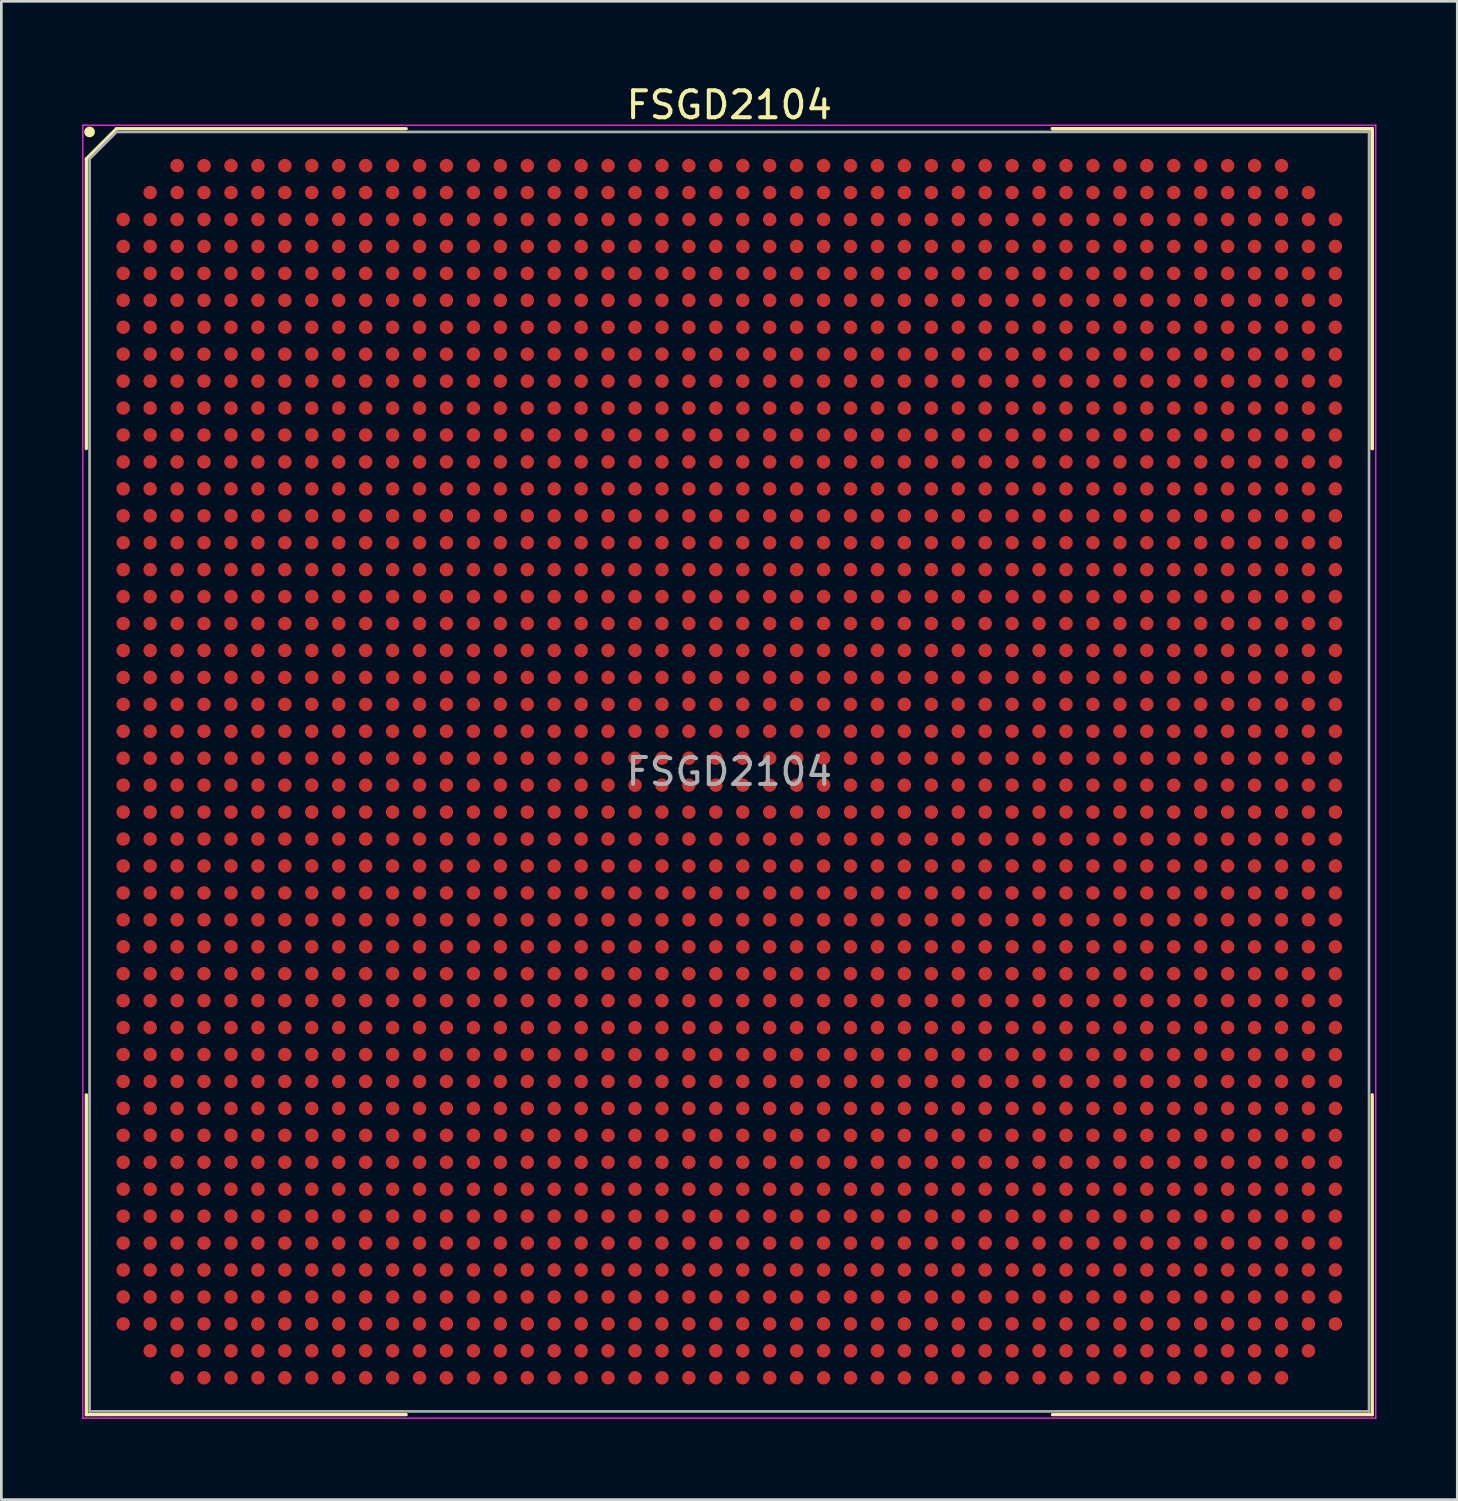
<source format=kicad_pcb>
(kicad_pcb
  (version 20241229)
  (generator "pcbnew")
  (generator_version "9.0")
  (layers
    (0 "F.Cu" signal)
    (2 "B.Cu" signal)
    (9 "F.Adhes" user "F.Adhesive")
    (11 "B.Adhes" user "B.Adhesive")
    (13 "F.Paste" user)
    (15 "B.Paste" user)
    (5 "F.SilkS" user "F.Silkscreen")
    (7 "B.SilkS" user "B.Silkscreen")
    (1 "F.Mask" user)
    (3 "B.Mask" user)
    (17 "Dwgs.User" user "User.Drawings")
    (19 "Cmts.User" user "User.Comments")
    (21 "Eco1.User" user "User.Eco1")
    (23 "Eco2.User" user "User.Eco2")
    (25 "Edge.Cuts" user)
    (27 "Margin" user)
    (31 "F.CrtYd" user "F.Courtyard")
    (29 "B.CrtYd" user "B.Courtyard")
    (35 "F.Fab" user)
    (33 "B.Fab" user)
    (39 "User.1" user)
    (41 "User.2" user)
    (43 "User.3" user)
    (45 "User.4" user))
  (footprint "FSGD2104"
    (layer "F.Cu")
    (at 24.025 25.598)
    (property "Reference" "FSGD2104" (at 0 -24.75 0) (layer "F.SilkS") (effects (font (size 1 1) (thickness 0.15))))
    (attr smd)
    (fp_line (start -23.87 -22.75) (end -23.87 -11.995) (stroke (width 0.12) (type solid)) (layer "F.SilkS"))
    (fp_line (start -23.87 23.87) (end -23.87 11.995) (stroke (width 0.12) (type solid)) (layer "F.SilkS"))
    (fp_line (start -22.75 -23.87) (end -23.87 -22.75) (stroke (width 0.12) (type solid)) (layer "F.SilkS"))
    (fp_line (start -11.995 -23.87) (end -22.75 -23.87) (stroke (width 0.12) (type solid)) (layer "F.SilkS"))
    (fp_line (start -11.995 23.87) (end -23.87 23.87) (stroke (width 0.12) (type solid)) (layer "F.SilkS"))
    (fp_line (start 11.995 -23.87) (end 23.87 -23.87) (stroke (width 0.12) (type solid)) (layer "F.SilkS"))
    (fp_line (start 11.995 -23.87) (end 23.87 -23.87) (stroke (width 0.12) (type solid)) (layer "F.SilkS"))
    (fp_line (start 11.995 -23.87) (end 23.87 -23.87) (stroke (width 0.12) (type solid)) (layer "F.SilkS"))
    (fp_line (start 11.995 23.87) (end 23.87 23.87) (stroke (width 0.12) (type solid)) (layer "F.SilkS"))
    (fp_line (start 23.87 -23.87) (end 23.87 -11.995) (stroke (width 0.12) (type solid)) (layer "F.SilkS"))
    (fp_line (start 23.87 -23.87) (end 23.87 -11.995) (stroke (width 0.12) (type solid)) (layer "F.SilkS"))
    (fp_line (start 23.87 -23.87) (end 23.87 -11.995) (stroke (width 0.12) (type solid)) (layer "F.SilkS"))
    (fp_line (start 23.87 23.87) (end 23.87 11.995) (stroke (width 0.12) (type solid)) (layer "F.SilkS"))
    (fp_circle (center -23.75 -23.75) (end -23.75 -23.65) (stroke (width 0.2) (type solid)) (fill no) (layer "F.SilkS"))
    (fp_line (start -24 -24) (end 24 -24) (stroke (width 0.05) (type solid)) (layer "F.CrtYd"))
    (fp_line (start -24 24) (end -24 -24) (stroke (width 0.05) (type solid)) (layer "F.CrtYd"))
    (fp_line (start 24 -24) (end 24 24) (stroke (width 0.05) (type solid)) (layer "F.CrtYd"))
    (fp_line (start 24 24) (end -24 24) (stroke (width 0.05) (type solid)) (layer "F.CrtYd"))
    (fp_line (start -23.75 -22.75) (end -23.75 23.75) (stroke (width 0.1) (type solid)) (layer "F.Fab"))
    (fp_line (start -23.75 23.75) (end 23.75 23.75) (stroke (width 0.1) (type solid)) (layer "F.Fab"))
    (fp_line (start -22.75 -23.75) (end -23.75 -22.75) (stroke (width 0.1) (type solid)) (layer "F.Fab"))
    (fp_line (start 23.75 -23.75) (end -22.75 -23.75) (stroke (width 0.1) (type solid)) (layer "F.Fab"))
    (fp_line (start 23.75 23.75) (end 23.75 -23.75) (stroke (width 0.1) (type solid)) (layer "F.Fab"))
    (fp_text user "${REFERENCE}" (at 0 0 0) (layer "F.Fab") (effects (font (size 1 1) (thickness 0.15))))
    (pad "A3" smd circle (at -20.5 -22.5) (size 0.5 0.5) (layers "F.Cu" "F.Mask" "F.Paste"))
    (pad "A4" smd circle (at -19.5 -22.5) (size 0.5 0.5) (layers "F.Cu" "F.Mask" "F.Paste"))
    (pad "A5" smd circle (at -18.5 -22.5) (size 0.5 0.5) (layers "F.Cu" "F.Mask" "F.Paste"))
    (pad "A6" smd circle (at -17.5 -22.5) (size 0.5 0.5) (layers "F.Cu" "F.Mask" "F.Paste"))
    (pad "A7" smd circle (at -16.5 -22.5) (size 0.5 0.5) (layers "F.Cu" "F.Mask" "F.Paste"))
    (pad "A8" smd circle (at -15.5 -22.5) (size 0.5 0.5) (layers "F.Cu" "F.Mask" "F.Paste"))
    (pad "A9" smd circle (at -14.5 -22.5) (size 0.5 0.5) (layers "F.Cu" "F.Mask" "F.Paste"))
    (pad "A10" smd circle (at -13.5 -22.5) (size 0.5 0.5) (layers "F.Cu" "F.Mask" "F.Paste"))
    (pad "A11" smd circle (at -12.5 -22.5) (size 0.5 0.5) (layers "F.Cu" "F.Mask" "F.Paste"))
    (pad "A12" smd circle (at -11.5 -22.5) (size 0.5 0.5) (layers "F.Cu" "F.Mask" "F.Paste"))
    (pad "A13" smd circle (at -10.5 -22.5) (size 0.5 0.5) (layers "F.Cu" "F.Mask" "F.Paste"))
    (pad "A14" smd circle (at -9.5 -22.5) (size 0.5 0.5) (layers "F.Cu" "F.Mask" "F.Paste"))
    (pad "A15" smd circle (at -8.5 -22.5) (size 0.5 0.5) (layers "F.Cu" "F.Mask" "F.Paste"))
    (pad "A16" smd circle (at -7.5 -22.5) (size 0.5 0.5) (layers "F.Cu" "F.Mask" "F.Paste"))
    (pad "A17" smd circle (at -6.5 -22.5) (size 0.5 0.5) (layers "F.Cu" "F.Mask" "F.Paste"))
    (pad "A18" smd circle (at -5.5 -22.5) (size 0.5 0.5) (layers "F.Cu" "F.Mask" "F.Paste"))
    (pad "A19" smd circle (at -4.5 -22.5) (size 0.5 0.5) (layers "F.Cu" "F.Mask" "F.Paste"))
    (pad "A20" smd circle (at -3.5 -22.5) (size 0.5 0.5) (layers "F.Cu" "F.Mask" "F.Paste"))
    (pad "A21" smd circle (at -2.5 -22.5) (size 0.5 0.5) (layers "F.Cu" "F.Mask" "F.Paste"))
    (pad "A22" smd circle (at -1.5 -22.5) (size 0.5 0.5) (layers "F.Cu" "F.Mask" "F.Paste"))
    (pad "A23" smd circle (at -0.5 -22.5) (size 0.5 0.5) (layers "F.Cu" "F.Mask" "F.Paste"))
    (pad "A24" smd circle (at 0.5 -22.5) (size 0.5 0.5) (layers "F.Cu" "F.Mask" "F.Paste"))
    (pad "A25" smd circle (at 1.5 -22.5) (size 0.5 0.5) (layers "F.Cu" "F.Mask" "F.Paste"))
    (pad "A26" smd circle (at 2.5 -22.5) (size 0.5 0.5) (layers "F.Cu" "F.Mask" "F.Paste"))
    (pad "A27" smd circle (at 3.5 -22.5) (size 0.5 0.5) (layers "F.Cu" "F.Mask" "F.Paste"))
    (pad "A28" smd circle (at 4.5 -22.5) (size 0.5 0.5) (layers "F.Cu" "F.Mask" "F.Paste"))
    (pad "A29" smd circle (at 5.5 -22.5) (size 0.5 0.5) (layers "F.Cu" "F.Mask" "F.Paste"))
    (pad "A30" smd circle (at 6.5 -22.5) (size 0.5 0.5) (layers "F.Cu" "F.Mask" "F.Paste"))
    (pad "A31" smd circle (at 7.5 -22.5) (size 0.5 0.5) (layers "F.Cu" "F.Mask" "F.Paste"))
    (pad "A32" smd circle (at 8.5 -22.5) (size 0.5 0.5) (layers "F.Cu" "F.Mask" "F.Paste"))
    (pad "A33" smd circle (at 9.5 -22.5) (size 0.5 0.5) (layers "F.Cu" "F.Mask" "F.Paste"))
    (pad "A34" smd circle (at 10.5 -22.5) (size 0.5 0.5) (layers "F.Cu" "F.Mask" "F.Paste"))
    (pad "A35" smd circle (at 11.5 -22.5) (size 0.5 0.5) (layers "F.Cu" "F.Mask" "F.Paste"))
    (pad "A36" smd circle (at 12.5 -22.5) (size 0.5 0.5) (layers "F.Cu" "F.Mask" "F.Paste"))
    (pad "A37" smd circle (at 13.5 -22.5) (size 0.5 0.5) (layers "F.Cu" "F.Mask" "F.Paste"))
    (pad "A38" smd circle (at 14.5 -22.5) (size 0.5 0.5) (layers "F.Cu" "F.Mask" "F.Paste"))
    (pad "A39" smd circle (at 15.5 -22.5) (size 0.5 0.5) (layers "F.Cu" "F.Mask" "F.Paste"))
    (pad "A40" smd circle (at 16.5 -22.5) (size 0.5 0.5) (layers "F.Cu" "F.Mask" "F.Paste"))
    (pad "A41" smd circle (at 17.5 -22.5) (size 0.5 0.5) (layers "F.Cu" "F.Mask" "F.Paste"))
    (pad "A42" smd circle (at 18.5 -22.5) (size 0.5 0.5) (layers "F.Cu" "F.Mask" "F.Paste"))
    (pad "A43" smd circle (at 19.5 -22.5) (size 0.5 0.5) (layers "F.Cu" "F.Mask" "F.Paste"))
    (pad "A44" smd circle (at 20.5 -22.5) (size 0.5 0.5) (layers "F.Cu" "F.Mask" "F.Paste"))
    (pad "AA1" smd circle (at -22.5 -2.5) (size 0.5 0.5) (layers "F.Cu" "F.Mask" "F.Paste"))
    (pad "AA2" smd circle (at -21.5 -2.5) (size 0.5 0.5) (layers "F.Cu" "F.Mask" "F.Paste"))
    (pad "AA3" smd circle (at -20.5 -2.5) (size 0.5 0.5) (layers "F.Cu" "F.Mask" "F.Paste"))
    (pad "AA4" smd circle (at -19.5 -2.5) (size 0.5 0.5) (layers "F.Cu" "F.Mask" "F.Paste"))
    (pad "AA5" smd circle (at -18.5 -2.5) (size 0.5 0.5) (layers "F.Cu" "F.Mask" "F.Paste"))
    (pad "AA6" smd circle (at -17.5 -2.5) (size 0.5 0.5) (layers "F.Cu" "F.Mask" "F.Paste"))
    (pad "AA7" smd circle (at -16.5 -2.5) (size 0.5 0.5) (layers "F.Cu" "F.Mask" "F.Paste"))
    (pad "AA8" smd circle (at -15.5 -2.5) (size 0.5 0.5) (layers "F.Cu" "F.Mask" "F.Paste"))
    (pad "AA9" smd circle (at -14.5 -2.5) (size 0.5 0.5) (layers "F.Cu" "F.Mask" "F.Paste"))
    (pad "AA10" smd circle (at -13.5 -2.5) (size 0.5 0.5) (layers "F.Cu" "F.Mask" "F.Paste"))
    (pad "AA11" smd circle (at -12.5 -2.5) (size 0.5 0.5) (layers "F.Cu" "F.Mask" "F.Paste"))
    (pad "AA12" smd circle (at -11.5 -2.5) (size 0.5 0.5) (layers "F.Cu" "F.Mask" "F.Paste"))
    (pad "AA13" smd circle (at -10.5 -2.5) (size 0.5 0.5) (layers "F.Cu" "F.Mask" "F.Paste"))
    (pad "AA14" smd circle (at -9.5 -2.5) (size 0.5 0.5) (layers "F.Cu" "F.Mask" "F.Paste"))
    (pad "AA15" smd circle (at -8.5 -2.5) (size 0.5 0.5) (layers "F.Cu" "F.Mask" "F.Paste"))
    (pad "AA16" smd circle (at -7.5 -2.5) (size 0.5 0.5) (layers "F.Cu" "F.Mask" "F.Paste"))
    (pad "AA17" smd circle (at -6.5 -2.5) (size 0.5 0.5) (layers "F.Cu" "F.Mask" "F.Paste"))
    (pad "AA18" smd circle (at -5.5 -2.5) (size 0.5 0.5) (layers "F.Cu" "F.Mask" "F.Paste"))
    (pad "AA19" smd circle (at -4.5 -2.5) (size 0.5 0.5) (layers "F.Cu" "F.Mask" "F.Paste"))
    (pad "AA20" smd circle (at -3.5 -2.5) (size 0.5 0.5) (layers "F.Cu" "F.Mask" "F.Paste"))
    (pad "AA21" smd circle (at -2.5 -2.5) (size 0.5 0.5) (layers "F.Cu" "F.Mask" "F.Paste"))
    (pad "AA22" smd circle (at -1.5 -2.5) (size 0.5 0.5) (layers "F.Cu" "F.Mask" "F.Paste"))
    (pad "AA23" smd circle (at -0.5 -2.5) (size 0.5 0.5) (layers "F.Cu" "F.Mask" "F.Paste"))
    (pad "AA24" smd circle (at 0.5 -2.5) (size 0.5 0.5) (layers "F.Cu" "F.Mask" "F.Paste"))
    (pad "AA25" smd circle (at 1.5 -2.5) (size 0.5 0.5) (layers "F.Cu" "F.Mask" "F.Paste"))
    (pad "AA26" smd circle (at 2.5 -2.5) (size 0.5 0.5) (layers "F.Cu" "F.Mask" "F.Paste"))
    (pad "AA27" smd circle (at 3.5 -2.5) (size 0.5 0.5) (layers "F.Cu" "F.Mask" "F.Paste"))
    (pad "AA28" smd circle (at 4.5 -2.5) (size 0.5 0.5) (layers "F.Cu" "F.Mask" "F.Paste"))
    (pad "AA29" smd circle (at 5.5 -2.5) (size 0.5 0.5) (layers "F.Cu" "F.Mask" "F.Paste"))
    (pad "AA30" smd circle (at 6.5 -2.5) (size 0.5 0.5) (layers "F.Cu" "F.Mask" "F.Paste"))
    (pad "AA31" smd circle (at 7.5 -2.5) (size 0.5 0.5) (layers "F.Cu" "F.Mask" "F.Paste"))
    (pad "AA32" smd circle (at 8.5 -2.5) (size 0.5 0.5) (layers "F.Cu" "F.Mask" "F.Paste"))
    (pad "AA33" smd circle (at 9.5 -2.5) (size 0.5 0.5) (layers "F.Cu" "F.Mask" "F.Paste"))
    (pad "AA34" smd circle (at 10.5 -2.5) (size 0.5 0.5) (layers "F.Cu" "F.Mask" "F.Paste"))
    (pad "AA35" smd circle (at 11.5 -2.5) (size 0.5 0.5) (layers "F.Cu" "F.Mask" "F.Paste"))
    (pad "AA36" smd circle (at 12.5 -2.5) (size 0.5 0.5) (layers "F.Cu" "F.Mask" "F.Paste"))
    (pad "AA37" smd circle (at 13.5 -2.5) (size 0.5 0.5) (layers "F.Cu" "F.Mask" "F.Paste"))
    (pad "AA38" smd circle (at 14.5 -2.5) (size 0.5 0.5) (layers "F.Cu" "F.Mask" "F.Paste"))
    (pad "AA39" smd circle (at 15.5 -2.5) (size 0.5 0.5) (layers "F.Cu" "F.Mask" "F.Paste"))
    (pad "AA40" smd circle (at 16.5 -2.5) (size 0.5 0.5) (layers "F.Cu" "F.Mask" "F.Paste"))
    (pad "AA41" smd circle (at 17.5 -2.5) (size 0.5 0.5) (layers "F.Cu" "F.Mask" "F.Paste"))
    (pad "AA42" smd circle (at 18.5 -2.5) (size 0.5 0.5) (layers "F.Cu" "F.Mask" "F.Paste"))
    (pad "AA43" smd circle (at 19.5 -2.5) (size 0.5 0.5) (layers "F.Cu" "F.Mask" "F.Paste"))
    (pad "AA44" smd circle (at 20.5 -2.5) (size 0.5 0.5) (layers "F.Cu" "F.Mask" "F.Paste"))
    (pad "AA45" smd circle (at 21.5 -2.5) (size 0.5 0.5) (layers "F.Cu" "F.Mask" "F.Paste"))
    (pad "AA46" smd circle (at 22.5 -2.5) (size 0.5 0.5) (layers "F.Cu" "F.Mask" "F.Paste"))
    (pad "AB1" smd circle (at -22.5 -1.5) (size 0.5 0.5) (layers "F.Cu" "F.Mask" "F.Paste"))
    (pad "AB2" smd circle (at -21.5 -1.5) (size 0.5 0.5) (layers "F.Cu" "F.Mask" "F.Paste"))
    (pad "AB3" smd circle (at -20.5 -1.5) (size 0.5 0.5) (layers "F.Cu" "F.Mask" "F.Paste"))
    (pad "AB4" smd circle (at -19.5 -1.5) (size 0.5 0.5) (layers "F.Cu" "F.Mask" "F.Paste"))
    (pad "AB5" smd circle (at -18.5 -1.5) (size 0.5 0.5) (layers "F.Cu" "F.Mask" "F.Paste"))
    (pad "AB6" smd circle (at -17.5 -1.5) (size 0.5 0.5) (layers "F.Cu" "F.Mask" "F.Paste"))
    (pad "AB7" smd circle (at -16.5 -1.5) (size 0.5 0.5) (layers "F.Cu" "F.Mask" "F.Paste"))
    (pad "AB8" smd circle (at -15.5 -1.5) (size 0.5 0.5) (layers "F.Cu" "F.Mask" "F.Paste"))
    (pad "AB9" smd circle (at -14.5 -1.5) (size 0.5 0.5) (layers "F.Cu" "F.Mask" "F.Paste"))
    (pad "AB10" smd circle (at -13.5 -1.5) (size 0.5 0.5) (layers "F.Cu" "F.Mask" "F.Paste"))
    (pad "AB11" smd circle (at -12.5 -1.5) (size 0.5 0.5) (layers "F.Cu" "F.Mask" "F.Paste"))
    (pad "AB12" smd circle (at -11.5 -1.5) (size 0.5 0.5) (layers "F.Cu" "F.Mask" "F.Paste"))
    (pad "AB13" smd circle (at -10.5 -1.5) (size 0.5 0.5) (layers "F.Cu" "F.Mask" "F.Paste"))
    (pad "AB14" smd circle (at -9.5 -1.5) (size 0.5 0.5) (layers "F.Cu" "F.Mask" "F.Paste"))
    (pad "AB15" smd circle (at -8.5 -1.5) (size 0.5 0.5) (layers "F.Cu" "F.Mask" "F.Paste"))
    (pad "AB16" smd circle (at -7.5 -1.5) (size 0.5 0.5) (layers "F.Cu" "F.Mask" "F.Paste"))
    (pad "AB17" smd circle (at -6.5 -1.5) (size 0.5 0.5) (layers "F.Cu" "F.Mask" "F.Paste"))
    (pad "AB18" smd circle (at -5.5 -1.5) (size 0.5 0.5) (layers "F.Cu" "F.Mask" "F.Paste"))
    (pad "AB19" smd circle (at -4.5 -1.5) (size 0.5 0.5) (layers "F.Cu" "F.Mask" "F.Paste"))
    (pad "AB20" smd circle (at -3.5 -1.5) (size 0.5 0.5) (layers "F.Cu" "F.Mask" "F.Paste"))
    (pad "AB21" smd circle (at -2.5 -1.5) (size 0.5 0.5) (layers "F.Cu" "F.Mask" "F.Paste"))
    (pad "AB22" smd circle (at -1.5 -1.5) (size 0.5 0.5) (layers "F.Cu" "F.Mask" "F.Paste"))
    (pad "AB23" smd circle (at -0.5 -1.5) (size 0.5 0.5) (layers "F.Cu" "F.Mask" "F.Paste"))
    (pad "AB24" smd circle (at 0.5 -1.5) (size 0.5 0.5) (layers "F.Cu" "F.Mask" "F.Paste"))
    (pad "AB25" smd circle (at 1.5 -1.5) (size 0.5 0.5) (layers "F.Cu" "F.Mask" "F.Paste"))
    (pad "AB26" smd circle (at 2.5 -1.5) (size 0.5 0.5) (layers "F.Cu" "F.Mask" "F.Paste"))
    (pad "AB27" smd circle (at 3.5 -1.5) (size 0.5 0.5) (layers "F.Cu" "F.Mask" "F.Paste"))
    (pad "AB28" smd circle (at 4.5 -1.5) (size 0.5 0.5) (layers "F.Cu" "F.Mask" "F.Paste"))
    (pad "AB29" smd circle (at 5.5 -1.5) (size 0.5 0.5) (layers "F.Cu" "F.Mask" "F.Paste"))
    (pad "AB30" smd circle (at 6.5 -1.5) (size 0.5 0.5) (layers "F.Cu" "F.Mask" "F.Paste"))
    (pad "AB31" smd circle (at 7.5 -1.5) (size 0.5 0.5) (layers "F.Cu" "F.Mask" "F.Paste"))
    (pad "AB32" smd circle (at 8.5 -1.5) (size 0.5 0.5) (layers "F.Cu" "F.Mask" "F.Paste"))
    (pad "AB33" smd circle (at 9.5 -1.5) (size 0.5 0.5) (layers "F.Cu" "F.Mask" "F.Paste"))
    (pad "AB34" smd circle (at 10.5 -1.5) (size 0.5 0.5) (layers "F.Cu" "F.Mask" "F.Paste"))
    (pad "AB35" smd circle (at 11.5 -1.5) (size 0.5 0.5) (layers "F.Cu" "F.Mask" "F.Paste"))
    (pad "AB36" smd circle (at 12.5 -1.5) (size 0.5 0.5) (layers "F.Cu" "F.Mask" "F.Paste"))
    (pad "AB37" smd circle (at 13.5 -1.5) (size 0.5 0.5) (layers "F.Cu" "F.Mask" "F.Paste"))
    (pad "AB38" smd circle (at 14.5 -1.5) (size 0.5 0.5) (layers "F.Cu" "F.Mask" "F.Paste"))
    (pad "AB39" smd circle (at 15.5 -1.5) (size 0.5 0.5) (layers "F.Cu" "F.Mask" "F.Paste"))
    (pad "AB40" smd circle (at 16.5 -1.5) (size 0.5 0.5) (layers "F.Cu" "F.Mask" "F.Paste"))
    (pad "AB41" smd circle (at 17.5 -1.5) (size 0.5 0.5) (layers "F.Cu" "F.Mask" "F.Paste"))
    (pad "AB42" smd circle (at 18.5 -1.5) (size 0.5 0.5) (layers "F.Cu" "F.Mask" "F.Paste"))
    (pad "AB43" smd circle (at 19.5 -1.5) (size 0.5 0.5) (layers "F.Cu" "F.Mask" "F.Paste"))
    (pad "AB44" smd circle (at 20.5 -1.5) (size 0.5 0.5) (layers "F.Cu" "F.Mask" "F.Paste"))
    (pad "AB45" smd circle (at 21.5 -1.5) (size 0.5 0.5) (layers "F.Cu" "F.Mask" "F.Paste"))
    (pad "AB46" smd circle (at 22.5 -1.5) (size 0.5 0.5) (layers "F.Cu" "F.Mask" "F.Paste"))
    (pad "AC1" smd circle (at -22.5 -0.5) (size 0.5 0.5) (layers "F.Cu" "F.Mask" "F.Paste"))
    (pad "AC2" smd circle (at -21.5 -0.5) (size 0.5 0.5) (layers "F.Cu" "F.Mask" "F.Paste"))
    (pad "AC3" smd circle (at -20.5 -0.5) (size 0.5 0.5) (layers "F.Cu" "F.Mask" "F.Paste"))
    (pad "AC4" smd circle (at -19.5 -0.5) (size 0.5 0.5) (layers "F.Cu" "F.Mask" "F.Paste"))
    (pad "AC5" smd circle (at -18.5 -0.5) (size 0.5 0.5) (layers "F.Cu" "F.Mask" "F.Paste"))
    (pad "AC6" smd circle (at -17.5 -0.5) (size 0.5 0.5) (layers "F.Cu" "F.Mask" "F.Paste"))
    (pad "AC7" smd circle (at -16.5 -0.5) (size 0.5 0.5) (layers "F.Cu" "F.Mask" "F.Paste"))
    (pad "AC8" smd circle (at -15.5 -0.5) (size 0.5 0.5) (layers "F.Cu" "F.Mask" "F.Paste"))
    (pad "AC9" smd circle (at -14.5 -0.5) (size 0.5 0.5) (layers "F.Cu" "F.Mask" "F.Paste"))
    (pad "AC10" smd circle (at -13.5 -0.5) (size 0.5 0.5) (layers "F.Cu" "F.Mask" "F.Paste"))
    (pad "AC11" smd circle (at -12.5 -0.5) (size 0.5 0.5) (layers "F.Cu" "F.Mask" "F.Paste"))
    (pad "AC12" smd circle (at -11.5 -0.5) (size 0.5 0.5) (layers "F.Cu" "F.Mask" "F.Paste"))
    (pad "AC13" smd circle (at -10.5 -0.5) (size 0.5 0.5) (layers "F.Cu" "F.Mask" "F.Paste"))
    (pad "AC14" smd circle (at -9.5 -0.5) (size 0.5 0.5) (layers "F.Cu" "F.Mask" "F.Paste"))
    (pad "AC15" smd circle (at -8.5 -0.5) (size 0.5 0.5) (layers "F.Cu" "F.Mask" "F.Paste"))
    (pad "AC16" smd circle (at -7.5 -0.5) (size 0.5 0.5) (layers "F.Cu" "F.Mask" "F.Paste"))
    (pad "AC17" smd circle (at -6.5 -0.5) (size 0.5 0.5) (layers "F.Cu" "F.Mask" "F.Paste"))
    (pad "AC18" smd circle (at -5.5 -0.5) (size 0.5 0.5) (layers "F.Cu" "F.Mask" "F.Paste"))
    (pad "AC19" smd circle (at -4.5 -0.5) (size 0.5 0.5) (layers "F.Cu" "F.Mask" "F.Paste"))
    (pad "AC20" smd circle (at -3.5 -0.5) (size 0.5 0.5) (layers "F.Cu" "F.Mask" "F.Paste"))
    (pad "AC21" smd circle (at -2.5 -0.5) (size 0.5 0.5) (layers "F.Cu" "F.Mask" "F.Paste"))
    (pad "AC22" smd circle (at -1.5 -0.5) (size 0.5 0.5) (layers "F.Cu" "F.Mask" "F.Paste"))
    (pad "AC23" smd circle (at -0.5 -0.5) (size 0.5 0.5) (layers "F.Cu" "F.Mask" "F.Paste"))
    (pad "AC24" smd circle (at 0.5 -0.5) (size 0.5 0.5) (layers "F.Cu" "F.Mask" "F.Paste"))
    (pad "AC25" smd circle (at 1.5 -0.5) (size 0.5 0.5) (layers "F.Cu" "F.Mask" "F.Paste"))
    (pad "AC26" smd circle (at 2.5 -0.5) (size 0.5 0.5) (layers "F.Cu" "F.Mask" "F.Paste"))
    (pad "AC27" smd circle (at 3.5 -0.5) (size 0.5 0.5) (layers "F.Cu" "F.Mask" "F.Paste"))
    (pad "AC28" smd circle (at 4.5 -0.5) (size 0.5 0.5) (layers "F.Cu" "F.Mask" "F.Paste"))
    (pad "AC29" smd circle (at 5.5 -0.5) (size 0.5 0.5) (layers "F.Cu" "F.Mask" "F.Paste"))
    (pad "AC30" smd circle (at 6.5 -0.5) (size 0.5 0.5) (layers "F.Cu" "F.Mask" "F.Paste"))
    (pad "AC31" smd circle (at 7.5 -0.5) (size 0.5 0.5) (layers "F.Cu" "F.Mask" "F.Paste"))
    (pad "AC32" smd circle (at 8.5 -0.5) (size 0.5 0.5) (layers "F.Cu" "F.Mask" "F.Paste"))
    (pad "AC33" smd circle (at 9.5 -0.5) (size 0.5 0.5) (layers "F.Cu" "F.Mask" "F.Paste"))
    (pad "AC34" smd circle (at 10.5 -0.5) (size 0.5 0.5) (layers "F.Cu" "F.Mask" "F.Paste"))
    (pad "AC35" smd circle (at 11.5 -0.5) (size 0.5 0.5) (layers "F.Cu" "F.Mask" "F.Paste"))
    (pad "AC36" smd circle (at 12.5 -0.5) (size 0.5 0.5) (layers "F.Cu" "F.Mask" "F.Paste"))
    (pad "AC37" smd circle (at 13.5 -0.5) (size 0.5 0.5) (layers "F.Cu" "F.Mask" "F.Paste"))
    (pad "AC38" smd circle (at 14.5 -0.5) (size 0.5 0.5) (layers "F.Cu" "F.Mask" "F.Paste"))
    (pad "AC39" smd circle (at 15.5 -0.5) (size 0.5 0.5) (layers "F.Cu" "F.Mask" "F.Paste"))
    (pad "AC40" smd circle (at 16.5 -0.5) (size 0.5 0.5) (layers "F.Cu" "F.Mask" "F.Paste"))
    (pad "AC41" smd circle (at 17.5 -0.5) (size 0.5 0.5) (layers "F.Cu" "F.Mask" "F.Paste"))
    (pad "AC42" smd circle (at 18.5 -0.5) (size 0.5 0.5) (layers "F.Cu" "F.Mask" "F.Paste"))
    (pad "AC43" smd circle (at 19.5 -0.5) (size 0.5 0.5) (layers "F.Cu" "F.Mask" "F.Paste"))
    (pad "AC44" smd circle (at 20.5 -0.5) (size 0.5 0.5) (layers "F.Cu" "F.Mask" "F.Paste"))
    (pad "AC45" smd circle (at 21.5 -0.5) (size 0.5 0.5) (layers "F.Cu" "F.Mask" "F.Paste"))
    (pad "AC46" smd circle (at 22.5 -0.5) (size 0.5 0.5) (layers "F.Cu" "F.Mask" "F.Paste"))
    (pad "AD1" smd circle (at -22.5 0.5) (size 0.5 0.5) (layers "F.Cu" "F.Mask" "F.Paste"))
    (pad "AD2" smd circle (at -21.5 0.5) (size 0.5 0.5) (layers "F.Cu" "F.Mask" "F.Paste"))
    (pad "AD3" smd circle (at -20.5 0.5) (size 0.5 0.5) (layers "F.Cu" "F.Mask" "F.Paste"))
    (pad "AD4" smd circle (at -19.5 0.5) (size 0.5 0.5) (layers "F.Cu" "F.Mask" "F.Paste"))
    (pad "AD5" smd circle (at -18.5 0.5) (size 0.5 0.5) (layers "F.Cu" "F.Mask" "F.Paste"))
    (pad "AD6" smd circle (at -17.5 0.5) (size 0.5 0.5) (layers "F.Cu" "F.Mask" "F.Paste"))
    (pad "AD7" smd circle (at -16.5 0.5) (size 0.5 0.5) (layers "F.Cu" "F.Mask" "F.Paste"))
    (pad "AD8" smd circle (at -15.5 0.5) (size 0.5 0.5) (layers "F.Cu" "F.Mask" "F.Paste"))
    (pad "AD9" smd circle (at -14.5 0.5) (size 0.5 0.5) (layers "F.Cu" "F.Mask" "F.Paste"))
    (pad "AD10" smd circle (at -13.5 0.5) (size 0.5 0.5) (layers "F.Cu" "F.Mask" "F.Paste"))
    (pad "AD11" smd circle (at -12.5 0.5) (size 0.5 0.5) (layers "F.Cu" "F.Mask" "F.Paste"))
    (pad "AD12" smd circle (at -11.5 0.5) (size 0.5 0.5) (layers "F.Cu" "F.Mask" "F.Paste"))
    (pad "AD13" smd circle (at -10.5 0.5) (size 0.5 0.5) (layers "F.Cu" "F.Mask" "F.Paste"))
    (pad "AD14" smd circle (at -9.5 0.5) (size 0.5 0.5) (layers "F.Cu" "F.Mask" "F.Paste"))
    (pad "AD15" smd circle (at -8.5 0.5) (size 0.5 0.5) (layers "F.Cu" "F.Mask" "F.Paste"))
    (pad "AD16" smd circle (at -7.5 0.5) (size 0.5 0.5) (layers "F.Cu" "F.Mask" "F.Paste"))
    (pad "AD17" smd circle (at -6.5 0.5) (size 0.5 0.5) (layers "F.Cu" "F.Mask" "F.Paste"))
    (pad "AD18" smd circle (at -5.5 0.5) (size 0.5 0.5) (layers "F.Cu" "F.Mask" "F.Paste"))
    (pad "AD19" smd circle (at -4.5 0.5) (size 0.5 0.5) (layers "F.Cu" "F.Mask" "F.Paste"))
    (pad "AD20" smd circle (at -3.5 0.5) (size 0.5 0.5) (layers "F.Cu" "F.Mask" "F.Paste"))
    (pad "AD21" smd circle (at -2.5 0.5) (size 0.5 0.5) (layers "F.Cu" "F.Mask" "F.Paste"))
    (pad "AD22" smd circle (at -1.5 0.5) (size 0.5 0.5) (layers "F.Cu" "F.Mask" "F.Paste"))
    (pad "AD23" smd circle (at -0.5 0.5) (size 0.5 0.5) (layers "F.Cu" "F.Mask" "F.Paste"))
    (pad "AD24" smd circle (at 0.5 0.5) (size 0.5 0.5) (layers "F.Cu" "F.Mask" "F.Paste"))
    (pad "AD25" smd circle (at 1.5 0.5) (size 0.5 0.5) (layers "F.Cu" "F.Mask" "F.Paste"))
    (pad "AD26" smd circle (at 2.5 0.5) (size 0.5 0.5) (layers "F.Cu" "F.Mask" "F.Paste"))
    (pad "AD27" smd circle (at 3.5 0.5) (size 0.5 0.5) (layers "F.Cu" "F.Mask" "F.Paste"))
    (pad "AD28" smd circle (at 4.5 0.5) (size 0.5 0.5) (layers "F.Cu" "F.Mask" "F.Paste"))
    (pad "AD29" smd circle (at 5.5 0.5) (size 0.5 0.5) (layers "F.Cu" "F.Mask" "F.Paste"))
    (pad "AD30" smd circle (at 6.5 0.5) (size 0.5 0.5) (layers "F.Cu" "F.Mask" "F.Paste"))
    (pad "AD31" smd circle (at 7.5 0.5) (size 0.5 0.5) (layers "F.Cu" "F.Mask" "F.Paste"))
    (pad "AD32" smd circle (at 8.5 0.5) (size 0.5 0.5) (layers "F.Cu" "F.Mask" "F.Paste"))
    (pad "AD33" smd circle (at 9.5 0.5) (size 0.5 0.5) (layers "F.Cu" "F.Mask" "F.Paste"))
    (pad "AD34" smd circle (at 10.5 0.5) (size 0.5 0.5) (layers "F.Cu" "F.Mask" "F.Paste"))
    (pad "AD35" smd circle (at 11.5 0.5) (size 0.5 0.5) (layers "F.Cu" "F.Mask" "F.Paste"))
    (pad "AD36" smd circle (at 12.5 0.5) (size 0.5 0.5) (layers "F.Cu" "F.Mask" "F.Paste"))
    (pad "AD37" smd circle (at 13.5 0.5) (size 0.5 0.5) (layers "F.Cu" "F.Mask" "F.Paste"))
    (pad "AD38" smd circle (at 14.5 0.5) (size 0.5 0.5) (layers "F.Cu" "F.Mask" "F.Paste"))
    (pad "AD39" smd circle (at 15.5 0.5) (size 0.5 0.5) (layers "F.Cu" "F.Mask" "F.Paste"))
    (pad "AD40" smd circle (at 16.5 0.5) (size 0.5 0.5) (layers "F.Cu" "F.Mask" "F.Paste"))
    (pad "AD41" smd circle (at 17.5 0.5) (size 0.5 0.5) (layers "F.Cu" "F.Mask" "F.Paste"))
    (pad "AD42" smd circle (at 18.5 0.5) (size 0.5 0.5) (layers "F.Cu" "F.Mask" "F.Paste"))
    (pad "AD43" smd circle (at 19.5 0.5) (size 0.5 0.5) (layers "F.Cu" "F.Mask" "F.Paste"))
    (pad "AD44" smd circle (at 20.5 0.5) (size 0.5 0.5) (layers "F.Cu" "F.Mask" "F.Paste"))
    (pad "AD45" smd circle (at 21.5 0.5) (size 0.5 0.5) (layers "F.Cu" "F.Mask" "F.Paste"))
    (pad "AD46" smd circle (at 22.5 0.5) (size 0.5 0.5) (layers "F.Cu" "F.Mask" "F.Paste"))
    (pad "AE1" smd circle (at -22.5 1.5) (size 0.5 0.5) (layers "F.Cu" "F.Mask" "F.Paste"))
    (pad "AE2" smd circle (at -21.5 1.5) (size 0.5 0.5) (layers "F.Cu" "F.Mask" "F.Paste"))
    (pad "AE3" smd circle (at -20.5 1.5) (size 0.5 0.5) (layers "F.Cu" "F.Mask" "F.Paste"))
    (pad "AE4" smd circle (at -19.5 1.5) (size 0.5 0.5) (layers "F.Cu" "F.Mask" "F.Paste"))
    (pad "AE5" smd circle (at -18.5 1.5) (size 0.5 0.5) (layers "F.Cu" "F.Mask" "F.Paste"))
    (pad "AE6" smd circle (at -17.5 1.5) (size 0.5 0.5) (layers "F.Cu" "F.Mask" "F.Paste"))
    (pad "AE7" smd circle (at -16.5 1.5) (size 0.5 0.5) (layers "F.Cu" "F.Mask" "F.Paste"))
    (pad "AE8" smd circle (at -15.5 1.5) (size 0.5 0.5) (layers "F.Cu" "F.Mask" "F.Paste"))
    (pad "AE9" smd circle (at -14.5 1.5) (size 0.5 0.5) (layers "F.Cu" "F.Mask" "F.Paste"))
    (pad "AE10" smd circle (at -13.5 1.5) (size 0.5 0.5) (layers "F.Cu" "F.Mask" "F.Paste"))
    (pad "AE11" smd circle (at -12.5 1.5) (size 0.5 0.5) (layers "F.Cu" "F.Mask" "F.Paste"))
    (pad "AE12" smd circle (at -11.5 1.5) (size 0.5 0.5) (layers "F.Cu" "F.Mask" "F.Paste"))
    (pad "AE13" smd circle (at -10.5 1.5) (size 0.5 0.5) (layers "F.Cu" "F.Mask" "F.Paste"))
    (pad "AE14" smd circle (at -9.5 1.5) (size 0.5 0.5) (layers "F.Cu" "F.Mask" "F.Paste"))
    (pad "AE15" smd circle (at -8.5 1.5) (size 0.5 0.5) (layers "F.Cu" "F.Mask" "F.Paste"))
    (pad "AE16" smd circle (at -7.5 1.5) (size 0.5 0.5) (layers "F.Cu" "F.Mask" "F.Paste"))
    (pad "AE17" smd circle (at -6.5 1.5) (size 0.5 0.5) (layers "F.Cu" "F.Mask" "F.Paste"))
    (pad "AE18" smd circle (at -5.5 1.5) (size 0.5 0.5) (layers "F.Cu" "F.Mask" "F.Paste"))
    (pad "AE19" smd circle (at -4.5 1.5) (size 0.5 0.5) (layers "F.Cu" "F.Mask" "F.Paste"))
    (pad "AE20" smd circle (at -3.5 1.5) (size 0.5 0.5) (layers "F.Cu" "F.Mask" "F.Paste"))
    (pad "AE21" smd circle (at -2.5 1.5) (size 0.5 0.5) (layers "F.Cu" "F.Mask" "F.Paste"))
    (pad "AE22" smd circle (at -1.5 1.5) (size 0.5 0.5) (layers "F.Cu" "F.Mask" "F.Paste"))
    (pad "AE23" smd circle (at -0.5 1.5) (size 0.5 0.5) (layers "F.Cu" "F.Mask" "F.Paste"))
    (pad "AE24" smd circle (at 0.5 1.5) (size 0.5 0.5) (layers "F.Cu" "F.Mask" "F.Paste"))
    (pad "AE25" smd circle (at 1.5 1.5) (size 0.5 0.5) (layers "F.Cu" "F.Mask" "F.Paste"))
    (pad "AE26" smd circle (at 2.5 1.5) (size 0.5 0.5) (layers "F.Cu" "F.Mask" "F.Paste"))
    (pad "AE27" smd circle (at 3.5 1.5) (size 0.5 0.5) (layers "F.Cu" "F.Mask" "F.Paste"))
    (pad "AE28" smd circle (at 4.5 1.5) (size 0.5 0.5) (layers "F.Cu" "F.Mask" "F.Paste"))
    (pad "AE29" smd circle (at 5.5 1.5) (size 0.5 0.5) (layers "F.Cu" "F.Mask" "F.Paste"))
    (pad "AE30" smd circle (at 6.5 1.5) (size 0.5 0.5) (layers "F.Cu" "F.Mask" "F.Paste"))
    (pad "AE31" smd circle (at 7.5 1.5) (size 0.5 0.5) (layers "F.Cu" "F.Mask" "F.Paste"))
    (pad "AE32" smd circle (at 8.5 1.5) (size 0.5 0.5) (layers "F.Cu" "F.Mask" "F.Paste"))
    (pad "AE33" smd circle (at 9.5 1.5) (size 0.5 0.5) (layers "F.Cu" "F.Mask" "F.Paste"))
    (pad "AE34" smd circle (at 10.5 1.5) (size 0.5 0.5) (layers "F.Cu" "F.Mask" "F.Paste"))
    (pad "AE35" smd circle (at 11.5 1.5) (size 0.5 0.5) (layers "F.Cu" "F.Mask" "F.Paste"))
    (pad "AE36" smd circle (at 12.5 1.5) (size 0.5 0.5) (layers "F.Cu" "F.Mask" "F.Paste"))
    (pad "AE37" smd circle (at 13.5 1.5) (size 0.5 0.5) (layers "F.Cu" "F.Mask" "F.Paste"))
    (pad "AE38" smd circle (at 14.5 1.5) (size 0.5 0.5) (layers "F.Cu" "F.Mask" "F.Paste"))
    (pad "AE39" smd circle (at 15.5 1.5) (size 0.5 0.5) (layers "F.Cu" "F.Mask" "F.Paste"))
    (pad "AE40" smd circle (at 16.5 1.5) (size 0.5 0.5) (layers "F.Cu" "F.Mask" "F.Paste"))
    (pad "AE41" smd circle (at 17.5 1.5) (size 0.5 0.5) (layers "F.Cu" "F.Mask" "F.Paste"))
    (pad "AE42" smd circle (at 18.5 1.5) (size 0.5 0.5) (layers "F.Cu" "F.Mask" "F.Paste"))
    (pad "AE43" smd circle (at 19.5 1.5) (size 0.5 0.5) (layers "F.Cu" "F.Mask" "F.Paste"))
    (pad "AE44" smd circle (at 20.5 1.5) (size 0.5 0.5) (layers "F.Cu" "F.Mask" "F.Paste"))
    (pad "AE45" smd circle (at 21.5 1.5) (size 0.5 0.5) (layers "F.Cu" "F.Mask" "F.Paste"))
    (pad "AE46" smd circle (at 22.5 1.5) (size 0.5 0.5) (layers "F.Cu" "F.Mask" "F.Paste"))
    (pad "AF1" smd circle (at -22.5 2.5) (size 0.5 0.5) (layers "F.Cu" "F.Mask" "F.Paste"))
    (pad "AF2" smd circle (at -21.5 2.5) (size 0.5 0.5) (layers "F.Cu" "F.Mask" "F.Paste"))
    (pad "AF3" smd circle (at -20.5 2.5) (size 0.5 0.5) (layers "F.Cu" "F.Mask" "F.Paste"))
    (pad "AF4" smd circle (at -19.5 2.5) (size 0.5 0.5) (layers "F.Cu" "F.Mask" "F.Paste"))
    (pad "AF5" smd circle (at -18.5 2.5) (size 0.5 0.5) (layers "F.Cu" "F.Mask" "F.Paste"))
    (pad "AF6" smd circle (at -17.5 2.5) (size 0.5 0.5) (layers "F.Cu" "F.Mask" "F.Paste"))
    (pad "AF7" smd circle (at -16.5 2.5) (size 0.5 0.5) (layers "F.Cu" "F.Mask" "F.Paste"))
    (pad "AF8" smd circle (at -15.5 2.5) (size 0.5 0.5) (layers "F.Cu" "F.Mask" "F.Paste"))
    (pad "AF9" smd circle (at -14.5 2.5) (size 0.5 0.5) (layers "F.Cu" "F.Mask" "F.Paste"))
    (pad "AF10" smd circle (at -13.5 2.5) (size 0.5 0.5) (layers "F.Cu" "F.Mask" "F.Paste"))
    (pad "AF11" smd circle (at -12.5 2.5) (size 0.5 0.5) (layers "F.Cu" "F.Mask" "F.Paste"))
    (pad "AF12" smd circle (at -11.5 2.5) (size 0.5 0.5) (layers "F.Cu" "F.Mask" "F.Paste"))
    (pad "AF13" smd circle (at -10.5 2.5) (size 0.5 0.5) (layers "F.Cu" "F.Mask" "F.Paste"))
    (pad "AF14" smd circle (at -9.5 2.5) (size 0.5 0.5) (layers "F.Cu" "F.Mask" "F.Paste"))
    (pad "AF15" smd circle (at -8.5 2.5) (size 0.5 0.5) (layers "F.Cu" "F.Mask" "F.Paste"))
    (pad "AF16" smd circle (at -7.5 2.5) (size 0.5 0.5) (layers "F.Cu" "F.Mask" "F.Paste"))
    (pad "AF17" smd circle (at -6.5 2.5) (size 0.5 0.5) (layers "F.Cu" "F.Mask" "F.Paste"))
    (pad "AF18" smd circle (at -5.5 2.5) (size 0.5 0.5) (layers "F.Cu" "F.Mask" "F.Paste"))
    (pad "AF19" smd circle (at -4.5 2.5) (size 0.5 0.5) (layers "F.Cu" "F.Mask" "F.Paste"))
    (pad "AF20" smd circle (at -3.5 2.5) (size 0.5 0.5) (layers "F.Cu" "F.Mask" "F.Paste"))
    (pad "AF21" smd circle (at -2.5 2.5) (size 0.5 0.5) (layers "F.Cu" "F.Mask" "F.Paste"))
    (pad "AF22" smd circle (at -1.5 2.5) (size 0.5 0.5) (layers "F.Cu" "F.Mask" "F.Paste"))
    (pad "AF23" smd circle (at -0.5 2.5) (size 0.5 0.5) (layers "F.Cu" "F.Mask" "F.Paste"))
    (pad "AF24" smd circle (at 0.5 2.5) (size 0.5 0.5) (layers "F.Cu" "F.Mask" "F.Paste"))
    (pad "AF25" smd circle (at 1.5 2.5) (size 0.5 0.5) (layers "F.Cu" "F.Mask" "F.Paste"))
    (pad "AF26" smd circle (at 2.5 2.5) (size 0.5 0.5) (layers "F.Cu" "F.Mask" "F.Paste"))
    (pad "AF27" smd circle (at 3.5 2.5) (size 0.5 0.5) (layers "F.Cu" "F.Mask" "F.Paste"))
    (pad "AF28" smd circle (at 4.5 2.5) (size 0.5 0.5) (layers "F.Cu" "F.Mask" "F.Paste"))
    (pad "AF29" smd circle (at 5.5 2.5) (size 0.5 0.5) (layers "F.Cu" "F.Mask" "F.Paste"))
    (pad "AF30" smd circle (at 6.5 2.5) (size 0.5 0.5) (layers "F.Cu" "F.Mask" "F.Paste"))
    (pad "AF31" smd circle (at 7.5 2.5) (size 0.5 0.5) (layers "F.Cu" "F.Mask" "F.Paste"))
    (pad "AF32" smd circle (at 8.5 2.5) (size 0.5 0.5) (layers "F.Cu" "F.Mask" "F.Paste"))
    (pad "AF33" smd circle (at 9.5 2.5) (size 0.5 0.5) (layers "F.Cu" "F.Mask" "F.Paste"))
    (pad "AF34" smd circle (at 10.5 2.5) (size 0.5 0.5) (layers "F.Cu" "F.Mask" "F.Paste"))
    (pad "AF35" smd circle (at 11.5 2.5) (size 0.5 0.5) (layers "F.Cu" "F.Mask" "F.Paste"))
    (pad "AF36" smd circle (at 12.5 2.5) (size 0.5 0.5) (layers "F.Cu" "F.Mask" "F.Paste"))
    (pad "AF37" smd circle (at 13.5 2.5) (size 0.5 0.5) (layers "F.Cu" "F.Mask" "F.Paste"))
    (pad "AF38" smd circle (at 14.5 2.5) (size 0.5 0.5) (layers "F.Cu" "F.Mask" "F.Paste"))
    (pad "AF39" smd circle (at 15.5 2.5) (size 0.5 0.5) (layers "F.Cu" "F.Mask" "F.Paste"))
    (pad "AF40" smd circle (at 16.5 2.5) (size 0.5 0.5) (layers "F.Cu" "F.Mask" "F.Paste"))
    (pad "AF41" smd circle (at 17.5 2.5) (size 0.5 0.5) (layers "F.Cu" "F.Mask" "F.Paste"))
    (pad "AF42" smd circle (at 18.5 2.5) (size 0.5 0.5) (layers "F.Cu" "F.Mask" "F.Paste"))
    (pad "AF43" smd circle (at 19.5 2.5) (size 0.5 0.5) (layers "F.Cu" "F.Mask" "F.Paste"))
    (pad "AF44" smd circle (at 20.5 2.5) (size 0.5 0.5) (layers "F.Cu" "F.Mask" "F.Paste"))
    (pad "AF45" smd circle (at 21.5 2.5) (size 0.5 0.5) (layers "F.Cu" "F.Mask" "F.Paste"))
    (pad "AF46" smd circle (at 22.5 2.5) (size 0.5 0.5) (layers "F.Cu" "F.Mask" "F.Paste"))
    (pad "AG1" smd circle (at -22.5 3.5) (size 0.5 0.5) (layers "F.Cu" "F.Mask" "F.Paste"))
    (pad "AG2" smd circle (at -21.5 3.5) (size 0.5 0.5) (layers "F.Cu" "F.Mask" "F.Paste"))
    (pad "AG3" smd circle (at -20.5 3.5) (size 0.5 0.5) (layers "F.Cu" "F.Mask" "F.Paste"))
    (pad "AG4" smd circle (at -19.5 3.5) (size 0.5 0.5) (layers "F.Cu" "F.Mask" "F.Paste"))
    (pad "AG5" smd circle (at -18.5 3.5) (size 0.5 0.5) (layers "F.Cu" "F.Mask" "F.Paste"))
    (pad "AG6" smd circle (at -17.5 3.5) (size 0.5 0.5) (layers "F.Cu" "F.Mask" "F.Paste"))
    (pad "AG7" smd circle (at -16.5 3.5) (size 0.5 0.5) (layers "F.Cu" "F.Mask" "F.Paste"))
    (pad "AG8" smd circle (at -15.5 3.5) (size 0.5 0.5) (layers "F.Cu" "F.Mask" "F.Paste"))
    (pad "AG9" smd circle (at -14.5 3.5) (size 0.5 0.5) (layers "F.Cu" "F.Mask" "F.Paste"))
    (pad "AG10" smd circle (at -13.5 3.5) (size 0.5 0.5) (layers "F.Cu" "F.Mask" "F.Paste"))
    (pad "AG11" smd circle (at -12.5 3.5) (size 0.5 0.5) (layers "F.Cu" "F.Mask" "F.Paste"))
    (pad "AG12" smd circle (at -11.5 3.5) (size 0.5 0.5) (layers "F.Cu" "F.Mask" "F.Paste"))
    (pad "AG13" smd circle (at -10.5 3.5) (size 0.5 0.5) (layers "F.Cu" "F.Mask" "F.Paste"))
    (pad "AG14" smd circle (at -9.5 3.5) (size 0.5 0.5) (layers "F.Cu" "F.Mask" "F.Paste"))
    (pad "AG15" smd circle (at -8.5 3.5) (size 0.5 0.5) (layers "F.Cu" "F.Mask" "F.Paste"))
    (pad "AG16" smd circle (at -7.5 3.5) (size 0.5 0.5) (layers "F.Cu" "F.Mask" "F.Paste"))
    (pad "AG17" smd circle (at -6.5 3.5) (size 0.5 0.5) (layers "F.Cu" "F.Mask" "F.Paste"))
    (pad "AG18" smd circle (at -5.5 3.5) (size 0.5 0.5) (layers "F.Cu" "F.Mask" "F.Paste"))
    (pad "AG19" smd circle (at -4.5 3.5) (size 0.5 0.5) (layers "F.Cu" "F.Mask" "F.Paste"))
    (pad "AG20" smd circle (at -3.5 3.5) (size 0.5 0.5) (layers "F.Cu" "F.Mask" "F.Paste"))
    (pad "AG21" smd circle (at -2.5 3.5) (size 0.5 0.5) (layers "F.Cu" "F.Mask" "F.Paste"))
    (pad "AG22" smd circle (at -1.5 3.5) (size 0.5 0.5) (layers "F.Cu" "F.Mask" "F.Paste"))
    (pad "AG23" smd circle (at -0.5 3.5) (size 0.5 0.5) (layers "F.Cu" "F.Mask" "F.Paste"))
    (pad "AG24" smd circle (at 0.5 3.5) (size 0.5 0.5) (layers "F.Cu" "F.Mask" "F.Paste"))
    (pad "AG25" smd circle (at 1.5 3.5) (size 0.5 0.5) (layers "F.Cu" "F.Mask" "F.Paste"))
    (pad "AG26" smd circle (at 2.5 3.5) (size 0.5 0.5) (layers "F.Cu" "F.Mask" "F.Paste"))
    (pad "AG27" smd circle (at 3.5 3.5) (size 0.5 0.5) (layers "F.Cu" "F.Mask" "F.Paste"))
    (pad "AG28" smd circle (at 4.5 3.5) (size 0.5 0.5) (layers "F.Cu" "F.Mask" "F.Paste"))
    (pad "AG29" smd circle (at 5.5 3.5) (size 0.5 0.5) (layers "F.Cu" "F.Mask" "F.Paste"))
    (pad "AG30" smd circle (at 6.5 3.5) (size 0.5 0.5) (layers "F.Cu" "F.Mask" "F.Paste"))
    (pad "AG31" smd circle (at 7.5 3.5) (size 0.5 0.5) (layers "F.Cu" "F.Mask" "F.Paste"))
    (pad "AG32" smd circle (at 8.5 3.5) (size 0.5 0.5) (layers "F.Cu" "F.Mask" "F.Paste"))
    (pad "AG33" smd circle (at 9.5 3.5) (size 0.5 0.5) (layers "F.Cu" "F.Mask" "F.Paste"))
    (pad "AG34" smd circle (at 10.5 3.5) (size 0.5 0.5) (layers "F.Cu" "F.Mask" "F.Paste"))
    (pad "AG35" smd circle (at 11.5 3.5) (size 0.5 0.5) (layers "F.Cu" "F.Mask" "F.Paste"))
    (pad "AG36" smd circle (at 12.5 3.5) (size 0.5 0.5) (layers "F.Cu" "F.Mask" "F.Paste"))
    (pad "AG37" smd circle (at 13.5 3.5) (size 0.5 0.5) (layers "F.Cu" "F.Mask" "F.Paste"))
    (pad "AG38" smd circle (at 14.5 3.5) (size 0.5 0.5) (layers "F.Cu" "F.Mask" "F.Paste"))
    (pad "AG39" smd circle (at 15.5 3.5) (size 0.5 0.5) (layers "F.Cu" "F.Mask" "F.Paste"))
    (pad "AG40" smd circle (at 16.5 3.5) (size 0.5 0.5) (layers "F.Cu" "F.Mask" "F.Paste"))
    (pad "AG41" smd circle (at 17.5 3.5) (size 0.5 0.5) (layers "F.Cu" "F.Mask" "F.Paste"))
    (pad "AG42" smd circle (at 18.5 3.5) (size 0.5 0.5) (layers "F.Cu" "F.Mask" "F.Paste"))
    (pad "AG43" smd circle (at 19.5 3.5) (size 0.5 0.5) (layers "F.Cu" "F.Mask" "F.Paste"))
    (pad "AG44" smd circle (at 20.5 3.5) (size 0.5 0.5) (layers "F.Cu" "F.Mask" "F.Paste"))
    (pad "AG45" smd circle (at 21.5 3.5) (size 0.5 0.5) (layers "F.Cu" "F.Mask" "F.Paste"))
    (pad "AG46" smd circle (at 22.5 3.5) (size 0.5 0.5) (layers "F.Cu" "F.Mask" "F.Paste"))
    (pad "AH1" smd circle (at -22.5 4.5) (size 0.5 0.5) (layers "F.Cu" "F.Mask" "F.Paste"))
    (pad "AH2" smd circle (at -21.5 4.5) (size 0.5 0.5) (layers "F.Cu" "F.Mask" "F.Paste"))
    (pad "AH3" smd circle (at -20.5 4.5) (size 0.5 0.5) (layers "F.Cu" "F.Mask" "F.Paste"))
    (pad "AH4" smd circle (at -19.5 4.5) (size 0.5 0.5) (layers "F.Cu" "F.Mask" "F.Paste"))
    (pad "AH5" smd circle (at -18.5 4.5) (size 0.5 0.5) (layers "F.Cu" "F.Mask" "F.Paste"))
    (pad "AH6" smd circle (at -17.5 4.5) (size 0.5 0.5) (layers "F.Cu" "F.Mask" "F.Paste"))
    (pad "AH7" smd circle (at -16.5 4.5) (size 0.5 0.5) (layers "F.Cu" "F.Mask" "F.Paste"))
    (pad "AH8" smd circle (at -15.5 4.5) (size 0.5 0.5) (layers "F.Cu" "F.Mask" "F.Paste"))
    (pad "AH9" smd circle (at -14.5 4.5) (size 0.5 0.5) (layers "F.Cu" "F.Mask" "F.Paste"))
    (pad "AH10" smd circle (at -13.5 4.5) (size 0.5 0.5) (layers "F.Cu" "F.Mask" "F.Paste"))
    (pad "AH11" smd circle (at -12.5 4.5) (size 0.5 0.5) (layers "F.Cu" "F.Mask" "F.Paste"))
    (pad "AH12" smd circle (at -11.5 4.5) (size 0.5 0.5) (layers "F.Cu" "F.Mask" "F.Paste"))
    (pad "AH13" smd circle (at -10.5 4.5) (size 0.5 0.5) (layers "F.Cu" "F.Mask" "F.Paste"))
    (pad "AH14" smd circle (at -9.5 4.5) (size 0.5 0.5) (layers "F.Cu" "F.Mask" "F.Paste"))
    (pad "AH15" smd circle (at -8.5 4.5) (size 0.5 0.5) (layers "F.Cu" "F.Mask" "F.Paste"))
    (pad "AH16" smd circle (at -7.5 4.5) (size 0.5 0.5) (layers "F.Cu" "F.Mask" "F.Paste"))
    (pad "AH17" smd circle (at -6.5 4.5) (size 0.5 0.5) (layers "F.Cu" "F.Mask" "F.Paste"))
    (pad "AH18" smd circle (at -5.5 4.5) (size 0.5 0.5) (layers "F.Cu" "F.Mask" "F.Paste"))
    (pad "AH19" smd circle (at -4.5 4.5) (size 0.5 0.5) (layers "F.Cu" "F.Mask" "F.Paste"))
    (pad "AH20" smd circle (at -3.5 4.5) (size 0.5 0.5) (layers "F.Cu" "F.Mask" "F.Paste"))
    (pad "AH21" smd circle (at -2.5 4.5) (size 0.5 0.5) (layers "F.Cu" "F.Mask" "F.Paste"))
    (pad "AH22" smd circle (at -1.5 4.5) (size 0.5 0.5) (layers "F.Cu" "F.Mask" "F.Paste"))
    (pad "AH23" smd circle (at -0.5 4.5) (size 0.5 0.5) (layers "F.Cu" "F.Mask" "F.Paste"))
    (pad "AH24" smd circle (at 0.5 4.5) (size 0.5 0.5) (layers "F.Cu" "F.Mask" "F.Paste"))
    (pad "AH25" smd circle (at 1.5 4.5) (size 0.5 0.5) (layers "F.Cu" "F.Mask" "F.Paste"))
    (pad "AH26" smd circle (at 2.5 4.5) (size 0.5 0.5) (layers "F.Cu" "F.Mask" "F.Paste"))
    (pad "AH27" smd circle (at 3.5 4.5) (size 0.5 0.5) (layers "F.Cu" "F.Mask" "F.Paste"))
    (pad "AH28" smd circle (at 4.5 4.5) (size 0.5 0.5) (layers "F.Cu" "F.Mask" "F.Paste"))
    (pad "AH29" smd circle (at 5.5 4.5) (size 0.5 0.5) (layers "F.Cu" "F.Mask" "F.Paste"))
    (pad "AH30" smd circle (at 6.5 4.5) (size 0.5 0.5) (layers "F.Cu" "F.Mask" "F.Paste"))
    (pad "AH31" smd circle (at 7.5 4.5) (size 0.5 0.5) (layers "F.Cu" "F.Mask" "F.Paste"))
    (pad "AH32" smd circle (at 8.5 4.5) (size 0.5 0.5) (layers "F.Cu" "F.Mask" "F.Paste"))
    (pad "AH33" smd circle (at 9.5 4.5) (size 0.5 0.5) (layers "F.Cu" "F.Mask" "F.Paste"))
    (pad "AH34" smd circle (at 10.5 4.5) (size 0.5 0.5) (layers "F.Cu" "F.Mask" "F.Paste"))
    (pad "AH35" smd circle (at 11.5 4.5) (size 0.5 0.5) (layers "F.Cu" "F.Mask" "F.Paste"))
    (pad "AH36" smd circle (at 12.5 4.5) (size 0.5 0.5) (layers "F.Cu" "F.Mask" "F.Paste"))
    (pad "AH37" smd circle (at 13.5 4.5) (size 0.5 0.5) (layers "F.Cu" "F.Mask" "F.Paste"))
    (pad "AH38" smd circle (at 14.5 4.5) (size 0.5 0.5) (layers "F.Cu" "F.Mask" "F.Paste"))
    (pad "AH39" smd circle (at 15.5 4.5) (size 0.5 0.5) (layers "F.Cu" "F.Mask" "F.Paste"))
    (pad "AH40" smd circle (at 16.5 4.5) (size 0.5 0.5) (layers "F.Cu" "F.Mask" "F.Paste"))
    (pad "AH41" smd circle (at 17.5 4.5) (size 0.5 0.5) (layers "F.Cu" "F.Mask" "F.Paste"))
    (pad "AH42" smd circle (at 18.5 4.5) (size 0.5 0.5) (layers "F.Cu" "F.Mask" "F.Paste"))
    (pad "AH43" smd circle (at 19.5 4.5) (size 0.5 0.5) (layers "F.Cu" "F.Mask" "F.Paste"))
    (pad "AH44" smd circle (at 20.5 4.5) (size 0.5 0.5) (layers "F.Cu" "F.Mask" "F.Paste"))
    (pad "AH45" smd circle (at 21.5 4.5) (size 0.5 0.5) (layers "F.Cu" "F.Mask" "F.Paste"))
    (pad "AH46" smd circle (at 22.5 4.5) (size 0.5 0.5) (layers "F.Cu" "F.Mask" "F.Paste"))
    (pad "AJ1" smd circle (at -22.5 5.5) (size 0.5 0.5) (layers "F.Cu" "F.Mask" "F.Paste"))
    (pad "AJ2" smd circle (at -21.5 5.5) (size 0.5 0.5) (layers "F.Cu" "F.Mask" "F.Paste"))
    (pad "AJ3" smd circle (at -20.5 5.5) (size 0.5 0.5) (layers "F.Cu" "F.Mask" "F.Paste"))
    (pad "AJ4" smd circle (at -19.5 5.5) (size 0.5 0.5) (layers "F.Cu" "F.Mask" "F.Paste"))
    (pad "AJ5" smd circle (at -18.5 5.5) (size 0.5 0.5) (layers "F.Cu" "F.Mask" "F.Paste"))
    (pad "AJ6" smd circle (at -17.5 5.5) (size 0.5 0.5) (layers "F.Cu" "F.Mask" "F.Paste"))
    (pad "AJ7" smd circle (at -16.5 5.5) (size 0.5 0.5) (layers "F.Cu" "F.Mask" "F.Paste"))
    (pad "AJ8" smd circle (at -15.5 5.5) (size 0.5 0.5) (layers "F.Cu" "F.Mask" "F.Paste"))
    (pad "AJ9" smd circle (at -14.5 5.5) (size 0.5 0.5) (layers "F.Cu" "F.Mask" "F.Paste"))
    (pad "AJ10" smd circle (at -13.5 5.5) (size 0.5 0.5) (layers "F.Cu" "F.Mask" "F.Paste"))
    (pad "AJ11" smd circle (at -12.5 5.5) (size 0.5 0.5) (layers "F.Cu" "F.Mask" "F.Paste"))
    (pad "AJ12" smd circle (at -11.5 5.5) (size 0.5 0.5) (layers "F.Cu" "F.Mask" "F.Paste"))
    (pad "AJ13" smd circle (at -10.5 5.5) (size 0.5 0.5) (layers "F.Cu" "F.Mask" "F.Paste"))
    (pad "AJ14" smd circle (at -9.5 5.5) (size 0.5 0.5) (layers "F.Cu" "F.Mask" "F.Paste"))
    (pad "AJ15" smd circle (at -8.5 5.5) (size 0.5 0.5) (layers "F.Cu" "F.Mask" "F.Paste"))
    (pad "AJ16" smd circle (at -7.5 5.5) (size 0.5 0.5) (layers "F.Cu" "F.Mask" "F.Paste"))
    (pad "AJ17" smd circle (at -6.5 5.5) (size 0.5 0.5) (layers "F.Cu" "F.Mask" "F.Paste"))
    (pad "AJ18" smd circle (at -5.5 5.5) (size 0.5 0.5) (layers "F.Cu" "F.Mask" "F.Paste"))
    (pad "AJ19" smd circle (at -4.5 5.5) (size 0.5 0.5) (layers "F.Cu" "F.Mask" "F.Paste"))
    (pad "AJ20" smd circle (at -3.5 5.5) (size 0.5 0.5) (layers "F.Cu" "F.Mask" "F.Paste"))
    (pad "AJ21" smd circle (at -2.5 5.5) (size 0.5 0.5) (layers "F.Cu" "F.Mask" "F.Paste"))
    (pad "AJ22" smd circle (at -1.5 5.5) (size 0.5 0.5) (layers "F.Cu" "F.Mask" "F.Paste"))
    (pad "AJ23" smd circle (at -0.5 5.5) (size 0.5 0.5) (layers "F.Cu" "F.Mask" "F.Paste"))
    (pad "AJ24" smd circle (at 0.5 5.5) (size 0.5 0.5) (layers "F.Cu" "F.Mask" "F.Paste"))
    (pad "AJ25" smd circle (at 1.5 5.5) (size 0.5 0.5) (layers "F.Cu" "F.Mask" "F.Paste"))
    (pad "AJ26" smd circle (at 2.5 5.5) (size 0.5 0.5) (layers "F.Cu" "F.Mask" "F.Paste"))
    (pad "AJ27" smd circle (at 3.5 5.5) (size 0.5 0.5) (layers "F.Cu" "F.Mask" "F.Paste"))
    (pad "AJ28" smd circle (at 4.5 5.5) (size 0.5 0.5) (layers "F.Cu" "F.Mask" "F.Paste"))
    (pad "AJ29" smd circle (at 5.5 5.5) (size 0.5 0.5) (layers "F.Cu" "F.Mask" "F.Paste"))
    (pad "AJ30" smd circle (at 6.5 5.5) (size 0.5 0.5) (layers "F.Cu" "F.Mask" "F.Paste"))
    (pad "AJ31" smd circle (at 7.5 5.5) (size 0.5 0.5) (layers "F.Cu" "F.Mask" "F.Paste"))
    (pad "AJ32" smd circle (at 8.5 5.5) (size 0.5 0.5) (layers "F.Cu" "F.Mask" "F.Paste"))
    (pad "AJ33" smd circle (at 9.5 5.5) (size 0.5 0.5) (layers "F.Cu" "F.Mask" "F.Paste"))
    (pad "AJ34" smd circle (at 10.5 5.5) (size 0.5 0.5) (layers "F.Cu" "F.Mask" "F.Paste"))
    (pad "AJ35" smd circle (at 11.5 5.5) (size 0.5 0.5) (layers "F.Cu" "F.Mask" "F.Paste"))
    (pad "AJ36" smd circle (at 12.5 5.5) (size 0.5 0.5) (layers "F.Cu" "F.Mask" "F.Paste"))
    (pad "AJ37" smd circle (at 13.5 5.5) (size 0.5 0.5) (layers "F.Cu" "F.Mask" "F.Paste"))
    (pad "AJ38" smd circle (at 14.5 5.5) (size 0.5 0.5) (layers "F.Cu" "F.Mask" "F.Paste"))
    (pad "AJ39" smd circle (at 15.5 5.5) (size 0.5 0.5) (layers "F.Cu" "F.Mask" "F.Paste"))
    (pad "AJ40" smd circle (at 16.5 5.5) (size 0.5 0.5) (layers "F.Cu" "F.Mask" "F.Paste"))
    (pad "AJ41" smd circle (at 17.5 5.5) (size 0.5 0.5) (layers "F.Cu" "F.Mask" "F.Paste"))
    (pad "AJ42" smd circle (at 18.5 5.5) (size 0.5 0.5) (layers "F.Cu" "F.Mask" "F.Paste"))
    (pad "AJ43" smd circle (at 19.5 5.5) (size 0.5 0.5) (layers "F.Cu" "F.Mask" "F.Paste"))
    (pad "AJ44" smd circle (at 20.5 5.5) (size 0.5 0.5) (layers "F.Cu" "F.Mask" "F.Paste"))
    (pad "AJ45" smd circle (at 21.5 5.5) (size 0.5 0.5) (layers "F.Cu" "F.Mask" "F.Paste"))
    (pad "AJ46" smd circle (at 22.5 5.5) (size 0.5 0.5) (layers "F.Cu" "F.Mask" "F.Paste"))
    (pad "AK1" smd circle (at -22.5 6.5) (size 0.5 0.5) (layers "F.Cu" "F.Mask" "F.Paste"))
    (pad "AK2" smd circle (at -21.5 6.5) (size 0.5 0.5) (layers "F.Cu" "F.Mask" "F.Paste"))
    (pad "AK3" smd circle (at -20.5 6.5) (size 0.5 0.5) (layers "F.Cu" "F.Mask" "F.Paste"))
    (pad "AK4" smd circle (at -19.5 6.5) (size 0.5 0.5) (layers "F.Cu" "F.Mask" "F.Paste"))
    (pad "AK5" smd circle (at -18.5 6.5) (size 0.5 0.5) (layers "F.Cu" "F.Mask" "F.Paste"))
    (pad "AK6" smd circle (at -17.5 6.5) (size 0.5 0.5) (layers "F.Cu" "F.Mask" "F.Paste"))
    (pad "AK7" smd circle (at -16.5 6.5) (size 0.5 0.5) (layers "F.Cu" "F.Mask" "F.Paste"))
    (pad "AK8" smd circle (at -15.5 6.5) (size 0.5 0.5) (layers "F.Cu" "F.Mask" "F.Paste"))
    (pad "AK9" smd circle (at -14.5 6.5) (size 0.5 0.5) (layers "F.Cu" "F.Mask" "F.Paste"))
    (pad "AK10" smd circle (at -13.5 6.5) (size 0.5 0.5) (layers "F.Cu" "F.Mask" "F.Paste"))
    (pad "AK11" smd circle (at -12.5 6.5) (size 0.5 0.5) (layers "F.Cu" "F.Mask" "F.Paste"))
    (pad "AK12" smd circle (at -11.5 6.5) (size 0.5 0.5) (layers "F.Cu" "F.Mask" "F.Paste"))
    (pad "AK13" smd circle (at -10.5 6.5) (size 0.5 0.5) (layers "F.Cu" "F.Mask" "F.Paste"))
    (pad "AK14" smd circle (at -9.5 6.5) (size 0.5 0.5) (layers "F.Cu" "F.Mask" "F.Paste"))
    (pad "AK15" smd circle (at -8.5 6.5) (size 0.5 0.5) (layers "F.Cu" "F.Mask" "F.Paste"))
    (pad "AK16" smd circle (at -7.5 6.5) (size 0.5 0.5) (layers "F.Cu" "F.Mask" "F.Paste"))
    (pad "AK17" smd circle (at -6.5 6.5) (size 0.5 0.5) (layers "F.Cu" "F.Mask" "F.Paste"))
    (pad "AK18" smd circle (at -5.5 6.5) (size 0.5 0.5) (layers "F.Cu" "F.Mask" "F.Paste"))
    (pad "AK19" smd circle (at -4.5 6.5) (size 0.5 0.5) (layers "F.Cu" "F.Mask" "F.Paste"))
    (pad "AK20" smd circle (at -3.5 6.5) (size 0.5 0.5) (layers "F.Cu" "F.Mask" "F.Paste"))
    (pad "AK21" smd circle (at -2.5 6.5) (size 0.5 0.5) (layers "F.Cu" "F.Mask" "F.Paste"))
    (pad "AK22" smd circle (at -1.5 6.5) (size 0.5 0.5) (layers "F.Cu" "F.Mask" "F.Paste"))
    (pad "AK23" smd circle (at -0.5 6.5) (size 0.5 0.5) (layers "F.Cu" "F.Mask" "F.Paste"))
    (pad "AK24" smd circle (at 0.5 6.5) (size 0.5 0.5) (layers "F.Cu" "F.Mask" "F.Paste"))
    (pad "AK25" smd circle (at 1.5 6.5) (size 0.5 0.5) (layers "F.Cu" "F.Mask" "F.Paste"))
    (pad "AK26" smd circle (at 2.5 6.5) (size 0.5 0.5) (layers "F.Cu" "F.Mask" "F.Paste"))
    (pad "AK27" smd circle (at 3.5 6.5) (size 0.5 0.5) (layers "F.Cu" "F.Mask" "F.Paste"))
    (pad "AK28" smd circle (at 4.5 6.5) (size 0.5 0.5) (layers "F.Cu" "F.Mask" "F.Paste"))
    (pad "AK29" smd circle (at 5.5 6.5) (size 0.5 0.5) (layers "F.Cu" "F.Mask" "F.Paste"))
    (pad "AK30" smd circle (at 6.5 6.5) (size 0.5 0.5) (layers "F.Cu" "F.Mask" "F.Paste"))
    (pad "AK31" smd circle (at 7.5 6.5) (size 0.5 0.5) (layers "F.Cu" "F.Mask" "F.Paste"))
    (pad "AK32" smd circle (at 8.5 6.5) (size 0.5 0.5) (layers "F.Cu" "F.Mask" "F.Paste"))
    (pad "AK33" smd circle (at 9.5 6.5) (size 0.5 0.5) (layers "F.Cu" "F.Mask" "F.Paste"))
    (pad "AK34" smd circle (at 10.5 6.5) (size 0.5 0.5) (layers "F.Cu" "F.Mask" "F.Paste"))
    (pad "AK35" smd circle (at 11.5 6.5) (size 0.5 0.5) (layers "F.Cu" "F.Mask" "F.Paste"))
    (pad "AK36" smd circle (at 12.5 6.5) (size 0.5 0.5) (layers "F.Cu" "F.Mask" "F.Paste"))
    (pad "AK37" smd circle (at 13.5 6.5) (size 0.5 0.5) (layers "F.Cu" "F.Mask" "F.Paste"))
    (pad "AK38" smd circle (at 14.5 6.5) (size 0.5 0.5) (layers "F.Cu" "F.Mask" "F.Paste"))
    (pad "AK39" smd circle (at 15.5 6.5) (size 0.5 0.5) (layers "F.Cu" "F.Mask" "F.Paste"))
    (pad "AK40" smd circle (at 16.5 6.5) (size 0.5 0.5) (layers "F.Cu" "F.Mask" "F.Paste"))
    (pad "AK41" smd circle (at 17.5 6.5) (size 0.5 0.5) (layers "F.Cu" "F.Mask" "F.Paste"))
    (pad "AK42" smd circle (at 18.5 6.5) (size 0.5 0.5) (layers "F.Cu" "F.Mask" "F.Paste"))
    (pad "AK43" smd circle (at 19.5 6.5) (size 0.5 0.5) (layers "F.Cu" "F.Mask" "F.Paste"))
    (pad "AK44" smd circle (at 20.5 6.5) (size 0.5 0.5) (layers "F.Cu" "F.Mask" "F.Paste"))
    (pad "AK45" smd circle (at 21.5 6.5) (size 0.5 0.5) (layers "F.Cu" "F.Mask" "F.Paste"))
    (pad "AK46" smd circle (at 22.5 6.5) (size 0.5 0.5) (layers "F.Cu" "F.Mask" "F.Paste"))
    (pad "AL1" smd circle (at -22.5 7.5) (size 0.5 0.5) (layers "F.Cu" "F.Mask" "F.Paste"))
    (pad "AL2" smd circle (at -21.5 7.5) (size 0.5 0.5) (layers "F.Cu" "F.Mask" "F.Paste"))
    (pad "AL3" smd circle (at -20.5 7.5) (size 0.5 0.5) (layers "F.Cu" "F.Mask" "F.Paste"))
    (pad "AL4" smd circle (at -19.5 7.5) (size 0.5 0.5) (layers "F.Cu" "F.Mask" "F.Paste"))
    (pad "AL5" smd circle (at -18.5 7.5) (size 0.5 0.5) (layers "F.Cu" "F.Mask" "F.Paste"))
    (pad "AL6" smd circle (at -17.5 7.5) (size 0.5 0.5) (layers "F.Cu" "F.Mask" "F.Paste"))
    (pad "AL7" smd circle (at -16.5 7.5) (size 0.5 0.5) (layers "F.Cu" "F.Mask" "F.Paste"))
    (pad "AL8" smd circle (at -15.5 7.5) (size 0.5 0.5) (layers "F.Cu" "F.Mask" "F.Paste"))
    (pad "AL9" smd circle (at -14.5 7.5) (size 0.5 0.5) (layers "F.Cu" "F.Mask" "F.Paste"))
    (pad "AL10" smd circle (at -13.5 7.5) (size 0.5 0.5) (layers "F.Cu" "F.Mask" "F.Paste"))
    (pad "AL11" smd circle (at -12.5 7.5) (size 0.5 0.5) (layers "F.Cu" "F.Mask" "F.Paste"))
    (pad "AL12" smd circle (at -11.5 7.5) (size 0.5 0.5) (layers "F.Cu" "F.Mask" "F.Paste"))
    (pad "AL13" smd circle (at -10.5 7.5) (size 0.5 0.5) (layers "F.Cu" "F.Mask" "F.Paste"))
    (pad "AL14" smd circle (at -9.5 7.5) (size 0.5 0.5) (layers "F.Cu" "F.Mask" "F.Paste"))
    (pad "AL15" smd circle (at -8.5 7.5) (size 0.5 0.5) (layers "F.Cu" "F.Mask" "F.Paste"))
    (pad "AL16" smd circle (at -7.5 7.5) (size 0.5 0.5) (layers "F.Cu" "F.Mask" "F.Paste"))
    (pad "AL17" smd circle (at -6.5 7.5) (size 0.5 0.5) (layers "F.Cu" "F.Mask" "F.Paste"))
    (pad "AL18" smd circle (at -5.5 7.5) (size 0.5 0.5) (layers "F.Cu" "F.Mask" "F.Paste"))
    (pad "AL19" smd circle (at -4.5 7.5) (size 0.5 0.5) (layers "F.Cu" "F.Mask" "F.Paste"))
    (pad "AL20" smd circle (at -3.5 7.5) (size 0.5 0.5) (layers "F.Cu" "F.Mask" "F.Paste"))
    (pad "AL21" smd circle (at -2.5 7.5) (size 0.5 0.5) (layers "F.Cu" "F.Mask" "F.Paste"))
    (pad "AL22" smd circle (at -1.5 7.5) (size 0.5 0.5) (layers "F.Cu" "F.Mask" "F.Paste"))
    (pad "AL23" smd circle (at -0.5 7.5) (size 0.5 0.5) (layers "F.Cu" "F.Mask" "F.Paste"))
    (pad "AL24" smd circle (at 0.5 7.5) (size 0.5 0.5) (layers "F.Cu" "F.Mask" "F.Paste"))
    (pad "AL25" smd circle (at 1.5 7.5) (size 0.5 0.5) (layers "F.Cu" "F.Mask" "F.Paste"))
    (pad "AL26" smd circle (at 2.5 7.5) (size 0.5 0.5) (layers "F.Cu" "F.Mask" "F.Paste"))
    (pad "AL27" smd circle (at 3.5 7.5) (size 0.5 0.5) (layers "F.Cu" "F.Mask" "F.Paste"))
    (pad "AL28" smd circle (at 4.5 7.5) (size 0.5 0.5) (layers "F.Cu" "F.Mask" "F.Paste"))
    (pad "AL29" smd circle (at 5.5 7.5) (size 0.5 0.5) (layers "F.Cu" "F.Mask" "F.Paste"))
    (pad "AL30" smd circle (at 6.5 7.5) (size 0.5 0.5) (layers "F.Cu" "F.Mask" "F.Paste"))
    (pad "AL31" smd circle (at 7.5 7.5) (size 0.5 0.5) (layers "F.Cu" "F.Mask" "F.Paste"))
    (pad "AL32" smd circle (at 8.5 7.5) (size 0.5 0.5) (layers "F.Cu" "F.Mask" "F.Paste"))
    (pad "AL33" smd circle (at 9.5 7.5) (size 0.5 0.5) (layers "F.Cu" "F.Mask" "F.Paste"))
    (pad "AL34" smd circle (at 10.5 7.5) (size 0.5 0.5) (layers "F.Cu" "F.Mask" "F.Paste"))
    (pad "AL35" smd circle (at 11.5 7.5) (size 0.5 0.5) (layers "F.Cu" "F.Mask" "F.Paste"))
    (pad "AL36" smd circle (at 12.5 7.5) (size 0.5 0.5) (layers "F.Cu" "F.Mask" "F.Paste"))
    (pad "AL37" smd circle (at 13.5 7.5) (size 0.5 0.5) (layers "F.Cu" "F.Mask" "F.Paste"))
    (pad "AL38" smd circle (at 14.5 7.5) (size 0.5 0.5) (layers "F.Cu" "F.Mask" "F.Paste"))
    (pad "AL39" smd circle (at 15.5 7.5) (size 0.5 0.5) (layers "F.Cu" "F.Mask" "F.Paste"))
    (pad "AL40" smd circle (at 16.5 7.5) (size 0.5 0.5) (layers "F.Cu" "F.Mask" "F.Paste"))
    (pad "AL41" smd circle (at 17.5 7.5) (size 0.5 0.5) (layers "F.Cu" "F.Mask" "F.Paste"))
    (pad "AL42" smd circle (at 18.5 7.5) (size 0.5 0.5) (layers "F.Cu" "F.Mask" "F.Paste"))
    (pad "AL43" smd circle (at 19.5 7.5) (size 0.5 0.5) (layers "F.Cu" "F.Mask" "F.Paste"))
    (pad "AL44" smd circle (at 20.5 7.5) (size 0.5 0.5) (layers "F.Cu" "F.Mask" "F.Paste"))
    (pad "AL45" smd circle (at 21.5 7.5) (size 0.5 0.5) (layers "F.Cu" "F.Mask" "F.Paste"))
    (pad "AL46" smd circle (at 22.5 7.5) (size 0.5 0.5) (layers "F.Cu" "F.Mask" "F.Paste"))
    (pad "AM1" smd circle (at -22.5 8.5) (size 0.5 0.5) (layers "F.Cu" "F.Mask" "F.Paste"))
    (pad "AM2" smd circle (at -21.5 8.5) (size 0.5 0.5) (layers "F.Cu" "F.Mask" "F.Paste"))
    (pad "AM3" smd circle (at -20.5 8.5) (size 0.5 0.5) (layers "F.Cu" "F.Mask" "F.Paste"))
    (pad "AM4" smd circle (at -19.5 8.5) (size 0.5 0.5) (layers "F.Cu" "F.Mask" "F.Paste"))
    (pad "AM5" smd circle (at -18.5 8.5) (size 0.5 0.5) (layers "F.Cu" "F.Mask" "F.Paste"))
    (pad "AM6" smd circle (at -17.5 8.5) (size 0.5 0.5) (layers "F.Cu" "F.Mask" "F.Paste"))
    (pad "AM7" smd circle (at -16.5 8.5) (size 0.5 0.5) (layers "F.Cu" "F.Mask" "F.Paste"))
    (pad "AM8" smd circle (at -15.5 8.5) (size 0.5 0.5) (layers "F.Cu" "F.Mask" "F.Paste"))
    (pad "AM9" smd circle (at -14.5 8.5) (size 0.5 0.5) (layers "F.Cu" "F.Mask" "F.Paste"))
    (pad "AM10" smd circle (at -13.5 8.5) (size 0.5 0.5) (layers "F.Cu" "F.Mask" "F.Paste"))
    (pad "AM11" smd circle (at -12.5 8.5) (size 0.5 0.5) (layers "F.Cu" "F.Mask" "F.Paste"))
    (pad "AM12" smd circle (at -11.5 8.5) (size 0.5 0.5) (layers "F.Cu" "F.Mask" "F.Paste"))
    (pad "AM13" smd circle (at -10.5 8.5) (size 0.5 0.5) (layers "F.Cu" "F.Mask" "F.Paste"))
    (pad "AM14" smd circle (at -9.5 8.5) (size 0.5 0.5) (layers "F.Cu" "F.Mask" "F.Paste"))
    (pad "AM15" smd circle (at -8.5 8.5) (size 0.5 0.5) (layers "F.Cu" "F.Mask" "F.Paste"))
    (pad "AM16" smd circle (at -7.5 8.5) (size 0.5 0.5) (layers "F.Cu" "F.Mask" "F.Paste"))
    (pad "AM17" smd circle (at -6.5 8.5) (size 0.5 0.5) (layers "F.Cu" "F.Mask" "F.Paste"))
    (pad "AM18" smd circle (at -5.5 8.5) (size 0.5 0.5) (layers "F.Cu" "F.Mask" "F.Paste"))
    (pad "AM19" smd circle (at -4.5 8.5) (size 0.5 0.5) (layers "F.Cu" "F.Mask" "F.Paste"))
    (pad "AM20" smd circle (at -3.5 8.5) (size 0.5 0.5) (layers "F.Cu" "F.Mask" "F.Paste"))
    (pad "AM21" smd circle (at -2.5 8.5) (size 0.5 0.5) (layers "F.Cu" "F.Mask" "F.Paste"))
    (pad "AM22" smd circle (at -1.5 8.5) (size 0.5 0.5) (layers "F.Cu" "F.Mask" "F.Paste"))
    (pad "AM23" smd circle (at -0.5 8.5) (size 0.5 0.5) (layers "F.Cu" "F.Mask" "F.Paste"))
    (pad "AM24" smd circle (at 0.5 8.5) (size 0.5 0.5) (layers "F.Cu" "F.Mask" "F.Paste"))
    (pad "AM25" smd circle (at 1.5 8.5) (size 0.5 0.5) (layers "F.Cu" "F.Mask" "F.Paste"))
    (pad "AM26" smd circle (at 2.5 8.5) (size 0.5 0.5) (layers "F.Cu" "F.Mask" "F.Paste"))
    (pad "AM27" smd circle (at 3.5 8.5) (size 0.5 0.5) (layers "F.Cu" "F.Mask" "F.Paste"))
    (pad "AM28" smd circle (at 4.5 8.5) (size 0.5 0.5) (layers "F.Cu" "F.Mask" "F.Paste"))
    (pad "AM29" smd circle (at 5.5 8.5) (size 0.5 0.5) (layers "F.Cu" "F.Mask" "F.Paste"))
    (pad "AM30" smd circle (at 6.5 8.5) (size 0.5 0.5) (layers "F.Cu" "F.Mask" "F.Paste"))
    (pad "AM31" smd circle (at 7.5 8.5) (size 0.5 0.5) (layers "F.Cu" "F.Mask" "F.Paste"))
    (pad "AM32" smd circle (at 8.5 8.5) (size 0.5 0.5) (layers "F.Cu" "F.Mask" "F.Paste"))
    (pad "AM33" smd circle (at 9.5 8.5) (size 0.5 0.5) (layers "F.Cu" "F.Mask" "F.Paste"))
    (pad "AM34" smd circle (at 10.5 8.5) (size 0.5 0.5) (layers "F.Cu" "F.Mask" "F.Paste"))
    (pad "AM35" smd circle (at 11.5 8.5) (size 0.5 0.5) (layers "F.Cu" "F.Mask" "F.Paste"))
    (pad "AM36" smd circle (at 12.5 8.5) (size 0.5 0.5) (layers "F.Cu" "F.Mask" "F.Paste"))
    (pad "AM37" smd circle (at 13.5 8.5) (size 0.5 0.5) (layers "F.Cu" "F.Mask" "F.Paste"))
    (pad "AM38" smd circle (at 14.5 8.5) (size 0.5 0.5) (layers "F.Cu" "F.Mask" "F.Paste"))
    (pad "AM39" smd circle (at 15.5 8.5) (size 0.5 0.5) (layers "F.Cu" "F.Mask" "F.Paste"))
    (pad "AM40" smd circle (at 16.5 8.5) (size 0.5 0.5) (layers "F.Cu" "F.Mask" "F.Paste"))
    (pad "AM41" smd circle (at 17.5 8.5) (size 0.5 0.5) (layers "F.Cu" "F.Mask" "F.Paste"))
    (pad "AM42" smd circle (at 18.5 8.5) (size 0.5 0.5) (layers "F.Cu" "F.Mask" "F.Paste"))
    (pad "AM43" smd circle (at 19.5 8.5) (size 0.5 0.5) (layers "F.Cu" "F.Mask" "F.Paste"))
    (pad "AM44" smd circle (at 20.5 8.5) (size 0.5 0.5) (layers "F.Cu" "F.Mask" "F.Paste"))
    (pad "AM45" smd circle (at 21.5 8.5) (size 0.5 0.5) (layers "F.Cu" "F.Mask" "F.Paste"))
    (pad "AM46" smd circle (at 22.5 8.5) (size 0.5 0.5) (layers "F.Cu" "F.Mask" "F.Paste"))
    (pad "AN1" smd circle (at -22.5 9.5) (size 0.5 0.5) (layers "F.Cu" "F.Mask" "F.Paste"))
    (pad "AN2" smd circle (at -21.5 9.5) (size 0.5 0.5) (layers "F.Cu" "F.Mask" "F.Paste"))
    (pad "AN3" smd circle (at -20.5 9.5) (size 0.5 0.5) (layers "F.Cu" "F.Mask" "F.Paste"))
    (pad "AN4" smd circle (at -19.5 9.5) (size 0.5 0.5) (layers "F.Cu" "F.Mask" "F.Paste"))
    (pad "AN5" smd circle (at -18.5 9.5) (size 0.5 0.5) (layers "F.Cu" "F.Mask" "F.Paste"))
    (pad "AN6" smd circle (at -17.5 9.5) (size 0.5 0.5) (layers "F.Cu" "F.Mask" "F.Paste"))
    (pad "AN7" smd circle (at -16.5 9.5) (size 0.5 0.5) (layers "F.Cu" "F.Mask" "F.Paste"))
    (pad "AN8" smd circle (at -15.5 9.5) (size 0.5 0.5) (layers "F.Cu" "F.Mask" "F.Paste"))
    (pad "AN9" smd circle (at -14.5 9.5) (size 0.5 0.5) (layers "F.Cu" "F.Mask" "F.Paste"))
    (pad "AN10" smd circle (at -13.5 9.5) (size 0.5 0.5) (layers "F.Cu" "F.Mask" "F.Paste"))
    (pad "AN11" smd circle (at -12.5 9.5) (size 0.5 0.5) (layers "F.Cu" "F.Mask" "F.Paste"))
    (pad "AN12" smd circle (at -11.5 9.5) (size 0.5 0.5) (layers "F.Cu" "F.Mask" "F.Paste"))
    (pad "AN13" smd circle (at -10.5 9.5) (size 0.5 0.5) (layers "F.Cu" "F.Mask" "F.Paste"))
    (pad "AN14" smd circle (at -9.5 9.5) (size 0.5 0.5) (layers "F.Cu" "F.Mask" "F.Paste"))
    (pad "AN15" smd circle (at -8.5 9.5) (size 0.5 0.5) (layers "F.Cu" "F.Mask" "F.Paste"))
    (pad "AN16" smd circle (at -7.5 9.5) (size 0.5 0.5) (layers "F.Cu" "F.Mask" "F.Paste"))
    (pad "AN17" smd circle (at -6.5 9.5) (size 0.5 0.5) (layers "F.Cu" "F.Mask" "F.Paste"))
    (pad "AN18" smd circle (at -5.5 9.5) (size 0.5 0.5) (layers "F.Cu" "F.Mask" "F.Paste"))
    (pad "AN19" smd circle (at -4.5 9.5) (size 0.5 0.5) (layers "F.Cu" "F.Mask" "F.Paste"))
    (pad "AN20" smd circle (at -3.5 9.5) (size 0.5 0.5) (layers "F.Cu" "F.Mask" "F.Paste"))
    (pad "AN21" smd circle (at -2.5 9.5) (size 0.5 0.5) (layers "F.Cu" "F.Mask" "F.Paste"))
    (pad "AN22" smd circle (at -1.5 9.5) (size 0.5 0.5) (layers "F.Cu" "F.Mask" "F.Paste"))
    (pad "AN23" smd circle (at -0.5 9.5) (size 0.5 0.5) (layers "F.Cu" "F.Mask" "F.Paste"))
    (pad "AN24" smd circle (at 0.5 9.5) (size 0.5 0.5) (layers "F.Cu" "F.Mask" "F.Paste"))
    (pad "AN25" smd circle (at 1.5 9.5) (size 0.5 0.5) (layers "F.Cu" "F.Mask" "F.Paste"))
    (pad "AN26" smd circle (at 2.5 9.5) (size 0.5 0.5) (layers "F.Cu" "F.Mask" "F.Paste"))
    (pad "AN27" smd circle (at 3.5 9.5) (size 0.5 0.5) (layers "F.Cu" "F.Mask" "F.Paste"))
    (pad "AN28" smd circle (at 4.5 9.5) (size 0.5 0.5) (layers "F.Cu" "F.Mask" "F.Paste"))
    (pad "AN29" smd circle (at 5.5 9.5) (size 0.5 0.5) (layers "F.Cu" "F.Mask" "F.Paste"))
    (pad "AN30" smd circle (at 6.5 9.5) (size 0.5 0.5) (layers "F.Cu" "F.Mask" "F.Paste"))
    (pad "AN31" smd circle (at 7.5 9.5) (size 0.5 0.5) (layers "F.Cu" "F.Mask" "F.Paste"))
    (pad "AN32" smd circle (at 8.5 9.5) (size 0.5 0.5) (layers "F.Cu" "F.Mask" "F.Paste"))
    (pad "AN33" smd circle (at 9.5 9.5) (size 0.5 0.5) (layers "F.Cu" "F.Mask" "F.Paste"))
    (pad "AN34" smd circle (at 10.5 9.5) (size 0.5 0.5) (layers "F.Cu" "F.Mask" "F.Paste"))
    (pad "AN35" smd circle (at 11.5 9.5) (size 0.5 0.5) (layers "F.Cu" "F.Mask" "F.Paste"))
    (pad "AN36" smd circle (at 12.5 9.5) (size 0.5 0.5) (layers "F.Cu" "F.Mask" "F.Paste"))
    (pad "AN37" smd circle (at 13.5 9.5) (size 0.5 0.5) (layers "F.Cu" "F.Mask" "F.Paste"))
    (pad "AN38" smd circle (at 14.5 9.5) (size 0.5 0.5) (layers "F.Cu" "F.Mask" "F.Paste"))
    (pad "AN39" smd circle (at 15.5 9.5) (size 0.5 0.5) (layers "F.Cu" "F.Mask" "F.Paste"))
    (pad "AN40" smd circle (at 16.5 9.5) (size 0.5 0.5) (layers "F.Cu" "F.Mask" "F.Paste"))
    (pad "AN41" smd circle (at 17.5 9.5) (size 0.5 0.5) (layers "F.Cu" "F.Mask" "F.Paste"))
    (pad "AN42" smd circle (at 18.5 9.5) (size 0.5 0.5) (layers "F.Cu" "F.Mask" "F.Paste"))
    (pad "AN43" smd circle (at 19.5 9.5) (size 0.5 0.5) (layers "F.Cu" "F.Mask" "F.Paste"))
    (pad "AN44" smd circle (at 20.5 9.5) (size 0.5 0.5) (layers "F.Cu" "F.Mask" "F.Paste"))
    (pad "AN45" smd circle (at 21.5 9.5) (size 0.5 0.5) (layers "F.Cu" "F.Mask" "F.Paste"))
    (pad "AN46" smd circle (at 22.5 9.5) (size 0.5 0.5) (layers "F.Cu" "F.Mask" "F.Paste"))
    (pad "AP1" smd circle (at -22.5 10.5) (size 0.5 0.5) (layers "F.Cu" "F.Mask" "F.Paste"))
    (pad "AP2" smd circle (at -21.5 10.5) (size 0.5 0.5) (layers "F.Cu" "F.Mask" "F.Paste"))
    (pad "AP3" smd circle (at -20.5 10.5) (size 0.5 0.5) (layers "F.Cu" "F.Mask" "F.Paste"))
    (pad "AP4" smd circle (at -19.5 10.5) (size 0.5 0.5) (layers "F.Cu" "F.Mask" "F.Paste"))
    (pad "AP5" smd circle (at -18.5 10.5) (size 0.5 0.5) (layers "F.Cu" "F.Mask" "F.Paste"))
    (pad "AP6" smd circle (at -17.5 10.5) (size 0.5 0.5) (layers "F.Cu" "F.Mask" "F.Paste"))
    (pad "AP7" smd circle (at -16.5 10.5) (size 0.5 0.5) (layers "F.Cu" "F.Mask" "F.Paste"))
    (pad "AP8" smd circle (at -15.5 10.5) (size 0.5 0.5) (layers "F.Cu" "F.Mask" "F.Paste"))
    (pad "AP9" smd circle (at -14.5 10.5) (size 0.5 0.5) (layers "F.Cu" "F.Mask" "F.Paste"))
    (pad "AP10" smd circle (at -13.5 10.5) (size 0.5 0.5) (layers "F.Cu" "F.Mask" "F.Paste"))
    (pad "AP11" smd circle (at -12.5 10.5) (size 0.5 0.5) (layers "F.Cu" "F.Mask" "F.Paste"))
    (pad "AP12" smd circle (at -11.5 10.5) (size 0.5 0.5) (layers "F.Cu" "F.Mask" "F.Paste"))
    (pad "AP13" smd circle (at -10.5 10.5) (size 0.5 0.5) (layers "F.Cu" "F.Mask" "F.Paste"))
    (pad "AP14" smd circle (at -9.5 10.5) (size 0.5 0.5) (layers "F.Cu" "F.Mask" "F.Paste"))
    (pad "AP15" smd circle (at -8.5 10.5) (size 0.5 0.5) (layers "F.Cu" "F.Mask" "F.Paste"))
    (pad "AP16" smd circle (at -7.5 10.5) (size 0.5 0.5) (layers "F.Cu" "F.Mask" "F.Paste"))
    (pad "AP17" smd circle (at -6.5 10.5) (size 0.5 0.5) (layers "F.Cu" "F.Mask" "F.Paste"))
    (pad "AP18" smd circle (at -5.5 10.5) (size 0.5 0.5) (layers "F.Cu" "F.Mask" "F.Paste"))
    (pad "AP19" smd circle (at -4.5 10.5) (size 0.5 0.5) (layers "F.Cu" "F.Mask" "F.Paste"))
    (pad "AP20" smd circle (at -3.5 10.5) (size 0.5 0.5) (layers "F.Cu" "F.Mask" "F.Paste"))
    (pad "AP21" smd circle (at -2.5 10.5) (size 0.5 0.5) (layers "F.Cu" "F.Mask" "F.Paste"))
    (pad "AP22" smd circle (at -1.5 10.5) (size 0.5 0.5) (layers "F.Cu" "F.Mask" "F.Paste"))
    (pad "AP23" smd circle (at -0.5 10.5) (size 0.5 0.5) (layers "F.Cu" "F.Mask" "F.Paste"))
    (pad "AP24" smd circle (at 0.5 10.5) (size 0.5 0.5) (layers "F.Cu" "F.Mask" "F.Paste"))
    (pad "AP25" smd circle (at 1.5 10.5) (size 0.5 0.5) (layers "F.Cu" "F.Mask" "F.Paste"))
    (pad "AP26" smd circle (at 2.5 10.5) (size 0.5 0.5) (layers "F.Cu" "F.Mask" "F.Paste"))
    (pad "AP27" smd circle (at 3.5 10.5) (size 0.5 0.5) (layers "F.Cu" "F.Mask" "F.Paste"))
    (pad "AP28" smd circle (at 4.5 10.5) (size 0.5 0.5) (layers "F.Cu" "F.Mask" "F.Paste"))
    (pad "AP29" smd circle (at 5.5 10.5) (size 0.5 0.5) (layers "F.Cu" "F.Mask" "F.Paste"))
    (pad "AP30" smd circle (at 6.5 10.5) (size 0.5 0.5) (layers "F.Cu" "F.Mask" "F.Paste"))
    (pad "AP31" smd circle (at 7.5 10.5) (size 0.5 0.5) (layers "F.Cu" "F.Mask" "F.Paste"))
    (pad "AP32" smd circle (at 8.5 10.5) (size 0.5 0.5) (layers "F.Cu" "F.Mask" "F.Paste"))
    (pad "AP33" smd circle (at 9.5 10.5) (size 0.5 0.5) (layers "F.Cu" "F.Mask" "F.Paste"))
    (pad "AP34" smd circle (at 10.5 10.5) (size 0.5 0.5) (layers "F.Cu" "F.Mask" "F.Paste"))
    (pad "AP35" smd circle (at 11.5 10.5) (size 0.5 0.5) (layers "F.Cu" "F.Mask" "F.Paste"))
    (pad "AP36" smd circle (at 12.5 10.5) (size 0.5 0.5) (layers "F.Cu" "F.Mask" "F.Paste"))
    (pad "AP37" smd circle (at 13.5 10.5) (size 0.5 0.5) (layers "F.Cu" "F.Mask" "F.Paste"))
    (pad "AP38" smd circle (at 14.5 10.5) (size 0.5 0.5) (layers "F.Cu" "F.Mask" "F.Paste"))
    (pad "AP39" smd circle (at 15.5 10.5) (size 0.5 0.5) (layers "F.Cu" "F.Mask" "F.Paste"))
    (pad "AP40" smd circle (at 16.5 10.5) (size 0.5 0.5) (layers "F.Cu" "F.Mask" "F.Paste"))
    (pad "AP41" smd circle (at 17.5 10.5) (size 0.5 0.5) (layers "F.Cu" "F.Mask" "F.Paste"))
    (pad "AP42" smd circle (at 18.5 10.5) (size 0.5 0.5) (layers "F.Cu" "F.Mask" "F.Paste"))
    (pad "AP43" smd circle (at 19.5 10.5) (size 0.5 0.5) (layers "F.Cu" "F.Mask" "F.Paste"))
    (pad "AP44" smd circle (at 20.5 10.5) (size 0.5 0.5) (layers "F.Cu" "F.Mask" "F.Paste"))
    (pad "AP45" smd circle (at 21.5 10.5) (size 0.5 0.5) (layers "F.Cu" "F.Mask" "F.Paste"))
    (pad "AP46" smd circle (at 22.5 10.5) (size 0.5 0.5) (layers "F.Cu" "F.Mask" "F.Paste"))
    (pad "AR1" smd circle (at -22.5 11.5) (size 0.5 0.5) (layers "F.Cu" "F.Mask" "F.Paste"))
    (pad "AR2" smd circle (at -21.5 11.5) (size 0.5 0.5) (layers "F.Cu" "F.Mask" "F.Paste"))
    (pad "AR3" smd circle (at -20.5 11.5) (size 0.5 0.5) (layers "F.Cu" "F.Mask" "F.Paste"))
    (pad "AR4" smd circle (at -19.5 11.5) (size 0.5 0.5) (layers "F.Cu" "F.Mask" "F.Paste"))
    (pad "AR5" smd circle (at -18.5 11.5) (size 0.5 0.5) (layers "F.Cu" "F.Mask" "F.Paste"))
    (pad "AR6" smd circle (at -17.5 11.5) (size 0.5 0.5) (layers "F.Cu" "F.Mask" "F.Paste"))
    (pad "AR7" smd circle (at -16.5 11.5) (size 0.5 0.5) (layers "F.Cu" "F.Mask" "F.Paste"))
    (pad "AR8" smd circle (at -15.5 11.5) (size 0.5 0.5) (layers "F.Cu" "F.Mask" "F.Paste"))
    (pad "AR9" smd circle (at -14.5 11.5) (size 0.5 0.5) (layers "F.Cu" "F.Mask" "F.Paste"))
    (pad "AR10" smd circle (at -13.5 11.5) (size 0.5 0.5) (layers "F.Cu" "F.Mask" "F.Paste"))
    (pad "AR11" smd circle (at -12.5 11.5) (size 0.5 0.5) (layers "F.Cu" "F.Mask" "F.Paste"))
    (pad "AR12" smd circle (at -11.5 11.5) (size 0.5 0.5) (layers "F.Cu" "F.Mask" "F.Paste"))
    (pad "AR13" smd circle (at -10.5 11.5) (size 0.5 0.5) (layers "F.Cu" "F.Mask" "F.Paste"))
    (pad "AR14" smd circle (at -9.5 11.5) (size 0.5 0.5) (layers "F.Cu" "F.Mask" "F.Paste"))
    (pad "AR15" smd circle (at -8.5 11.5) (size 0.5 0.5) (layers "F.Cu" "F.Mask" "F.Paste"))
    (pad "AR16" smd circle (at -7.5 11.5) (size 0.5 0.5) (layers "F.Cu" "F.Mask" "F.Paste"))
    (pad "AR17" smd circle (at -6.5 11.5) (size 0.5 0.5) (layers "F.Cu" "F.Mask" "F.Paste"))
    (pad "AR18" smd circle (at -5.5 11.5) (size 0.5 0.5) (layers "F.Cu" "F.Mask" "F.Paste"))
    (pad "AR19" smd circle (at -4.5 11.5) (size 0.5 0.5) (layers "F.Cu" "F.Mask" "F.Paste"))
    (pad "AR20" smd circle (at -3.5 11.5) (size 0.5 0.5) (layers "F.Cu" "F.Mask" "F.Paste"))
    (pad "AR21" smd circle (at -2.5 11.5) (size 0.5 0.5) (layers "F.Cu" "F.Mask" "F.Paste"))
    (pad "AR22" smd circle (at -1.5 11.5) (size 0.5 0.5) (layers "F.Cu" "F.Mask" "F.Paste"))
    (pad "AR23" smd circle (at -0.5 11.5) (size 0.5 0.5) (layers "F.Cu" "F.Mask" "F.Paste"))
    (pad "AR24" smd circle (at 0.5 11.5) (size 0.5 0.5) (layers "F.Cu" "F.Mask" "F.Paste"))
    (pad "AR25" smd circle (at 1.5 11.5) (size 0.5 0.5) (layers "F.Cu" "F.Mask" "F.Paste"))
    (pad "AR26" smd circle (at 2.5 11.5) (size 0.5 0.5) (layers "F.Cu" "F.Mask" "F.Paste"))
    (pad "AR27" smd circle (at 3.5 11.5) (size 0.5 0.5) (layers "F.Cu" "F.Mask" "F.Paste"))
    (pad "AR28" smd circle (at 4.5 11.5) (size 0.5 0.5) (layers "F.Cu" "F.Mask" "F.Paste"))
    (pad "AR29" smd circle (at 5.5 11.5) (size 0.5 0.5) (layers "F.Cu" "F.Mask" "F.Paste"))
    (pad "AR30" smd circle (at 6.5 11.5) (size 0.5 0.5) (layers "F.Cu" "F.Mask" "F.Paste"))
    (pad "AR31" smd circle (at 7.5 11.5) (size 0.5 0.5) (layers "F.Cu" "F.Mask" "F.Paste"))
    (pad "AR32" smd circle (at 8.5 11.5) (size 0.5 0.5) (layers "F.Cu" "F.Mask" "F.Paste"))
    (pad "AR33" smd circle (at 9.5 11.5) (size 0.5 0.5) (layers "F.Cu" "F.Mask" "F.Paste"))
    (pad "AR34" smd circle (at 10.5 11.5) (size 0.5 0.5) (layers "F.Cu" "F.Mask" "F.Paste"))
    (pad "AR35" smd circle (at 11.5 11.5) (size 0.5 0.5) (layers "F.Cu" "F.Mask" "F.Paste"))
    (pad "AR36" smd circle (at 12.5 11.5) (size 0.5 0.5) (layers "F.Cu" "F.Mask" "F.Paste"))
    (pad "AR37" smd circle (at 13.5 11.5) (size 0.5 0.5) (layers "F.Cu" "F.Mask" "F.Paste"))
    (pad "AR38" smd circle (at 14.5 11.5) (size 0.5 0.5) (layers "F.Cu" "F.Mask" "F.Paste"))
    (pad "AR39" smd circle (at 15.5 11.5) (size 0.5 0.5) (layers "F.Cu" "F.Mask" "F.Paste"))
    (pad "AR40" smd circle (at 16.5 11.5) (size 0.5 0.5) (layers "F.Cu" "F.Mask" "F.Paste"))
    (pad "AR41" smd circle (at 17.5 11.5) (size 0.5 0.5) (layers "F.Cu" "F.Mask" "F.Paste"))
    (pad "AR42" smd circle (at 18.5 11.5) (size 0.5 0.5) (layers "F.Cu" "F.Mask" "F.Paste"))
    (pad "AR43" smd circle (at 19.5 11.5) (size 0.5 0.5) (layers "F.Cu" "F.Mask" "F.Paste"))
    (pad "AR44" smd circle (at 20.5 11.5) (size 0.5 0.5) (layers "F.Cu" "F.Mask" "F.Paste"))
    (pad "AR45" smd circle (at 21.5 11.5) (size 0.5 0.5) (layers "F.Cu" "F.Mask" "F.Paste"))
    (pad "AR46" smd circle (at 22.5 11.5) (size 0.5 0.5) (layers "F.Cu" "F.Mask" "F.Paste"))
    (pad "AT1" smd circle (at -22.5 12.5) (size 0.5 0.5) (layers "F.Cu" "F.Mask" "F.Paste"))
    (pad "AT2" smd circle (at -21.5 12.5) (size 0.5 0.5) (layers "F.Cu" "F.Mask" "F.Paste"))
    (pad "AT3" smd circle (at -20.5 12.5) (size 0.5 0.5) (layers "F.Cu" "F.Mask" "F.Paste"))
    (pad "AT4" smd circle (at -19.5 12.5) (size 0.5 0.5) (layers "F.Cu" "F.Mask" "F.Paste"))
    (pad "AT5" smd circle (at -18.5 12.5) (size 0.5 0.5) (layers "F.Cu" "F.Mask" "F.Paste"))
    (pad "AT6" smd circle (at -17.5 12.5) (size 0.5 0.5) (layers "F.Cu" "F.Mask" "F.Paste"))
    (pad "AT7" smd circle (at -16.5 12.5) (size 0.5 0.5) (layers "F.Cu" "F.Mask" "F.Paste"))
    (pad "AT8" smd circle (at -15.5 12.5) (size 0.5 0.5) (layers "F.Cu" "F.Mask" "F.Paste"))
    (pad "AT9" smd circle (at -14.5 12.5) (size 0.5 0.5) (layers "F.Cu" "F.Mask" "F.Paste"))
    (pad "AT10" smd circle (at -13.5 12.5) (size 0.5 0.5) (layers "F.Cu" "F.Mask" "F.Paste"))
    (pad "AT11" smd circle (at -12.5 12.5) (size 0.5 0.5) (layers "F.Cu" "F.Mask" "F.Paste"))
    (pad "AT12" smd circle (at -11.5 12.5) (size 0.5 0.5) (layers "F.Cu" "F.Mask" "F.Paste"))
    (pad "AT13" smd circle (at -10.5 12.5) (size 0.5 0.5) (layers "F.Cu" "F.Mask" "F.Paste"))
    (pad "AT14" smd circle (at -9.5 12.5) (size 0.5 0.5) (layers "F.Cu" "F.Mask" "F.Paste"))
    (pad "AT15" smd circle (at -8.5 12.5) (size 0.5 0.5) (layers "F.Cu" "F.Mask" "F.Paste"))
    (pad "AT16" smd circle (at -7.5 12.5) (size 0.5 0.5) (layers "F.Cu" "F.Mask" "F.Paste"))
    (pad "AT17" smd circle (at -6.5 12.5) (size 0.5 0.5) (layers "F.Cu" "F.Mask" "F.Paste"))
    (pad "AT18" smd circle (at -5.5 12.5) (size 0.5 0.5) (layers "F.Cu" "F.Mask" "F.Paste"))
    (pad "AT19" smd circle (at -4.5 12.5) (size 0.5 0.5) (layers "F.Cu" "F.Mask" "F.Paste"))
    (pad "AT20" smd circle (at -3.5 12.5) (size 0.5 0.5) (layers "F.Cu" "F.Mask" "F.Paste"))
    (pad "AT21" smd circle (at -2.5 12.5) (size 0.5 0.5) (layers "F.Cu" "F.Mask" "F.Paste"))
    (pad "AT22" smd circle (at -1.5 12.5) (size 0.5 0.5) (layers "F.Cu" "F.Mask" "F.Paste"))
    (pad "AT23" smd circle (at -0.5 12.5) (size 0.5 0.5) (layers "F.Cu" "F.Mask" "F.Paste"))
    (pad "AT24" smd circle (at 0.5 12.5) (size 0.5 0.5) (layers "F.Cu" "F.Mask" "F.Paste"))
    (pad "AT25" smd circle (at 1.5 12.5) (size 0.5 0.5) (layers "F.Cu" "F.Mask" "F.Paste"))
    (pad "AT26" smd circle (at 2.5 12.5) (size 0.5 0.5) (layers "F.Cu" "F.Mask" "F.Paste"))
    (pad "AT27" smd circle (at 3.5 12.5) (size 0.5 0.5) (layers "F.Cu" "F.Mask" "F.Paste"))
    (pad "AT28" smd circle (at 4.5 12.5) (size 0.5 0.5) (layers "F.Cu" "F.Mask" "F.Paste"))
    (pad "AT29" smd circle (at 5.5 12.5) (size 0.5 0.5) (layers "F.Cu" "F.Mask" "F.Paste"))
    (pad "AT30" smd circle (at 6.5 12.5) (size 0.5 0.5) (layers "F.Cu" "F.Mask" "F.Paste"))
    (pad "AT31" smd circle (at 7.5 12.5) (size 0.5 0.5) (layers "F.Cu" "F.Mask" "F.Paste"))
    (pad "AT32" smd circle (at 8.5 12.5) (size 0.5 0.5) (layers "F.Cu" "F.Mask" "F.Paste"))
    (pad "AT33" smd circle (at 9.5 12.5) (size 0.5 0.5) (layers "F.Cu" "F.Mask" "F.Paste"))
    (pad "AT34" smd circle (at 10.5 12.5) (size 0.5 0.5) (layers "F.Cu" "F.Mask" "F.Paste"))
    (pad "AT35" smd circle (at 11.5 12.5) (size 0.5 0.5) (layers "F.Cu" "F.Mask" "F.Paste"))
    (pad "AT36" smd circle (at 12.5 12.5) (size 0.5 0.5) (layers "F.Cu" "F.Mask" "F.Paste"))
    (pad "AT37" smd circle (at 13.5 12.5) (size 0.5 0.5) (layers "F.Cu" "F.Mask" "F.Paste"))
    (pad "AT38" smd circle (at 14.5 12.5) (size 0.5 0.5) (layers "F.Cu" "F.Mask" "F.Paste"))
    (pad "AT39" smd circle (at 15.5 12.5) (size 0.5 0.5) (layers "F.Cu" "F.Mask" "F.Paste"))
    (pad "AT40" smd circle (at 16.5 12.5) (size 0.5 0.5) (layers "F.Cu" "F.Mask" "F.Paste"))
    (pad "AT41" smd circle (at 17.5 12.5) (size 0.5 0.5) (layers "F.Cu" "F.Mask" "F.Paste"))
    (pad "AT42" smd circle (at 18.5 12.5) (size 0.5 0.5) (layers "F.Cu" "F.Mask" "F.Paste"))
    (pad "AT43" smd circle (at 19.5 12.5) (size 0.5 0.5) (layers "F.Cu" "F.Mask" "F.Paste"))
    (pad "AT44" smd circle (at 20.5 12.5) (size 0.5 0.5) (layers "F.Cu" "F.Mask" "F.Paste"))
    (pad "AT45" smd circle (at 21.5 12.5) (size 0.5 0.5) (layers "F.Cu" "F.Mask" "F.Paste"))
    (pad "AT46" smd circle (at 22.5 12.5) (size 0.5 0.5) (layers "F.Cu" "F.Mask" "F.Paste"))
    (pad "AU1" smd circle (at -22.5 13.5) (size 0.5 0.5) (layers "F.Cu" "F.Mask" "F.Paste"))
    (pad "AU2" smd circle (at -21.5 13.5) (size 0.5 0.5) (layers "F.Cu" "F.Mask" "F.Paste"))
    (pad "AU3" smd circle (at -20.5 13.5) (size 0.5 0.5) (layers "F.Cu" "F.Mask" "F.Paste"))
    (pad "AU4" smd circle (at -19.5 13.5) (size 0.5 0.5) (layers "F.Cu" "F.Mask" "F.Paste"))
    (pad "AU5" smd circle (at -18.5 13.5) (size 0.5 0.5) (layers "F.Cu" "F.Mask" "F.Paste"))
    (pad "AU6" smd circle (at -17.5 13.5) (size 0.5 0.5) (layers "F.Cu" "F.Mask" "F.Paste"))
    (pad "AU7" smd circle (at -16.5 13.5) (size 0.5 0.5) (layers "F.Cu" "F.Mask" "F.Paste"))
    (pad "AU8" smd circle (at -15.5 13.5) (size 0.5 0.5) (layers "F.Cu" "F.Mask" "F.Paste"))
    (pad "AU9" smd circle (at -14.5 13.5) (size 0.5 0.5) (layers "F.Cu" "F.Mask" "F.Paste"))
    (pad "AU10" smd circle (at -13.5 13.5) (size 0.5 0.5) (layers "F.Cu" "F.Mask" "F.Paste"))
    (pad "AU11" smd circle (at -12.5 13.5) (size 0.5 0.5) (layers "F.Cu" "F.Mask" "F.Paste"))
    (pad "AU12" smd circle (at -11.5 13.5) (size 0.5 0.5) (layers "F.Cu" "F.Mask" "F.Paste"))
    (pad "AU13" smd circle (at -10.5 13.5) (size 0.5 0.5) (layers "F.Cu" "F.Mask" "F.Paste"))
    (pad "AU14" smd circle (at -9.5 13.5) (size 0.5 0.5) (layers "F.Cu" "F.Mask" "F.Paste"))
    (pad "AU15" smd circle (at -8.5 13.5) (size 0.5 0.5) (layers "F.Cu" "F.Mask" "F.Paste"))
    (pad "AU16" smd circle (at -7.5 13.5) (size 0.5 0.5) (layers "F.Cu" "F.Mask" "F.Paste"))
    (pad "AU17" smd circle (at -6.5 13.5) (size 0.5 0.5) (layers "F.Cu" "F.Mask" "F.Paste"))
    (pad "AU18" smd circle (at -5.5 13.5) (size 0.5 0.5) (layers "F.Cu" "F.Mask" "F.Paste"))
    (pad "AU19" smd circle (at -4.5 13.5) (size 0.5 0.5) (layers "F.Cu" "F.Mask" "F.Paste"))
    (pad "AU20" smd circle (at -3.5 13.5) (size 0.5 0.5) (layers "F.Cu" "F.Mask" "F.Paste"))
    (pad "AU21" smd circle (at -2.5 13.5) (size 0.5 0.5) (layers "F.Cu" "F.Mask" "F.Paste"))
    (pad "AU22" smd circle (at -1.5 13.5) (size 0.5 0.5) (layers "F.Cu" "F.Mask" "F.Paste"))
    (pad "AU23" smd circle (at -0.5 13.5) (size 0.5 0.5) (layers "F.Cu" "F.Mask" "F.Paste"))
    (pad "AU24" smd circle (at 0.5 13.5) (size 0.5 0.5) (layers "F.Cu" "F.Mask" "F.Paste"))
    (pad "AU25" smd circle (at 1.5 13.5) (size 0.5 0.5) (layers "F.Cu" "F.Mask" "F.Paste"))
    (pad "AU26" smd circle (at 2.5 13.5) (size 0.5 0.5) (layers "F.Cu" "F.Mask" "F.Paste"))
    (pad "AU27" smd circle (at 3.5 13.5) (size 0.5 0.5) (layers "F.Cu" "F.Mask" "F.Paste"))
    (pad "AU28" smd circle (at 4.5 13.5) (size 0.5 0.5) (layers "F.Cu" "F.Mask" "F.Paste"))
    (pad "AU29" smd circle (at 5.5 13.5) (size 0.5 0.5) (layers "F.Cu" "F.Mask" "F.Paste"))
    (pad "AU30" smd circle (at 6.5 13.5) (size 0.5 0.5) (layers "F.Cu" "F.Mask" "F.Paste"))
    (pad "AU31" smd circle (at 7.5 13.5) (size 0.5 0.5) (layers "F.Cu" "F.Mask" "F.Paste"))
    (pad "AU32" smd circle (at 8.5 13.5) (size 0.5 0.5) (layers "F.Cu" "F.Mask" "F.Paste"))
    (pad "AU33" smd circle (at 9.5 13.5) (size 0.5 0.5) (layers "F.Cu" "F.Mask" "F.Paste"))
    (pad "AU34" smd circle (at 10.5 13.5) (size 0.5 0.5) (layers "F.Cu" "F.Mask" "F.Paste"))
    (pad "AU35" smd circle (at 11.5 13.5) (size 0.5 0.5) (layers "F.Cu" "F.Mask" "F.Paste"))
    (pad "AU36" smd circle (at 12.5 13.5) (size 0.5 0.5) (layers "F.Cu" "F.Mask" "F.Paste"))
    (pad "AU37" smd circle (at 13.5 13.5) (size 0.5 0.5) (layers "F.Cu" "F.Mask" "F.Paste"))
    (pad "AU38" smd circle (at 14.5 13.5) (size 0.5 0.5) (layers "F.Cu" "F.Mask" "F.Paste"))
    (pad "AU39" smd circle (at 15.5 13.5) (size 0.5 0.5) (layers "F.Cu" "F.Mask" "F.Paste"))
    (pad "AU40" smd circle (at 16.5 13.5) (size 0.5 0.5) (layers "F.Cu" "F.Mask" "F.Paste"))
    (pad "AU41" smd circle (at 17.5 13.5) (size 0.5 0.5) (layers "F.Cu" "F.Mask" "F.Paste"))
    (pad "AU42" smd circle (at 18.5 13.5) (size 0.5 0.5) (layers "F.Cu" "F.Mask" "F.Paste"))
    (pad "AU43" smd circle (at 19.5 13.5) (size 0.5 0.5) (layers "F.Cu" "F.Mask" "F.Paste"))
    (pad "AU44" smd circle (at 20.5 13.5) (size 0.5 0.5) (layers "F.Cu" "F.Mask" "F.Paste"))
    (pad "AU45" smd circle (at 21.5 13.5) (size 0.5 0.5) (layers "F.Cu" "F.Mask" "F.Paste"))
    (pad "AU46" smd circle (at 22.5 13.5) (size 0.5 0.5) (layers "F.Cu" "F.Mask" "F.Paste"))
    (pad "AV1" smd circle (at -22.5 14.5) (size 0.5 0.5) (layers "F.Cu" "F.Mask" "F.Paste"))
    (pad "AV2" smd circle (at -21.5 14.5) (size 0.5 0.5) (layers "F.Cu" "F.Mask" "F.Paste"))
    (pad "AV3" smd circle (at -20.5 14.5) (size 0.5 0.5) (layers "F.Cu" "F.Mask" "F.Paste"))
    (pad "AV4" smd circle (at -19.5 14.5) (size 0.5 0.5) (layers "F.Cu" "F.Mask" "F.Paste"))
    (pad "AV5" smd circle (at -18.5 14.5) (size 0.5 0.5) (layers "F.Cu" "F.Mask" "F.Paste"))
    (pad "AV6" smd circle (at -17.5 14.5) (size 0.5 0.5) (layers "F.Cu" "F.Mask" "F.Paste"))
    (pad "AV7" smd circle (at -16.5 14.5) (size 0.5 0.5) (layers "F.Cu" "F.Mask" "F.Paste"))
    (pad "AV8" smd circle (at -15.5 14.5) (size 0.5 0.5) (layers "F.Cu" "F.Mask" "F.Paste"))
    (pad "AV9" smd circle (at -14.5 14.5) (size 0.5 0.5) (layers "F.Cu" "F.Mask" "F.Paste"))
    (pad "AV10" smd circle (at -13.5 14.5) (size 0.5 0.5) (layers "F.Cu" "F.Mask" "F.Paste"))
    (pad "AV11" smd circle (at -12.5 14.5) (size 0.5 0.5) (layers "F.Cu" "F.Mask" "F.Paste"))
    (pad "AV12" smd circle (at -11.5 14.5) (size 0.5 0.5) (layers "F.Cu" "F.Mask" "F.Paste"))
    (pad "AV13" smd circle (at -10.5 14.5) (size 0.5 0.5) (layers "F.Cu" "F.Mask" "F.Paste"))
    (pad "AV14" smd circle (at -9.5 14.5) (size 0.5 0.5) (layers "F.Cu" "F.Mask" "F.Paste"))
    (pad "AV15" smd circle (at -8.5 14.5) (size 0.5 0.5) (layers "F.Cu" "F.Mask" "F.Paste"))
    (pad "AV16" smd circle (at -7.5 14.5) (size 0.5 0.5) (layers "F.Cu" "F.Mask" "F.Paste"))
    (pad "AV17" smd circle (at -6.5 14.5) (size 0.5 0.5) (layers "F.Cu" "F.Mask" "F.Paste"))
    (pad "AV18" smd circle (at -5.5 14.5) (size 0.5 0.5) (layers "F.Cu" "F.Mask" "F.Paste"))
    (pad "AV19" smd circle (at -4.5 14.5) (size 0.5 0.5) (layers "F.Cu" "F.Mask" "F.Paste"))
    (pad "AV20" smd circle (at -3.5 14.5) (size 0.5 0.5) (layers "F.Cu" "F.Mask" "F.Paste"))
    (pad "AV21" smd circle (at -2.5 14.5) (size 0.5 0.5) (layers "F.Cu" "F.Mask" "F.Paste"))
    (pad "AV22" smd circle (at -1.5 14.5) (size 0.5 0.5) (layers "F.Cu" "F.Mask" "F.Paste"))
    (pad "AV23" smd circle (at -0.5 14.5) (size 0.5 0.5) (layers "F.Cu" "F.Mask" "F.Paste"))
    (pad "AV24" smd circle (at 0.5 14.5) (size 0.5 0.5) (layers "F.Cu" "F.Mask" "F.Paste"))
    (pad "AV25" smd circle (at 1.5 14.5) (size 0.5 0.5) (layers "F.Cu" "F.Mask" "F.Paste"))
    (pad "AV26" smd circle (at 2.5 14.5) (size 0.5 0.5) (layers "F.Cu" "F.Mask" "F.Paste"))
    (pad "AV27" smd circle (at 3.5 14.5) (size 0.5 0.5) (layers "F.Cu" "F.Mask" "F.Paste"))
    (pad "AV28" smd circle (at 4.5 14.5) (size 0.5 0.5) (layers "F.Cu" "F.Mask" "F.Paste"))
    (pad "AV29" smd circle (at 5.5 14.5) (size 0.5 0.5) (layers "F.Cu" "F.Mask" "F.Paste"))
    (pad "AV30" smd circle (at 6.5 14.5) (size 0.5 0.5) (layers "F.Cu" "F.Mask" "F.Paste"))
    (pad "AV31" smd circle (at 7.5 14.5) (size 0.5 0.5) (layers "F.Cu" "F.Mask" "F.Paste"))
    (pad "AV32" smd circle (at 8.5 14.5) (size 0.5 0.5) (layers "F.Cu" "F.Mask" "F.Paste"))
    (pad "AV33" smd circle (at 9.5 14.5) (size 0.5 0.5) (layers "F.Cu" "F.Mask" "F.Paste"))
    (pad "AV34" smd circle (at 10.5 14.5) (size 0.5 0.5) (layers "F.Cu" "F.Mask" "F.Paste"))
    (pad "AV35" smd circle (at 11.5 14.5) (size 0.5 0.5) (layers "F.Cu" "F.Mask" "F.Paste"))
    (pad "AV36" smd circle (at 12.5 14.5) (size 0.5 0.5) (layers "F.Cu" "F.Mask" "F.Paste"))
    (pad "AV37" smd circle (at 13.5 14.5) (size 0.5 0.5) (layers "F.Cu" "F.Mask" "F.Paste"))
    (pad "AV38" smd circle (at 14.5 14.5) (size 0.5 0.5) (layers "F.Cu" "F.Mask" "F.Paste"))
    (pad "AV39" smd circle (at 15.5 14.5) (size 0.5 0.5) (layers "F.Cu" "F.Mask" "F.Paste"))
    (pad "AV40" smd circle (at 16.5 14.5) (size 0.5 0.5) (layers "F.Cu" "F.Mask" "F.Paste"))
    (pad "AV41" smd circle (at 17.5 14.5) (size 0.5 0.5) (layers "F.Cu" "F.Mask" "F.Paste"))
    (pad "AV42" smd circle (at 18.5 14.5) (size 0.5 0.5) (layers "F.Cu" "F.Mask" "F.Paste"))
    (pad "AV43" smd circle (at 19.5 14.5) (size 0.5 0.5) (layers "F.Cu" "F.Mask" "F.Paste"))
    (pad "AV44" smd circle (at 20.5 14.5) (size 0.5 0.5) (layers "F.Cu" "F.Mask" "F.Paste"))
    (pad "AV45" smd circle (at 21.5 14.5) (size 0.5 0.5) (layers "F.Cu" "F.Mask" "F.Paste"))
    (pad "AV46" smd circle (at 22.5 14.5) (size 0.5 0.5) (layers "F.Cu" "F.Mask" "F.Paste"))
    (pad "AW1" smd circle (at -22.5 15.5) (size 0.5 0.5) (layers "F.Cu" "F.Mask" "F.Paste"))
    (pad "AW2" smd circle (at -21.5 15.5) (size 0.5 0.5) (layers "F.Cu" "F.Mask" "F.Paste"))
    (pad "AW3" smd circle (at -20.5 15.5) (size 0.5 0.5) (layers "F.Cu" "F.Mask" "F.Paste"))
    (pad "AW4" smd circle (at -19.5 15.5) (size 0.5 0.5) (layers "F.Cu" "F.Mask" "F.Paste"))
    (pad "AW5" smd circle (at -18.5 15.5) (size 0.5 0.5) (layers "F.Cu" "F.Mask" "F.Paste"))
    (pad "AW6" smd circle (at -17.5 15.5) (size 0.5 0.5) (layers "F.Cu" "F.Mask" "F.Paste"))
    (pad "AW7" smd circle (at -16.5 15.5) (size 0.5 0.5) (layers "F.Cu" "F.Mask" "F.Paste"))
    (pad "AW8" smd circle (at -15.5 15.5) (size 0.5 0.5) (layers "F.Cu" "F.Mask" "F.Paste"))
    (pad "AW9" smd circle (at -14.5 15.5) (size 0.5 0.5) (layers "F.Cu" "F.Mask" "F.Paste"))
    (pad "AW10" smd circle (at -13.5 15.5) (size 0.5 0.5) (layers "F.Cu" "F.Mask" "F.Paste"))
    (pad "AW11" smd circle (at -12.5 15.5) (size 0.5 0.5) (layers "F.Cu" "F.Mask" "F.Paste"))
    (pad "AW12" smd circle (at -11.5 15.5) (size 0.5 0.5) (layers "F.Cu" "F.Mask" "F.Paste"))
    (pad "AW13" smd circle (at -10.5 15.5) (size 0.5 0.5) (layers "F.Cu" "F.Mask" "F.Paste"))
    (pad "AW14" smd circle (at -9.5 15.5) (size 0.5 0.5) (layers "F.Cu" "F.Mask" "F.Paste"))
    (pad "AW15" smd circle (at -8.5 15.5) (size 0.5 0.5) (layers "F.Cu" "F.Mask" "F.Paste"))
    (pad "AW16" smd circle (at -7.5 15.5) (size 0.5 0.5) (layers "F.Cu" "F.Mask" "F.Paste"))
    (pad "AW17" smd circle (at -6.5 15.5) (size 0.5 0.5) (layers "F.Cu" "F.Mask" "F.Paste"))
    (pad "AW18" smd circle (at -5.5 15.5) (size 0.5 0.5) (layers "F.Cu" "F.Mask" "F.Paste"))
    (pad "AW19" smd circle (at -4.5 15.5) (size 0.5 0.5) (layers "F.Cu" "F.Mask" "F.Paste"))
    (pad "AW20" smd circle (at -3.5 15.5) (size 0.5 0.5) (layers "F.Cu" "F.Mask" "F.Paste"))
    (pad "AW21" smd circle (at -2.5 15.5) (size 0.5 0.5) (layers "F.Cu" "F.Mask" "F.Paste"))
    (pad "AW22" smd circle (at -1.5 15.5) (size 0.5 0.5) (layers "F.Cu" "F.Mask" "F.Paste"))
    (pad "AW23" smd circle (at -0.5 15.5) (size 0.5 0.5) (layers "F.Cu" "F.Mask" "F.Paste"))
    (pad "AW24" smd circle (at 0.5 15.5) (size 0.5 0.5) (layers "F.Cu" "F.Mask" "F.Paste"))
    (pad "AW25" smd circle (at 1.5 15.5) (size 0.5 0.5) (layers "F.Cu" "F.Mask" "F.Paste"))
    (pad "AW26" smd circle (at 2.5 15.5) (size 0.5 0.5) (layers "F.Cu" "F.Mask" "F.Paste"))
    (pad "AW27" smd circle (at 3.5 15.5) (size 0.5 0.5) (layers "F.Cu" "F.Mask" "F.Paste"))
    (pad "AW28" smd circle (at 4.5 15.5) (size 0.5 0.5) (layers "F.Cu" "F.Mask" "F.Paste"))
    (pad "AW29" smd circle (at 5.5 15.5) (size 0.5 0.5) (layers "F.Cu" "F.Mask" "F.Paste"))
    (pad "AW30" smd circle (at 6.5 15.5) (size 0.5 0.5) (layers "F.Cu" "F.Mask" "F.Paste"))
    (pad "AW31" smd circle (at 7.5 15.5) (size 0.5 0.5) (layers "F.Cu" "F.Mask" "F.Paste"))
    (pad "AW32" smd circle (at 8.5 15.5) (size 0.5 0.5) (layers "F.Cu" "F.Mask" "F.Paste"))
    (pad "AW33" smd circle (at 9.5 15.5) (size 0.5 0.5) (layers "F.Cu" "F.Mask" "F.Paste"))
    (pad "AW34" smd circle (at 10.5 15.5) (size 0.5 0.5) (layers "F.Cu" "F.Mask" "F.Paste"))
    (pad "AW35" smd circle (at 11.5 15.5) (size 0.5 0.5) (layers "F.Cu" "F.Mask" "F.Paste"))
    (pad "AW36" smd circle (at 12.5 15.5) (size 0.5 0.5) (layers "F.Cu" "F.Mask" "F.Paste"))
    (pad "AW37" smd circle (at 13.5 15.5) (size 0.5 0.5) (layers "F.Cu" "F.Mask" "F.Paste"))
    (pad "AW38" smd circle (at 14.5 15.5) (size 0.5 0.5) (layers "F.Cu" "F.Mask" "F.Paste"))
    (pad "AW39" smd circle (at 15.5 15.5) (size 0.5 0.5) (layers "F.Cu" "F.Mask" "F.Paste"))
    (pad "AW40" smd circle (at 16.5 15.5) (size 0.5 0.5) (layers "F.Cu" "F.Mask" "F.Paste"))
    (pad "AW41" smd circle (at 17.5 15.5) (size 0.5 0.5) (layers "F.Cu" "F.Mask" "F.Paste"))
    (pad "AW42" smd circle (at 18.5 15.5) (size 0.5 0.5) (layers "F.Cu" "F.Mask" "F.Paste"))
    (pad "AW43" smd circle (at 19.5 15.5) (size 0.5 0.5) (layers "F.Cu" "F.Mask" "F.Paste"))
    (pad "AW44" smd circle (at 20.5 15.5) (size 0.5 0.5) (layers "F.Cu" "F.Mask" "F.Paste"))
    (pad "AW45" smd circle (at 21.5 15.5) (size 0.5 0.5) (layers "F.Cu" "F.Mask" "F.Paste"))
    (pad "AW46" smd circle (at 22.5 15.5) (size 0.5 0.5) (layers "F.Cu" "F.Mask" "F.Paste"))
    (pad "AY1" smd circle (at -22.5 16.5) (size 0.5 0.5) (layers "F.Cu" "F.Mask" "F.Paste"))
    (pad "AY2" smd circle (at -21.5 16.5) (size 0.5 0.5) (layers "F.Cu" "F.Mask" "F.Paste"))
    (pad "AY3" smd circle (at -20.5 16.5) (size 0.5 0.5) (layers "F.Cu" "F.Mask" "F.Paste"))
    (pad "AY4" smd circle (at -19.5 16.5) (size 0.5 0.5) (layers "F.Cu" "F.Mask" "F.Paste"))
    (pad "AY5" smd circle (at -18.5 16.5) (size 0.5 0.5) (layers "F.Cu" "F.Mask" "F.Paste"))
    (pad "AY6" smd circle (at -17.5 16.5) (size 0.5 0.5) (layers "F.Cu" "F.Mask" "F.Paste"))
    (pad "AY7" smd circle (at -16.5 16.5) (size 0.5 0.5) (layers "F.Cu" "F.Mask" "F.Paste"))
    (pad "AY8" smd circle (at -15.5 16.5) (size 0.5 0.5) (layers "F.Cu" "F.Mask" "F.Paste"))
    (pad "AY9" smd circle (at -14.5 16.5) (size 0.5 0.5) (layers "F.Cu" "F.Mask" "F.Paste"))
    (pad "AY10" smd circle (at -13.5 16.5) (size 0.5 0.5) (layers "F.Cu" "F.Mask" "F.Paste"))
    (pad "AY11" smd circle (at -12.5 16.5) (size 0.5 0.5) (layers "F.Cu" "F.Mask" "F.Paste"))
    (pad "AY12" smd circle (at -11.5 16.5) (size 0.5 0.5) (layers "F.Cu" "F.Mask" "F.Paste"))
    (pad "AY13" smd circle (at -10.5 16.5) (size 0.5 0.5) (layers "F.Cu" "F.Mask" "F.Paste"))
    (pad "AY14" smd circle (at -9.5 16.5) (size 0.5 0.5) (layers "F.Cu" "F.Mask" "F.Paste"))
    (pad "AY15" smd circle (at -8.5 16.5) (size 0.5 0.5) (layers "F.Cu" "F.Mask" "F.Paste"))
    (pad "AY16" smd circle (at -7.5 16.5) (size 0.5 0.5) (layers "F.Cu" "F.Mask" "F.Paste"))
    (pad "AY17" smd circle (at -6.5 16.5) (size 0.5 0.5) (layers "F.Cu" "F.Mask" "F.Paste"))
    (pad "AY18" smd circle (at -5.5 16.5) (size 0.5 0.5) (layers "F.Cu" "F.Mask" "F.Paste"))
    (pad "AY19" smd circle (at -4.5 16.5) (size 0.5 0.5) (layers "F.Cu" "F.Mask" "F.Paste"))
    (pad "AY20" smd circle (at -3.5 16.5) (size 0.5 0.5) (layers "F.Cu" "F.Mask" "F.Paste"))
    (pad "AY21" smd circle (at -2.5 16.5) (size 0.5 0.5) (layers "F.Cu" "F.Mask" "F.Paste"))
    (pad "AY22" smd circle (at -1.5 16.5) (size 0.5 0.5) (layers "F.Cu" "F.Mask" "F.Paste"))
    (pad "AY23" smd circle (at -0.5 16.5) (size 0.5 0.5) (layers "F.Cu" "F.Mask" "F.Paste"))
    (pad "AY24" smd circle (at 0.5 16.5) (size 0.5 0.5) (layers "F.Cu" "F.Mask" "F.Paste"))
    (pad "AY25" smd circle (at 1.5 16.5) (size 0.5 0.5) (layers "F.Cu" "F.Mask" "F.Paste"))
    (pad "AY26" smd circle (at 2.5 16.5) (size 0.5 0.5) (layers "F.Cu" "F.Mask" "F.Paste"))
    (pad "AY27" smd circle (at 3.5 16.5) (size 0.5 0.5) (layers "F.Cu" "F.Mask" "F.Paste"))
    (pad "AY28" smd circle (at 4.5 16.5) (size 0.5 0.5) (layers "F.Cu" "F.Mask" "F.Paste"))
    (pad "AY29" smd circle (at 5.5 16.5) (size 0.5 0.5) (layers "F.Cu" "F.Mask" "F.Paste"))
    (pad "AY30" smd circle (at 6.5 16.5) (size 0.5 0.5) (layers "F.Cu" "F.Mask" "F.Paste"))
    (pad "AY31" smd circle (at 7.5 16.5) (size 0.5 0.5) (layers "F.Cu" "F.Mask" "F.Paste"))
    (pad "AY32" smd circle (at 8.5 16.5) (size 0.5 0.5) (layers "F.Cu" "F.Mask" "F.Paste"))
    (pad "AY33" smd circle (at 9.5 16.5) (size 0.5 0.5) (layers "F.Cu" "F.Mask" "F.Paste"))
    (pad "AY34" smd circle (at 10.5 16.5) (size 0.5 0.5) (layers "F.Cu" "F.Mask" "F.Paste"))
    (pad "AY35" smd circle (at 11.5 16.5) (size 0.5 0.5) (layers "F.Cu" "F.Mask" "F.Paste"))
    (pad "AY36" smd circle (at 12.5 16.5) (size 0.5 0.5) (layers "F.Cu" "F.Mask" "F.Paste"))
    (pad "AY37" smd circle (at 13.5 16.5) (size 0.5 0.5) (layers "F.Cu" "F.Mask" "F.Paste"))
    (pad "AY38" smd circle (at 14.5 16.5) (size 0.5 0.5) (layers "F.Cu" "F.Mask" "F.Paste"))
    (pad "AY39" smd circle (at 15.5 16.5) (size 0.5 0.5) (layers "F.Cu" "F.Mask" "F.Paste"))
    (pad "AY40" smd circle (at 16.5 16.5) (size 0.5 0.5) (layers "F.Cu" "F.Mask" "F.Paste"))
    (pad "AY41" smd circle (at 17.5 16.5) (size 0.5 0.5) (layers "F.Cu" "F.Mask" "F.Paste"))
    (pad "AY42" smd circle (at 18.5 16.5) (size 0.5 0.5) (layers "F.Cu" "F.Mask" "F.Paste"))
    (pad "AY43" smd circle (at 19.5 16.5) (size 0.5 0.5) (layers "F.Cu" "F.Mask" "F.Paste"))
    (pad "AY44" smd circle (at 20.5 16.5) (size 0.5 0.5) (layers "F.Cu" "F.Mask" "F.Paste"))
    (pad "AY45" smd circle (at 21.5 16.5) (size 0.5 0.5) (layers "F.Cu" "F.Mask" "F.Paste"))
    (pad "AY46" smd circle (at 22.5 16.5) (size 0.5 0.5) (layers "F.Cu" "F.Mask" "F.Paste"))
    (pad "B2" smd circle (at -21.5 -21.5) (size 0.5 0.5) (layers "F.Cu" "F.Mask" "F.Paste"))
    (pad "B3" smd circle (at -20.5 -21.5) (size 0.5 0.5) (layers "F.Cu" "F.Mask" "F.Paste"))
    (pad "B4" smd circle (at -19.5 -21.5) (size 0.5 0.5) (layers "F.Cu" "F.Mask" "F.Paste"))
    (pad "B5" smd circle (at -18.5 -21.5) (size 0.5 0.5) (layers "F.Cu" "F.Mask" "F.Paste"))
    (pad "B6" smd circle (at -17.5 -21.5) (size 0.5 0.5) (layers "F.Cu" "F.Mask" "F.Paste"))
    (pad "B7" smd circle (at -16.5 -21.5) (size 0.5 0.5) (layers "F.Cu" "F.Mask" "F.Paste"))
    (pad "B8" smd circle (at -15.5 -21.5) (size 0.5 0.5) (layers "F.Cu" "F.Mask" "F.Paste"))
    (pad "B9" smd circle (at -14.5 -21.5) (size 0.5 0.5) (layers "F.Cu" "F.Mask" "F.Paste"))
    (pad "B10" smd circle (at -13.5 -21.5) (size 0.5 0.5) (layers "F.Cu" "F.Mask" "F.Paste"))
    (pad "B11" smd circle (at -12.5 -21.5) (size 0.5 0.5) (layers "F.Cu" "F.Mask" "F.Paste"))
    (pad "B12" smd circle (at -11.5 -21.5) (size 0.5 0.5) (layers "F.Cu" "F.Mask" "F.Paste"))
    (pad "B13" smd circle (at -10.5 -21.5) (size 0.5 0.5) (layers "F.Cu" "F.Mask" "F.Paste"))
    (pad "B14" smd circle (at -9.5 -21.5) (size 0.5 0.5) (layers "F.Cu" "F.Mask" "F.Paste"))
    (pad "B15" smd circle (at -8.5 -21.5) (size 0.5 0.5) (layers "F.Cu" "F.Mask" "F.Paste"))
    (pad "B16" smd circle (at -7.5 -21.5) (size 0.5 0.5) (layers "F.Cu" "F.Mask" "F.Paste"))
    (pad "B17" smd circle (at -6.5 -21.5) (size 0.5 0.5) (layers "F.Cu" "F.Mask" "F.Paste"))
    (pad "B18" smd circle (at -5.5 -21.5) (size 0.5 0.5) (layers "F.Cu" "F.Mask" "F.Paste"))
    (pad "B19" smd circle (at -4.5 -21.5) (size 0.5 0.5) (layers "F.Cu" "F.Mask" "F.Paste"))
    (pad "B20" smd circle (at -3.5 -21.5) (size 0.5 0.5) (layers "F.Cu" "F.Mask" "F.Paste"))
    (pad "B21" smd circle (at -2.5 -21.5) (size 0.5 0.5) (layers "F.Cu" "F.Mask" "F.Paste"))
    (pad "B22" smd circle (at -1.5 -21.5) (size 0.5 0.5) (layers "F.Cu" "F.Mask" "F.Paste"))
    (pad "B23" smd circle (at -0.5 -21.5) (size 0.5 0.5) (layers "F.Cu" "F.Mask" "F.Paste"))
    (pad "B24" smd circle (at 0.5 -21.5) (size 0.5 0.5) (layers "F.Cu" "F.Mask" "F.Paste"))
    (pad "B25" smd circle (at 1.5 -21.5) (size 0.5 0.5) (layers "F.Cu" "F.Mask" "F.Paste"))
    (pad "B26" smd circle (at 2.5 -21.5) (size 0.5 0.5) (layers "F.Cu" "F.Mask" "F.Paste"))
    (pad "B27" smd circle (at 3.5 -21.5) (size 0.5 0.5) (layers "F.Cu" "F.Mask" "F.Paste"))
    (pad "B28" smd circle (at 4.5 -21.5) (size 0.5 0.5) (layers "F.Cu" "F.Mask" "F.Paste"))
    (pad "B29" smd circle (at 5.5 -21.5) (size 0.5 0.5) (layers "F.Cu" "F.Mask" "F.Paste"))
    (pad "B30" smd circle (at 6.5 -21.5) (size 0.5 0.5) (layers "F.Cu" "F.Mask" "F.Paste"))
    (pad "B31" smd circle (at 7.5 -21.5) (size 0.5 0.5) (layers "F.Cu" "F.Mask" "F.Paste"))
    (pad "B32" smd circle (at 8.5 -21.5) (size 0.5 0.5) (layers "F.Cu" "F.Mask" "F.Paste"))
    (pad "B33" smd circle (at 9.5 -21.5) (size 0.5 0.5) (layers "F.Cu" "F.Mask" "F.Paste"))
    (pad "B34" smd circle (at 10.5 -21.5) (size 0.5 0.5) (layers "F.Cu" "F.Mask" "F.Paste"))
    (pad "B35" smd circle (at 11.5 -21.5) (size 0.5 0.5) (layers "F.Cu" "F.Mask" "F.Paste"))
    (pad "B36" smd circle (at 12.5 -21.5) (size 0.5 0.5) (layers "F.Cu" "F.Mask" "F.Paste"))
    (pad "B37" smd circle (at 13.5 -21.5) (size 0.5 0.5) (layers "F.Cu" "F.Mask" "F.Paste"))
    (pad "B38" smd circle (at 14.5 -21.5) (size 0.5 0.5) (layers "F.Cu" "F.Mask" "F.Paste"))
    (pad "B39" smd circle (at 15.5 -21.5) (size 0.5 0.5) (layers "F.Cu" "F.Mask" "F.Paste"))
    (pad "B40" smd circle (at 16.5 -21.5) (size 0.5 0.5) (layers "F.Cu" "F.Mask" "F.Paste"))
    (pad "B41" smd circle (at 17.5 -21.5) (size 0.5 0.5) (layers "F.Cu" "F.Mask" "F.Paste"))
    (pad "B42" smd circle (at 18.5 -21.5) (size 0.5 0.5) (layers "F.Cu" "F.Mask" "F.Paste"))
    (pad "B43" smd circle (at 19.5 -21.5) (size 0.5 0.5) (layers "F.Cu" "F.Mask" "F.Paste"))
    (pad "B44" smd circle (at 20.5 -21.5) (size 0.5 0.5) (layers "F.Cu" "F.Mask" "F.Paste"))
    (pad "B45" smd circle (at 21.5 -21.5) (size 0.5 0.5) (layers "F.Cu" "F.Mask" "F.Paste"))
    (pad "BA1" smd circle (at -22.5 17.5) (size 0.5 0.5) (layers "F.Cu" "F.Mask" "F.Paste"))
    (pad "BA2" smd circle (at -21.5 17.5) (size 0.5 0.5) (layers "F.Cu" "F.Mask" "F.Paste"))
    (pad "BA3" smd circle (at -20.5 17.5) (size 0.5 0.5) (layers "F.Cu" "F.Mask" "F.Paste"))
    (pad "BA4" smd circle (at -19.5 17.5) (size 0.5 0.5) (layers "F.Cu" "F.Mask" "F.Paste"))
    (pad "BA5" smd circle (at -18.5 17.5) (size 0.5 0.5) (layers "F.Cu" "F.Mask" "F.Paste"))
    (pad "BA6" smd circle (at -17.5 17.5) (size 0.5 0.5) (layers "F.Cu" "F.Mask" "F.Paste"))
    (pad "BA7" smd circle (at -16.5 17.5) (size 0.5 0.5) (layers "F.Cu" "F.Mask" "F.Paste"))
    (pad "BA8" smd circle (at -15.5 17.5) (size 0.5 0.5) (layers "F.Cu" "F.Mask" "F.Paste"))
    (pad "BA9" smd circle (at -14.5 17.5) (size 0.5 0.5) (layers "F.Cu" "F.Mask" "F.Paste"))
    (pad "BA10" smd circle (at -13.5 17.5) (size 0.5 0.5) (layers "F.Cu" "F.Mask" "F.Paste"))
    (pad "BA11" smd circle (at -12.5 17.5) (size 0.5 0.5) (layers "F.Cu" "F.Mask" "F.Paste"))
    (pad "BA12" smd circle (at -11.5 17.5) (size 0.5 0.5) (layers "F.Cu" "F.Mask" "F.Paste"))
    (pad "BA13" smd circle (at -10.5 17.5) (size 0.5 0.5) (layers "F.Cu" "F.Mask" "F.Paste"))
    (pad "BA14" smd circle (at -9.5 17.5) (size 0.5 0.5) (layers "F.Cu" "F.Mask" "F.Paste"))
    (pad "BA15" smd circle (at -8.5 17.5) (size 0.5 0.5) (layers "F.Cu" "F.Mask" "F.Paste"))
    (pad "BA16" smd circle (at -7.5 17.5) (size 0.5 0.5) (layers "F.Cu" "F.Mask" "F.Paste"))
    (pad "BA17" smd circle (at -6.5 17.5) (size 0.5 0.5) (layers "F.Cu" "F.Mask" "F.Paste"))
    (pad "BA18" smd circle (at -5.5 17.5) (size 0.5 0.5) (layers "F.Cu" "F.Mask" "F.Paste"))
    (pad "BA19" smd circle (at -4.5 17.5) (size 0.5 0.5) (layers "F.Cu" "F.Mask" "F.Paste"))
    (pad "BA20" smd circle (at -3.5 17.5) (size 0.5 0.5) (layers "F.Cu" "F.Mask" "F.Paste"))
    (pad "BA21" smd circle (at -2.5 17.5) (size 0.5 0.5) (layers "F.Cu" "F.Mask" "F.Paste"))
    (pad "BA22" smd circle (at -1.5 17.5) (size 0.5 0.5) (layers "F.Cu" "F.Mask" "F.Paste"))
    (pad "BA23" smd circle (at -0.5 17.5) (size 0.5 0.5) (layers "F.Cu" "F.Mask" "F.Paste"))
    (pad "BA24" smd circle (at 0.5 17.5) (size 0.5 0.5) (layers "F.Cu" "F.Mask" "F.Paste"))
    (pad "BA25" smd circle (at 1.5 17.5) (size 0.5 0.5) (layers "F.Cu" "F.Mask" "F.Paste"))
    (pad "BA26" smd circle (at 2.5 17.5) (size 0.5 0.5) (layers "F.Cu" "F.Mask" "F.Paste"))
    (pad "BA27" smd circle (at 3.5 17.5) (size 0.5 0.5) (layers "F.Cu" "F.Mask" "F.Paste"))
    (pad "BA28" smd circle (at 4.5 17.5) (size 0.5 0.5) (layers "F.Cu" "F.Mask" "F.Paste"))
    (pad "BA29" smd circle (at 5.5 17.5) (size 0.5 0.5) (layers "F.Cu" "F.Mask" "F.Paste"))
    (pad "BA30" smd circle (at 6.5 17.5) (size 0.5 0.5) (layers "F.Cu" "F.Mask" "F.Paste"))
    (pad "BA31" smd circle (at 7.5 17.5) (size 0.5 0.5) (layers "F.Cu" "F.Mask" "F.Paste"))
    (pad "BA32" smd circle (at 8.5 17.5) (size 0.5 0.5) (layers "F.Cu" "F.Mask" "F.Paste"))
    (pad "BA33" smd circle (at 9.5 17.5) (size 0.5 0.5) (layers "F.Cu" "F.Mask" "F.Paste"))
    (pad "BA34" smd circle (at 10.5 17.5) (size 0.5 0.5) (layers "F.Cu" "F.Mask" "F.Paste"))
    (pad "BA35" smd circle (at 11.5 17.5) (size 0.5 0.5) (layers "F.Cu" "F.Mask" "F.Paste"))
    (pad "BA36" smd circle (at 12.5 17.5) (size 0.5 0.5) (layers "F.Cu" "F.Mask" "F.Paste"))
    (pad "BA37" smd circle (at 13.5 17.5) (size 0.5 0.5) (layers "F.Cu" "F.Mask" "F.Paste"))
    (pad "BA38" smd circle (at 14.5 17.5) (size 0.5 0.5) (layers "F.Cu" "F.Mask" "F.Paste"))
    (pad "BA39" smd circle (at 15.5 17.5) (size 0.5 0.5) (layers "F.Cu" "F.Mask" "F.Paste"))
    (pad "BA40" smd circle (at 16.5 17.5) (size 0.5 0.5) (layers "F.Cu" "F.Mask" "F.Paste"))
    (pad "BA41" smd circle (at 17.5 17.5) (size 0.5 0.5) (layers "F.Cu" "F.Mask" "F.Paste"))
    (pad "BA42" smd circle (at 18.5 17.5) (size 0.5 0.5) (layers "F.Cu" "F.Mask" "F.Paste"))
    (pad "BA43" smd circle (at 19.5 17.5) (size 0.5 0.5) (layers "F.Cu" "F.Mask" "F.Paste"))
    (pad "BA44" smd circle (at 20.5 17.5) (size 0.5 0.5) (layers "F.Cu" "F.Mask" "F.Paste"))
    (pad "BA45" smd circle (at 21.5 17.5) (size 0.5 0.5) (layers "F.Cu" "F.Mask" "F.Paste"))
    (pad "BA46" smd circle (at 22.5 17.5) (size 0.5 0.5) (layers "F.Cu" "F.Mask" "F.Paste"))
    (pad "BB1" smd circle (at -22.5 18.5) (size 0.5 0.5) (layers "F.Cu" "F.Mask" "F.Paste"))
    (pad "BB2" smd circle (at -21.5 18.5) (size 0.5 0.5) (layers "F.Cu" "F.Mask" "F.Paste"))
    (pad "BB3" smd circle (at -20.5 18.5) (size 0.5 0.5) (layers "F.Cu" "F.Mask" "F.Paste"))
    (pad "BB4" smd circle (at -19.5 18.5) (size 0.5 0.5) (layers "F.Cu" "F.Mask" "F.Paste"))
    (pad "BB5" smd circle (at -18.5 18.5) (size 0.5 0.5) (layers "F.Cu" "F.Mask" "F.Paste"))
    (pad "BB6" smd circle (at -17.5 18.5) (size 0.5 0.5) (layers "F.Cu" "F.Mask" "F.Paste"))
    (pad "BB7" smd circle (at -16.5 18.5) (size 0.5 0.5) (layers "F.Cu" "F.Mask" "F.Paste"))
    (pad "BB8" smd circle (at -15.5 18.5) (size 0.5 0.5) (layers "F.Cu" "F.Mask" "F.Paste"))
    (pad "BB9" smd circle (at -14.5 18.5) (size 0.5 0.5) (layers "F.Cu" "F.Mask" "F.Paste"))
    (pad "BB10" smd circle (at -13.5 18.5) (size 0.5 0.5) (layers "F.Cu" "F.Mask" "F.Paste"))
    (pad "BB11" smd circle (at -12.5 18.5) (size 0.5 0.5) (layers "F.Cu" "F.Mask" "F.Paste"))
    (pad "BB12" smd circle (at -11.5 18.5) (size 0.5 0.5) (layers "F.Cu" "F.Mask" "F.Paste"))
    (pad "BB13" smd circle (at -10.5 18.5) (size 0.5 0.5) (layers "F.Cu" "F.Mask" "F.Paste"))
    (pad "BB14" smd circle (at -9.5 18.5) (size 0.5 0.5) (layers "F.Cu" "F.Mask" "F.Paste"))
    (pad "BB15" smd circle (at -8.5 18.5) (size 0.5 0.5) (layers "F.Cu" "F.Mask" "F.Paste"))
    (pad "BB16" smd circle (at -7.5 18.5) (size 0.5 0.5) (layers "F.Cu" "F.Mask" "F.Paste"))
    (pad "BB17" smd circle (at -6.5 18.5) (size 0.5 0.5) (layers "F.Cu" "F.Mask" "F.Paste"))
    (pad "BB18" smd circle (at -5.5 18.5) (size 0.5 0.5) (layers "F.Cu" "F.Mask" "F.Paste"))
    (pad "BB19" smd circle (at -4.5 18.5) (size 0.5 0.5) (layers "F.Cu" "F.Mask" "F.Paste"))
    (pad "BB20" smd circle (at -3.5 18.5) (size 0.5 0.5) (layers "F.Cu" "F.Mask" "F.Paste"))
    (pad "BB21" smd circle (at -2.5 18.5) (size 0.5 0.5) (layers "F.Cu" "F.Mask" "F.Paste"))
    (pad "BB22" smd circle (at -1.5 18.5) (size 0.5 0.5) (layers "F.Cu" "F.Mask" "F.Paste"))
    (pad "BB23" smd circle (at -0.5 18.5) (size 0.5 0.5) (layers "F.Cu" "F.Mask" "F.Paste"))
    (pad "BB24" smd circle (at 0.5 18.5) (size 0.5 0.5) (layers "F.Cu" "F.Mask" "F.Paste"))
    (pad "BB25" smd circle (at 1.5 18.5) (size 0.5 0.5) (layers "F.Cu" "F.Mask" "F.Paste"))
    (pad "BB26" smd circle (at 2.5 18.5) (size 0.5 0.5) (layers "F.Cu" "F.Mask" "F.Paste"))
    (pad "BB27" smd circle (at 3.5 18.5) (size 0.5 0.5) (layers "F.Cu" "F.Mask" "F.Paste"))
    (pad "BB28" smd circle (at 4.5 18.5) (size 0.5 0.5) (layers "F.Cu" "F.Mask" "F.Paste"))
    (pad "BB29" smd circle (at 5.5 18.5) (size 0.5 0.5) (layers "F.Cu" "F.Mask" "F.Paste"))
    (pad "BB30" smd circle (at 6.5 18.5) (size 0.5 0.5) (layers "F.Cu" "F.Mask" "F.Paste"))
    (pad "BB31" smd circle (at 7.5 18.5) (size 0.5 0.5) (layers "F.Cu" "F.Mask" "F.Paste"))
    (pad "BB32" smd circle (at 8.5 18.5) (size 0.5 0.5) (layers "F.Cu" "F.Mask" "F.Paste"))
    (pad "BB33" smd circle (at 9.5 18.5) (size 0.5 0.5) (layers "F.Cu" "F.Mask" "F.Paste"))
    (pad "BB34" smd circle (at 10.5 18.5) (size 0.5 0.5) (layers "F.Cu" "F.Mask" "F.Paste"))
    (pad "BB35" smd circle (at 11.5 18.5) (size 0.5 0.5) (layers "F.Cu" "F.Mask" "F.Paste"))
    (pad "BB36" smd circle (at 12.5 18.5) (size 0.5 0.5) (layers "F.Cu" "F.Mask" "F.Paste"))
    (pad "BB37" smd circle (at 13.5 18.5) (size 0.5 0.5) (layers "F.Cu" "F.Mask" "F.Paste"))
    (pad "BB38" smd circle (at 14.5 18.5) (size 0.5 0.5) (layers "F.Cu" "F.Mask" "F.Paste"))
    (pad "BB39" smd circle (at 15.5 18.5) (size 0.5 0.5) (layers "F.Cu" "F.Mask" "F.Paste"))
    (pad "BB40" smd circle (at 16.5 18.5) (size 0.5 0.5) (layers "F.Cu" "F.Mask" "F.Paste"))
    (pad "BB41" smd circle (at 17.5 18.5) (size 0.5 0.5) (layers "F.Cu" "F.Mask" "F.Paste"))
    (pad "BB42" smd circle (at 18.5 18.5) (size 0.5 0.5) (layers "F.Cu" "F.Mask" "F.Paste"))
    (pad "BB43" smd circle (at 19.5 18.5) (size 0.5 0.5) (layers "F.Cu" "F.Mask" "F.Paste"))
    (pad "BB44" smd circle (at 20.5 18.5) (size 0.5 0.5) (layers "F.Cu" "F.Mask" "F.Paste"))
    (pad "BB45" smd circle (at 21.5 18.5) (size 0.5 0.5) (layers "F.Cu" "F.Mask" "F.Paste"))
    (pad "BB46" smd circle (at 22.5 18.5) (size 0.5 0.5) (layers "F.Cu" "F.Mask" "F.Paste"))
    (pad "BC1" smd circle (at -22.5 19.5) (size 0.5 0.5) (layers "F.Cu" "F.Mask" "F.Paste"))
    (pad "BC2" smd circle (at -21.5 19.5) (size 0.5 0.5) (layers "F.Cu" "F.Mask" "F.Paste"))
    (pad "BC3" smd circle (at -20.5 19.5) (size 0.5 0.5) (layers "F.Cu" "F.Mask" "F.Paste"))
    (pad "BC4" smd circle (at -19.5 19.5) (size 0.5 0.5) (layers "F.Cu" "F.Mask" "F.Paste"))
    (pad "BC5" smd circle (at -18.5 19.5) (size 0.5 0.5) (layers "F.Cu" "F.Mask" "F.Paste"))
    (pad "BC6" smd circle (at -17.5 19.5) (size 0.5 0.5) (layers "F.Cu" "F.Mask" "F.Paste"))
    (pad "BC7" smd circle (at -16.5 19.5) (size 0.5 0.5) (layers "F.Cu" "F.Mask" "F.Paste"))
    (pad "BC8" smd circle (at -15.5 19.5) (size 0.5 0.5) (layers "F.Cu" "F.Mask" "F.Paste"))
    (pad "BC9" smd circle (at -14.5 19.5) (size 0.5 0.5) (layers "F.Cu" "F.Mask" "F.Paste"))
    (pad "BC10" smd circle (at -13.5 19.5) (size 0.5 0.5) (layers "F.Cu" "F.Mask" "F.Paste"))
    (pad "BC11" smd circle (at -12.5 19.5) (size 0.5 0.5) (layers "F.Cu" "F.Mask" "F.Paste"))
    (pad "BC12" smd circle (at -11.5 19.5) (size 0.5 0.5) (layers "F.Cu" "F.Mask" "F.Paste"))
    (pad "BC13" smd circle (at -10.5 19.5) (size 0.5 0.5) (layers "F.Cu" "F.Mask" "F.Paste"))
    (pad "BC14" smd circle (at -9.5 19.5) (size 0.5 0.5) (layers "F.Cu" "F.Mask" "F.Paste"))
    (pad "BC15" smd circle (at -8.5 19.5) (size 0.5 0.5) (layers "F.Cu" "F.Mask" "F.Paste"))
    (pad "BC16" smd circle (at -7.5 19.5) (size 0.5 0.5) (layers "F.Cu" "F.Mask" "F.Paste"))
    (pad "BC17" smd circle (at -6.5 19.5) (size 0.5 0.5) (layers "F.Cu" "F.Mask" "F.Paste"))
    (pad "BC18" smd circle (at -5.5 19.5) (size 0.5 0.5) (layers "F.Cu" "F.Mask" "F.Paste"))
    (pad "BC19" smd circle (at -4.5 19.5) (size 0.5 0.5) (layers "F.Cu" "F.Mask" "F.Paste"))
    (pad "BC20" smd circle (at -3.5 19.5) (size 0.5 0.5) (layers "F.Cu" "F.Mask" "F.Paste"))
    (pad "BC21" smd circle (at -2.5 19.5) (size 0.5 0.5) (layers "F.Cu" "F.Mask" "F.Paste"))
    (pad "BC22" smd circle (at -1.5 19.5) (size 0.5 0.5) (layers "F.Cu" "F.Mask" "F.Paste"))
    (pad "BC23" smd circle (at -0.5 19.5) (size 0.5 0.5) (layers "F.Cu" "F.Mask" "F.Paste"))
    (pad "BC24" smd circle (at 0.5 19.5) (size 0.5 0.5) (layers "F.Cu" "F.Mask" "F.Paste"))
    (pad "BC25" smd circle (at 1.5 19.5) (size 0.5 0.5) (layers "F.Cu" "F.Mask" "F.Paste"))
    (pad "BC26" smd circle (at 2.5 19.5) (size 0.5 0.5) (layers "F.Cu" "F.Mask" "F.Paste"))
    (pad "BC27" smd circle (at 3.5 19.5) (size 0.5 0.5) (layers "F.Cu" "F.Mask" "F.Paste"))
    (pad "BC28" smd circle (at 4.5 19.5) (size 0.5 0.5) (layers "F.Cu" "F.Mask" "F.Paste"))
    (pad "BC29" smd circle (at 5.5 19.5) (size 0.5 0.5) (layers "F.Cu" "F.Mask" "F.Paste"))
    (pad "BC30" smd circle (at 6.5 19.5) (size 0.5 0.5) (layers "F.Cu" "F.Mask" "F.Paste"))
    (pad "BC31" smd circle (at 7.5 19.5) (size 0.5 0.5) (layers "F.Cu" "F.Mask" "F.Paste"))
    (pad "BC32" smd circle (at 8.5 19.5) (size 0.5 0.5) (layers "F.Cu" "F.Mask" "F.Paste"))
    (pad "BC33" smd circle (at 9.5 19.5) (size 0.5 0.5) (layers "F.Cu" "F.Mask" "F.Paste"))
    (pad "BC34" smd circle (at 10.5 19.5) (size 0.5 0.5) (layers "F.Cu" "F.Mask" "F.Paste"))
    (pad "BC35" smd circle (at 11.5 19.5) (size 0.5 0.5) (layers "F.Cu" "F.Mask" "F.Paste"))
    (pad "BC36" smd circle (at 12.5 19.5) (size 0.5 0.5) (layers "F.Cu" "F.Mask" "F.Paste"))
    (pad "BC37" smd circle (at 13.5 19.5) (size 0.5 0.5) (layers "F.Cu" "F.Mask" "F.Paste"))
    (pad "BC38" smd circle (at 14.5 19.5) (size 0.5 0.5) (layers "F.Cu" "F.Mask" "F.Paste"))
    (pad "BC39" smd circle (at 15.5 19.5) (size 0.5 0.5) (layers "F.Cu" "F.Mask" "F.Paste"))
    (pad "BC40" smd circle (at 16.5 19.5) (size 0.5 0.5) (layers "F.Cu" "F.Mask" "F.Paste"))
    (pad "BC41" smd circle (at 17.5 19.5) (size 0.5 0.5) (layers "F.Cu" "F.Mask" "F.Paste"))
    (pad "BC42" smd circle (at 18.5 19.5) (size 0.5 0.5) (layers "F.Cu" "F.Mask" "F.Paste"))
    (pad "BC43" smd circle (at 19.5 19.5) (size 0.5 0.5) (layers "F.Cu" "F.Mask" "F.Paste"))
    (pad "BC44" smd circle (at 20.5 19.5) (size 0.5 0.5) (layers "F.Cu" "F.Mask" "F.Paste"))
    (pad "BC45" smd circle (at 21.5 19.5) (size 0.5 0.5) (layers "F.Cu" "F.Mask" "F.Paste"))
    (pad "BC46" smd circle (at 22.5 19.5) (size 0.5 0.5) (layers "F.Cu" "F.Mask" "F.Paste"))
    (pad "BD1" smd circle (at -22.5 20.5) (size 0.5 0.5) (layers "F.Cu" "F.Mask" "F.Paste"))
    (pad "BD2" smd circle (at -21.5 20.5) (size 0.5 0.5) (layers "F.Cu" "F.Mask" "F.Paste"))
    (pad "BD3" smd circle (at -20.5 20.5) (size 0.5 0.5) (layers "F.Cu" "F.Mask" "F.Paste"))
    (pad "BD4" smd circle (at -19.5 20.5) (size 0.5 0.5) (layers "F.Cu" "F.Mask" "F.Paste"))
    (pad "BD5" smd circle (at -18.5 20.5) (size 0.5 0.5) (layers "F.Cu" "F.Mask" "F.Paste"))
    (pad "BD6" smd circle (at -17.5 20.5) (size 0.5 0.5) (layers "F.Cu" "F.Mask" "F.Paste"))
    (pad "BD7" smd circle (at -16.5 20.5) (size 0.5 0.5) (layers "F.Cu" "F.Mask" "F.Paste"))
    (pad "BD8" smd circle (at -15.5 20.5) (size 0.5 0.5) (layers "F.Cu" "F.Mask" "F.Paste"))
    (pad "BD9" smd circle (at -14.5 20.5) (size 0.5 0.5) (layers "F.Cu" "F.Mask" "F.Paste"))
    (pad "BD10" smd circle (at -13.5 20.5) (size 0.5 0.5) (layers "F.Cu" "F.Mask" "F.Paste"))
    (pad "BD11" smd circle (at -12.5 20.5) (size 0.5 0.5) (layers "F.Cu" "F.Mask" "F.Paste"))
    (pad "BD12" smd circle (at -11.5 20.5) (size 0.5 0.5) (layers "F.Cu" "F.Mask" "F.Paste"))
    (pad "BD13" smd circle (at -10.5 20.5) (size 0.5 0.5) (layers "F.Cu" "F.Mask" "F.Paste"))
    (pad "BD14" smd circle (at -9.5 20.5) (size 0.5 0.5) (layers "F.Cu" "F.Mask" "F.Paste"))
    (pad "BD15" smd circle (at -8.5 20.5) (size 0.5 0.5) (layers "F.Cu" "F.Mask" "F.Paste"))
    (pad "BD16" smd circle (at -7.5 20.5) (size 0.5 0.5) (layers "F.Cu" "F.Mask" "F.Paste"))
    (pad "BD17" smd circle (at -6.5 20.5) (size 0.5 0.5) (layers "F.Cu" "F.Mask" "F.Paste"))
    (pad "BD18" smd circle (at -5.5 20.5) (size 0.5 0.5) (layers "F.Cu" "F.Mask" "F.Paste"))
    (pad "BD19" smd circle (at -4.5 20.5) (size 0.5 0.5) (layers "F.Cu" "F.Mask" "F.Paste"))
    (pad "BD20" smd circle (at -3.5 20.5) (size 0.5 0.5) (layers "F.Cu" "F.Mask" "F.Paste"))
    (pad "BD21" smd circle (at -2.5 20.5) (size 0.5 0.5) (layers "F.Cu" "F.Mask" "F.Paste"))
    (pad "BD22" smd circle (at -1.5 20.5) (size 0.5 0.5) (layers "F.Cu" "F.Mask" "F.Paste"))
    (pad "BD23" smd circle (at -0.5 20.5) (size 0.5 0.5) (layers "F.Cu" "F.Mask" "F.Paste"))
    (pad "BD24" smd circle (at 0.5 20.5) (size 0.5 0.5) (layers "F.Cu" "F.Mask" "F.Paste"))
    (pad "BD25" smd circle (at 1.5 20.5) (size 0.5 0.5) (layers "F.Cu" "F.Mask" "F.Paste"))
    (pad "BD26" smd circle (at 2.5 20.5) (size 0.5 0.5) (layers "F.Cu" "F.Mask" "F.Paste"))
    (pad "BD27" smd circle (at 3.5 20.5) (size 0.5 0.5) (layers "F.Cu" "F.Mask" "F.Paste"))
    (pad "BD28" smd circle (at 4.5 20.5) (size 0.5 0.5) (layers "F.Cu" "F.Mask" "F.Paste"))
    (pad "BD29" smd circle (at 5.5 20.5) (size 0.5 0.5) (layers "F.Cu" "F.Mask" "F.Paste"))
    (pad "BD30" smd circle (at 6.5 20.5) (size 0.5 0.5) (layers "F.Cu" "F.Mask" "F.Paste"))
    (pad "BD31" smd circle (at 7.5 20.5) (size 0.5 0.5) (layers "F.Cu" "F.Mask" "F.Paste"))
    (pad "BD32" smd circle (at 8.5 20.5) (size 0.5 0.5) (layers "F.Cu" "F.Mask" "F.Paste"))
    (pad "BD33" smd circle (at 9.5 20.5) (size 0.5 0.5) (layers "F.Cu" "F.Mask" "F.Paste"))
    (pad "BD34" smd circle (at 10.5 20.5) (size 0.5 0.5) (layers "F.Cu" "F.Mask" "F.Paste"))
    (pad "BD35" smd circle (at 11.5 20.5) (size 0.5 0.5) (layers "F.Cu" "F.Mask" "F.Paste"))
    (pad "BD36" smd circle (at 12.5 20.5) (size 0.5 0.5) (layers "F.Cu" "F.Mask" "F.Paste"))
    (pad "BD37" smd circle (at 13.5 20.5) (size 0.5 0.5) (layers "F.Cu" "F.Mask" "F.Paste"))
    (pad "BD38" smd circle (at 14.5 20.5) (size 0.5 0.5) (layers "F.Cu" "F.Mask" "F.Paste"))
    (pad "BD39" smd circle (at 15.5 20.5) (size 0.5 0.5) (layers "F.Cu" "F.Mask" "F.Paste"))
    (pad "BD40" smd circle (at 16.5 20.5) (size 0.5 0.5) (layers "F.Cu" "F.Mask" "F.Paste"))
    (pad "BD41" smd circle (at 17.5 20.5) (size 0.5 0.5) (layers "F.Cu" "F.Mask" "F.Paste"))
    (pad "BD42" smd circle (at 18.5 20.5) (size 0.5 0.5) (layers "F.Cu" "F.Mask" "F.Paste"))
    (pad "BD43" smd circle (at 19.5 20.5) (size 0.5 0.5) (layers "F.Cu" "F.Mask" "F.Paste"))
    (pad "BD44" smd circle (at 20.5 20.5) (size 0.5 0.5) (layers "F.Cu" "F.Mask" "F.Paste"))
    (pad "BD45" smd circle (at 21.5 20.5) (size 0.5 0.5) (layers "F.Cu" "F.Mask" "F.Paste"))
    (pad "BD46" smd circle (at 22.5 20.5) (size 0.5 0.5) (layers "F.Cu" "F.Mask" "F.Paste"))
    (pad "BE2" smd circle (at -21.5 21.5) (size 0.5 0.5) (layers "F.Cu" "F.Mask" "F.Paste"))
    (pad "BE3" smd circle (at -20.5 21.5) (size 0.5 0.5) (layers "F.Cu" "F.Mask" "F.Paste"))
    (pad "BE4" smd circle (at -19.5 21.5) (size 0.5 0.5) (layers "F.Cu" "F.Mask" "F.Paste"))
    (pad "BE5" smd circle (at -18.5 21.5) (size 0.5 0.5) (layers "F.Cu" "F.Mask" "F.Paste"))
    (pad "BE6" smd circle (at -17.5 21.5) (size 0.5 0.5) (layers "F.Cu" "F.Mask" "F.Paste"))
    (pad "BE7" smd circle (at -16.5 21.5) (size 0.5 0.5) (layers "F.Cu" "F.Mask" "F.Paste"))
    (pad "BE8" smd circle (at -15.5 21.5) (size 0.5 0.5) (layers "F.Cu" "F.Mask" "F.Paste"))
    (pad "BE9" smd circle (at -14.5 21.5) (size 0.5 0.5) (layers "F.Cu" "F.Mask" "F.Paste"))
    (pad "BE10" smd circle (at -13.5 21.5) (size 0.5 0.5) (layers "F.Cu" "F.Mask" "F.Paste"))
    (pad "BE11" smd circle (at -12.5 21.5) (size 0.5 0.5) (layers "F.Cu" "F.Mask" "F.Paste"))
    (pad "BE12" smd circle (at -11.5 21.5) (size 0.5 0.5) (layers "F.Cu" "F.Mask" "F.Paste"))
    (pad "BE13" smd circle (at -10.5 21.5) (size 0.5 0.5) (layers "F.Cu" "F.Mask" "F.Paste"))
    (pad "BE14" smd circle (at -9.5 21.5) (size 0.5 0.5) (layers "F.Cu" "F.Mask" "F.Paste"))
    (pad "BE15" smd circle (at -8.5 21.5) (size 0.5 0.5) (layers "F.Cu" "F.Mask" "F.Paste"))
    (pad "BE16" smd circle (at -7.5 21.5) (size 0.5 0.5) (layers "F.Cu" "F.Mask" "F.Paste"))
    (pad "BE17" smd circle (at -6.5 21.5) (size 0.5 0.5) (layers "F.Cu" "F.Mask" "F.Paste"))
    (pad "BE18" smd circle (at -5.5 21.5) (size 0.5 0.5) (layers "F.Cu" "F.Mask" "F.Paste"))
    (pad "BE19" smd circle (at -4.5 21.5) (size 0.5 0.5) (layers "F.Cu" "F.Mask" "F.Paste"))
    (pad "BE20" smd circle (at -3.5 21.5) (size 0.5 0.5) (layers "F.Cu" "F.Mask" "F.Paste"))
    (pad "BE21" smd circle (at -2.5 21.5) (size 0.5 0.5) (layers "F.Cu" "F.Mask" "F.Paste"))
    (pad "BE22" smd circle (at -1.5 21.5) (size 0.5 0.5) (layers "F.Cu" "F.Mask" "F.Paste"))
    (pad "BE23" smd circle (at -0.5 21.5) (size 0.5 0.5) (layers "F.Cu" "F.Mask" "F.Paste"))
    (pad "BE24" smd circle (at 0.5 21.5) (size 0.5 0.5) (layers "F.Cu" "F.Mask" "F.Paste"))
    (pad "BE25" smd circle (at 1.5 21.5) (size 0.5 0.5) (layers "F.Cu" "F.Mask" "F.Paste"))
    (pad "BE26" smd circle (at 2.5 21.5) (size 0.5 0.5) (layers "F.Cu" "F.Mask" "F.Paste"))
    (pad "BE27" smd circle (at 3.5 21.5) (size 0.5 0.5) (layers "F.Cu" "F.Mask" "F.Paste"))
    (pad "BE28" smd circle (at 4.5 21.5) (size 0.5 0.5) (layers "F.Cu" "F.Mask" "F.Paste"))
    (pad "BE29" smd circle (at 5.5 21.5) (size 0.5 0.5) (layers "F.Cu" "F.Mask" "F.Paste"))
    (pad "BE30" smd circle (at 6.5 21.5) (size 0.5 0.5) (layers "F.Cu" "F.Mask" "F.Paste"))
    (pad "BE31" smd circle (at 7.5 21.5) (size 0.5 0.5) (layers "F.Cu" "F.Mask" "F.Paste"))
    (pad "BE32" smd circle (at 8.5 21.5) (size 0.5 0.5) (layers "F.Cu" "F.Mask" "F.Paste"))
    (pad "BE33" smd circle (at 9.5 21.5) (size 0.5 0.5) (layers "F.Cu" "F.Mask" "F.Paste"))
    (pad "BE34" smd circle (at 10.5 21.5) (size 0.5 0.5) (layers "F.Cu" "F.Mask" "F.Paste"))
    (pad "BE35" smd circle (at 11.5 21.5) (size 0.5 0.5) (layers "F.Cu" "F.Mask" "F.Paste"))
    (pad "BE36" smd circle (at 12.5 21.5) (size 0.5 0.5) (layers "F.Cu" "F.Mask" "F.Paste"))
    (pad "BE37" smd circle (at 13.5 21.5) (size 0.5 0.5) (layers "F.Cu" "F.Mask" "F.Paste"))
    (pad "BE38" smd circle (at 14.5 21.5) (size 0.5 0.5) (layers "F.Cu" "F.Mask" "F.Paste"))
    (pad "BE39" smd circle (at 15.5 21.5) (size 0.5 0.5) (layers "F.Cu" "F.Mask" "F.Paste"))
    (pad "BE40" smd circle (at 16.5 21.5) (size 0.5 0.5) (layers "F.Cu" "F.Mask" "F.Paste"))
    (pad "BE41" smd circle (at 17.5 21.5) (size 0.5 0.5) (layers "F.Cu" "F.Mask" "F.Paste"))
    (pad "BE42" smd circle (at 18.5 21.5) (size 0.5 0.5) (layers "F.Cu" "F.Mask" "F.Paste"))
    (pad "BE43" smd circle (at 19.5 21.5) (size 0.5 0.5) (layers "F.Cu" "F.Mask" "F.Paste"))
    (pad "BE44" smd circle (at 20.5 21.5) (size 0.5 0.5) (layers "F.Cu" "F.Mask" "F.Paste"))
    (pad "BE45" smd circle (at 21.5 21.5) (size 0.5 0.5) (layers "F.Cu" "F.Mask" "F.Paste"))
    (pad "BF3" smd circle (at -20.5 22.5) (size 0.5 0.5) (layers "F.Cu" "F.Mask" "F.Paste"))
    (pad "BF4" smd circle (at -19.5 22.5) (size 0.5 0.5) (layers "F.Cu" "F.Mask" "F.Paste"))
    (pad "BF5" smd circle (at -18.5 22.5) (size 0.5 0.5) (layers "F.Cu" "F.Mask" "F.Paste"))
    (pad "BF6" smd circle (at -17.5 22.5) (size 0.5 0.5) (layers "F.Cu" "F.Mask" "F.Paste"))
    (pad "BF7" smd circle (at -16.5 22.5) (size 0.5 0.5) (layers "F.Cu" "F.Mask" "F.Paste"))
    (pad "BF8" smd circle (at -15.5 22.5) (size 0.5 0.5) (layers "F.Cu" "F.Mask" "F.Paste"))
    (pad "BF9" smd circle (at -14.5 22.5) (size 0.5 0.5) (layers "F.Cu" "F.Mask" "F.Paste"))
    (pad "BF10" smd circle (at -13.5 22.5) (size 0.5 0.5) (layers "F.Cu" "F.Mask" "F.Paste"))
    (pad "BF11" smd circle (at -12.5 22.5) (size 0.5 0.5) (layers "F.Cu" "F.Mask" "F.Paste"))
    (pad "BF12" smd circle (at -11.5 22.5) (size 0.5 0.5) (layers "F.Cu" "F.Mask" "F.Paste"))
    (pad "BF13" smd circle (at -10.5 22.5) (size 0.5 0.5) (layers "F.Cu" "F.Mask" "F.Paste"))
    (pad "BF14" smd circle (at -9.5 22.5) (size 0.5 0.5) (layers "F.Cu" "F.Mask" "F.Paste"))
    (pad "BF15" smd circle (at -8.5 22.5) (size 0.5 0.5) (layers "F.Cu" "F.Mask" "F.Paste"))
    (pad "BF16" smd circle (at -7.5 22.5) (size 0.5 0.5) (layers "F.Cu" "F.Mask" "F.Paste"))
    (pad "BF17" smd circle (at -6.5 22.5) (size 0.5 0.5) (layers "F.Cu" "F.Mask" "F.Paste"))
    (pad "BF18" smd circle (at -5.5 22.5) (size 0.5 0.5) (layers "F.Cu" "F.Mask" "F.Paste"))
    (pad "BF19" smd circle (at -4.5 22.5) (size 0.5 0.5) (layers "F.Cu" "F.Mask" "F.Paste"))
    (pad "BF20" smd circle (at -3.5 22.5) (size 0.5 0.5) (layers "F.Cu" "F.Mask" "F.Paste"))
    (pad "BF21" smd circle (at -2.5 22.5) (size 0.5 0.5) (layers "F.Cu" "F.Mask" "F.Paste"))
    (pad "BF22" smd circle (at -1.5 22.5) (size 0.5 0.5) (layers "F.Cu" "F.Mask" "F.Paste"))
    (pad "BF23" smd circle (at -0.5 22.5) (size 0.5 0.5) (layers "F.Cu" "F.Mask" "F.Paste"))
    (pad "BF24" smd circle (at 0.5 22.5) (size 0.5 0.5) (layers "F.Cu" "F.Mask" "F.Paste"))
    (pad "BF25" smd circle (at 1.5 22.5) (size 0.5 0.5) (layers "F.Cu" "F.Mask" "F.Paste"))
    (pad "BF26" smd circle (at 2.5 22.5) (size 0.5 0.5) (layers "F.Cu" "F.Mask" "F.Paste"))
    (pad "BF27" smd circle (at 3.5 22.5) (size 0.5 0.5) (layers "F.Cu" "F.Mask" "F.Paste"))
    (pad "BF28" smd circle (at 4.5 22.5) (size 0.5 0.5) (layers "F.Cu" "F.Mask" "F.Paste"))
    (pad "BF29" smd circle (at 5.5 22.5) (size 0.5 0.5) (layers "F.Cu" "F.Mask" "F.Paste"))
    (pad "BF30" smd circle (at 6.5 22.5) (size 0.5 0.5) (layers "F.Cu" "F.Mask" "F.Paste"))
    (pad "BF31" smd circle (at 7.5 22.5) (size 0.5 0.5) (layers "F.Cu" "F.Mask" "F.Paste"))
    (pad "BF32" smd circle (at 8.5 22.5) (size 0.5 0.5) (layers "F.Cu" "F.Mask" "F.Paste"))
    (pad "BF33" smd circle (at 9.5 22.5) (size 0.5 0.5) (layers "F.Cu" "F.Mask" "F.Paste"))
    (pad "BF34" smd circle (at 10.5 22.5) (size 0.5 0.5) (layers "F.Cu" "F.Mask" "F.Paste"))
    (pad "BF35" smd circle (at 11.5 22.5) (size 0.5 0.5) (layers "F.Cu" "F.Mask" "F.Paste"))
    (pad "BF36" smd circle (at 12.5 22.5) (size 0.5 0.5) (layers "F.Cu" "F.Mask" "F.Paste"))
    (pad "BF37" smd circle (at 13.5 22.5) (size 0.5 0.5) (layers "F.Cu" "F.Mask" "F.Paste"))
    (pad "BF38" smd circle (at 14.5 22.5) (size 0.5 0.5) (layers "F.Cu" "F.Mask" "F.Paste"))
    (pad "BF39" smd circle (at 15.5 22.5) (size 0.5 0.5) (layers "F.Cu" "F.Mask" "F.Paste"))
    (pad "BF40" smd circle (at 16.5 22.5) (size 0.5 0.5) (layers "F.Cu" "F.Mask" "F.Paste"))
    (pad "BF41" smd circle (at 17.5 22.5) (size 0.5 0.5) (layers "F.Cu" "F.Mask" "F.Paste"))
    (pad "BF42" smd circle (at 18.5 22.5) (size 0.5 0.5) (layers "F.Cu" "F.Mask" "F.Paste"))
    (pad "BF43" smd circle (at 19.5 22.5) (size 0.5 0.5) (layers "F.Cu" "F.Mask" "F.Paste"))
    (pad "BF44" smd circle (at 20.5 22.5) (size 0.5 0.5) (layers "F.Cu" "F.Mask" "F.Paste"))
    (pad "C1" smd circle (at -22.5 -20.5) (size 0.5 0.5) (layers "F.Cu" "F.Mask" "F.Paste"))
    (pad "C2" smd circle (at -21.5 -20.5) (size 0.5 0.5) (layers "F.Cu" "F.Mask" "F.Paste"))
    (pad "C3" smd circle (at -20.5 -20.5) (size 0.5 0.5) (layers "F.Cu" "F.Mask" "F.Paste"))
    (pad "C4" smd circle (at -19.5 -20.5) (size 0.5 0.5) (layers "F.Cu" "F.Mask" "F.Paste"))
    (pad "C5" smd circle (at -18.5 -20.5) (size 0.5 0.5) (layers "F.Cu" "F.Mask" "F.Paste"))
    (pad "C6" smd circle (at -17.5 -20.5) (size 0.5 0.5) (layers "F.Cu" "F.Mask" "F.Paste"))
    (pad "C7" smd circle (at -16.5 -20.5) (size 0.5 0.5) (layers "F.Cu" "F.Mask" "F.Paste"))
    (pad "C8" smd circle (at -15.5 -20.5) (size 0.5 0.5) (layers "F.Cu" "F.Mask" "F.Paste"))
    (pad "C9" smd circle (at -14.5 -20.5) (size 0.5 0.5) (layers "F.Cu" "F.Mask" "F.Paste"))
    (pad "C10" smd circle (at -13.5 -20.5) (size 0.5 0.5) (layers "F.Cu" "F.Mask" "F.Paste"))
    (pad "C11" smd circle (at -12.5 -20.5) (size 0.5 0.5) (layers "F.Cu" "F.Mask" "F.Paste"))
    (pad "C12" smd circle (at -11.5 -20.5) (size 0.5 0.5) (layers "F.Cu" "F.Mask" "F.Paste"))
    (pad "C13" smd circle (at -10.5 -20.5) (size 0.5 0.5) (layers "F.Cu" "F.Mask" "F.Paste"))
    (pad "C14" smd circle (at -9.5 -20.5) (size 0.5 0.5) (layers "F.Cu" "F.Mask" "F.Paste"))
    (pad "C15" smd circle (at -8.5 -20.5) (size 0.5 0.5) (layers "F.Cu" "F.Mask" "F.Paste"))
    (pad "C16" smd circle (at -7.5 -20.5) (size 0.5 0.5) (layers "F.Cu" "F.Mask" "F.Paste"))
    (pad "C17" smd circle (at -6.5 -20.5) (size 0.5 0.5) (layers "F.Cu" "F.Mask" "F.Paste"))
    (pad "C18" smd circle (at -5.5 -20.5) (size 0.5 0.5) (layers "F.Cu" "F.Mask" "F.Paste"))
    (pad "C19" smd circle (at -4.5 -20.5) (size 0.5 0.5) (layers "F.Cu" "F.Mask" "F.Paste"))
    (pad "C20" smd circle (at -3.5 -20.5) (size 0.5 0.5) (layers "F.Cu" "F.Mask" "F.Paste"))
    (pad "C21" smd circle (at -2.5 -20.5) (size 0.5 0.5) (layers "F.Cu" "F.Mask" "F.Paste"))
    (pad "C22" smd circle (at -1.5 -20.5) (size 0.5 0.5) (layers "F.Cu" "F.Mask" "F.Paste"))
    (pad "C23" smd circle (at -0.5 -20.5) (size 0.5 0.5) (layers "F.Cu" "F.Mask" "F.Paste"))
    (pad "C24" smd circle (at 0.5 -20.5) (size 0.5 0.5) (layers "F.Cu" "F.Mask" "F.Paste"))
    (pad "C25" smd circle (at 1.5 -20.5) (size 0.5 0.5) (layers "F.Cu" "F.Mask" "F.Paste"))
    (pad "C26" smd circle (at 2.5 -20.5) (size 0.5 0.5) (layers "F.Cu" "F.Mask" "F.Paste"))
    (pad "C27" smd circle (at 3.5 -20.5) (size 0.5 0.5) (layers "F.Cu" "F.Mask" "F.Paste"))
    (pad "C28" smd circle (at 4.5 -20.5) (size 0.5 0.5) (layers "F.Cu" "F.Mask" "F.Paste"))
    (pad "C29" smd circle (at 5.5 -20.5) (size 0.5 0.5) (layers "F.Cu" "F.Mask" "F.Paste"))
    (pad "C30" smd circle (at 6.5 -20.5) (size 0.5 0.5) (layers "F.Cu" "F.Mask" "F.Paste"))
    (pad "C31" smd circle (at 7.5 -20.5) (size 0.5 0.5) (layers "F.Cu" "F.Mask" "F.Paste"))
    (pad "C32" smd circle (at 8.5 -20.5) (size 0.5 0.5) (layers "F.Cu" "F.Mask" "F.Paste"))
    (pad "C33" smd circle (at 9.5 -20.5) (size 0.5 0.5) (layers "F.Cu" "F.Mask" "F.Paste"))
    (pad "C34" smd circle (at 10.5 -20.5) (size 0.5 0.5) (layers "F.Cu" "F.Mask" "F.Paste"))
    (pad "C35" smd circle (at 11.5 -20.5) (size 0.5 0.5) (layers "F.Cu" "F.Mask" "F.Paste"))
    (pad "C36" smd circle (at 12.5 -20.5) (size 0.5 0.5) (layers "F.Cu" "F.Mask" "F.Paste"))
    (pad "C37" smd circle (at 13.5 -20.5) (size 0.5 0.5) (layers "F.Cu" "F.Mask" "F.Paste"))
    (pad "C38" smd circle (at 14.5 -20.5) (size 0.5 0.5) (layers "F.Cu" "F.Mask" "F.Paste"))
    (pad "C39" smd circle (at 15.5 -20.5) (size 0.5 0.5) (layers "F.Cu" "F.Mask" "F.Paste"))
    (pad "C40" smd circle (at 16.5 -20.5) (size 0.5 0.5) (layers "F.Cu" "F.Mask" "F.Paste"))
    (pad "C41" smd circle (at 17.5 -20.5) (size 0.5 0.5) (layers "F.Cu" "F.Mask" "F.Paste"))
    (pad "C42" smd circle (at 18.5 -20.5) (size 0.5 0.5) (layers "F.Cu" "F.Mask" "F.Paste"))
    (pad "C43" smd circle (at 19.5 -20.5) (size 0.5 0.5) (layers "F.Cu" "F.Mask" "F.Paste"))
    (pad "C44" smd circle (at 20.5 -20.5) (size 0.5 0.5) (layers "F.Cu" "F.Mask" "F.Paste"))
    (pad "C45" smd circle (at 21.5 -20.5) (size 0.5 0.5) (layers "F.Cu" "F.Mask" "F.Paste"))
    (pad "C46" smd circle (at 22.5 -20.5) (size 0.5 0.5) (layers "F.Cu" "F.Mask" "F.Paste"))
    (pad "D1" smd circle (at -22.5 -19.5) (size 0.5 0.5) (layers "F.Cu" "F.Mask" "F.Paste"))
    (pad "D2" smd circle (at -21.5 -19.5) (size 0.5 0.5) (layers "F.Cu" "F.Mask" "F.Paste"))
    (pad "D3" smd circle (at -20.5 -19.5) (size 0.5 0.5) (layers "F.Cu" "F.Mask" "F.Paste"))
    (pad "D4" smd circle (at -19.5 -19.5) (size 0.5 0.5) (layers "F.Cu" "F.Mask" "F.Paste"))
    (pad "D5" smd circle (at -18.5 -19.5) (size 0.5 0.5) (layers "F.Cu" "F.Mask" "F.Paste"))
    (pad "D6" smd circle (at -17.5 -19.5) (size 0.5 0.5) (layers "F.Cu" "F.Mask" "F.Paste"))
    (pad "D7" smd circle (at -16.5 -19.5) (size 0.5 0.5) (layers "F.Cu" "F.Mask" "F.Paste"))
    (pad "D8" smd circle (at -15.5 -19.5) (size 0.5 0.5) (layers "F.Cu" "F.Mask" "F.Paste"))
    (pad "D9" smd circle (at -14.5 -19.5) (size 0.5 0.5) (layers "F.Cu" "F.Mask" "F.Paste"))
    (pad "D10" smd circle (at -13.5 -19.5) (size 0.5 0.5) (layers "F.Cu" "F.Mask" "F.Paste"))
    (pad "D11" smd circle (at -12.5 -19.5) (size 0.5 0.5) (layers "F.Cu" "F.Mask" "F.Paste"))
    (pad "D12" smd circle (at -11.5 -19.5) (size 0.5 0.5) (layers "F.Cu" "F.Mask" "F.Paste"))
    (pad "D13" smd circle (at -10.5 -19.5) (size 0.5 0.5) (layers "F.Cu" "F.Mask" "F.Paste"))
    (pad "D14" smd circle (at -9.5 -19.5) (size 0.5 0.5) (layers "F.Cu" "F.Mask" "F.Paste"))
    (pad "D15" smd circle (at -8.5 -19.5) (size 0.5 0.5) (layers "F.Cu" "F.Mask" "F.Paste"))
    (pad "D16" smd circle (at -7.5 -19.5) (size 0.5 0.5) (layers "F.Cu" "F.Mask" "F.Paste"))
    (pad "D17" smd circle (at -6.5 -19.5) (size 0.5 0.5) (layers "F.Cu" "F.Mask" "F.Paste"))
    (pad "D18" smd circle (at -5.5 -19.5) (size 0.5 0.5) (layers "F.Cu" "F.Mask" "F.Paste"))
    (pad "D19" smd circle (at -4.5 -19.5) (size 0.5 0.5) (layers "F.Cu" "F.Mask" "F.Paste"))
    (pad "D20" smd circle (at -3.5 -19.5) (size 0.5 0.5) (layers "F.Cu" "F.Mask" "F.Paste"))
    (pad "D21" smd circle (at -2.5 -19.5) (size 0.5 0.5) (layers "F.Cu" "F.Mask" "F.Paste"))
    (pad "D22" smd circle (at -1.5 -19.5) (size 0.5 0.5) (layers "F.Cu" "F.Mask" "F.Paste"))
    (pad "D23" smd circle (at -0.5 -19.5) (size 0.5 0.5) (layers "F.Cu" "F.Mask" "F.Paste"))
    (pad "D24" smd circle (at 0.5 -19.5) (size 0.5 0.5) (layers "F.Cu" "F.Mask" "F.Paste"))
    (pad "D25" smd circle (at 1.5 -19.5) (size 0.5 0.5) (layers "F.Cu" "F.Mask" "F.Paste"))
    (pad "D26" smd circle (at 2.5 -19.5) (size 0.5 0.5) (layers "F.Cu" "F.Mask" "F.Paste"))
    (pad "D27" smd circle (at 3.5 -19.5) (size 0.5 0.5) (layers "F.Cu" "F.Mask" "F.Paste"))
    (pad "D28" smd circle (at 4.5 -19.5) (size 0.5 0.5) (layers "F.Cu" "F.Mask" "F.Paste"))
    (pad "D29" smd circle (at 5.5 -19.5) (size 0.5 0.5) (layers "F.Cu" "F.Mask" "F.Paste"))
    (pad "D30" smd circle (at 6.5 -19.5) (size 0.5 0.5) (layers "F.Cu" "F.Mask" "F.Paste"))
    (pad "D31" smd circle (at 7.5 -19.5) (size 0.5 0.5) (layers "F.Cu" "F.Mask" "F.Paste"))
    (pad "D32" smd circle (at 8.5 -19.5) (size 0.5 0.5) (layers "F.Cu" "F.Mask" "F.Paste"))
    (pad "D33" smd circle (at 9.5 -19.5) (size 0.5 0.5) (layers "F.Cu" "F.Mask" "F.Paste"))
    (pad "D34" smd circle (at 10.5 -19.5) (size 0.5 0.5) (layers "F.Cu" "F.Mask" "F.Paste"))
    (pad "D35" smd circle (at 11.5 -19.5) (size 0.5 0.5) (layers "F.Cu" "F.Mask" "F.Paste"))
    (pad "D36" smd circle (at 12.5 -19.5) (size 0.5 0.5) (layers "F.Cu" "F.Mask" "F.Paste"))
    (pad "D37" smd circle (at 13.5 -19.5) (size 0.5 0.5) (layers "F.Cu" "F.Mask" "F.Paste"))
    (pad "D38" smd circle (at 14.5 -19.5) (size 0.5 0.5) (layers "F.Cu" "F.Mask" "F.Paste"))
    (pad "D39" smd circle (at 15.5 -19.5) (size 0.5 0.5) (layers "F.Cu" "F.Mask" "F.Paste"))
    (pad "D40" smd circle (at 16.5 -19.5) (size 0.5 0.5) (layers "F.Cu" "F.Mask" "F.Paste"))
    (pad "D41" smd circle (at 17.5 -19.5) (size 0.5 0.5) (layers "F.Cu" "F.Mask" "F.Paste"))
    (pad "D42" smd circle (at 18.5 -19.5) (size 0.5 0.5) (layers "F.Cu" "F.Mask" "F.Paste"))
    (pad "D43" smd circle (at 19.5 -19.5) (size 0.5 0.5) (layers "F.Cu" "F.Mask" "F.Paste"))
    (pad "D44" smd circle (at 20.5 -19.5) (size 0.5 0.5) (layers "F.Cu" "F.Mask" "F.Paste"))
    (pad "D45" smd circle (at 21.5 -19.5) (size 0.5 0.5) (layers "F.Cu" "F.Mask" "F.Paste"))
    (pad "D46" smd circle (at 22.5 -19.5) (size 0.5 0.5) (layers "F.Cu" "F.Mask" "F.Paste"))
    (pad "E1" smd circle (at -22.5 -18.5) (size 0.5 0.5) (layers "F.Cu" "F.Mask" "F.Paste"))
    (pad "E2" smd circle (at -21.5 -18.5) (size 0.5 0.5) (layers "F.Cu" "F.Mask" "F.Paste"))
    (pad "E3" smd circle (at -20.5 -18.5) (size 0.5 0.5) (layers "F.Cu" "F.Mask" "F.Paste"))
    (pad "E4" smd circle (at -19.5 -18.5) (size 0.5 0.5) (layers "F.Cu" "F.Mask" "F.Paste"))
    (pad "E5" smd circle (at -18.5 -18.5) (size 0.5 0.5) (layers "F.Cu" "F.Mask" "F.Paste"))
    (pad "E6" smd circle (at -17.5 -18.5) (size 0.5 0.5) (layers "F.Cu" "F.Mask" "F.Paste"))
    (pad "E7" smd circle (at -16.5 -18.5) (size 0.5 0.5) (layers "F.Cu" "F.Mask" "F.Paste"))
    (pad "E8" smd circle (at -15.5 -18.5) (size 0.5 0.5) (layers "F.Cu" "F.Mask" "F.Paste"))
    (pad "E9" smd circle (at -14.5 -18.5) (size 0.5 0.5) (layers "F.Cu" "F.Mask" "F.Paste"))
    (pad "E10" smd circle (at -13.5 -18.5) (size 0.5 0.5) (layers "F.Cu" "F.Mask" "F.Paste"))
    (pad "E11" smd circle (at -12.5 -18.5) (size 0.5 0.5) (layers "F.Cu" "F.Mask" "F.Paste"))
    (pad "E12" smd circle (at -11.5 -18.5) (size 0.5 0.5) (layers "F.Cu" "F.Mask" "F.Paste"))
    (pad "E13" smd circle (at -10.5 -18.5) (size 0.5 0.5) (layers "F.Cu" "F.Mask" "F.Paste"))
    (pad "E14" smd circle (at -9.5 -18.5) (size 0.5 0.5) (layers "F.Cu" "F.Mask" "F.Paste"))
    (pad "E15" smd circle (at -8.5 -18.5) (size 0.5 0.5) (layers "F.Cu" "F.Mask" "F.Paste"))
    (pad "E16" smd circle (at -7.5 -18.5) (size 0.5 0.5) (layers "F.Cu" "F.Mask" "F.Paste"))
    (pad "E17" smd circle (at -6.5 -18.5) (size 0.5 0.5) (layers "F.Cu" "F.Mask" "F.Paste"))
    (pad "E18" smd circle (at -5.5 -18.5) (size 0.5 0.5) (layers "F.Cu" "F.Mask" "F.Paste"))
    (pad "E19" smd circle (at -4.5 -18.5) (size 0.5 0.5) (layers "F.Cu" "F.Mask" "F.Paste"))
    (pad "E20" smd circle (at -3.5 -18.5) (size 0.5 0.5) (layers "F.Cu" "F.Mask" "F.Paste"))
    (pad "E21" smd circle (at -2.5 -18.5) (size 0.5 0.5) (layers "F.Cu" "F.Mask" "F.Paste"))
    (pad "E22" smd circle (at -1.5 -18.5) (size 0.5 0.5) (layers "F.Cu" "F.Mask" "F.Paste"))
    (pad "E23" smd circle (at -0.5 -18.5) (size 0.5 0.5) (layers "F.Cu" "F.Mask" "F.Paste"))
    (pad "E24" smd circle (at 0.5 -18.5) (size 0.5 0.5) (layers "F.Cu" "F.Mask" "F.Paste"))
    (pad "E25" smd circle (at 1.5 -18.5) (size 0.5 0.5) (layers "F.Cu" "F.Mask" "F.Paste"))
    (pad "E26" smd circle (at 2.5 -18.5) (size 0.5 0.5) (layers "F.Cu" "F.Mask" "F.Paste"))
    (pad "E27" smd circle (at 3.5 -18.5) (size 0.5 0.5) (layers "F.Cu" "F.Mask" "F.Paste"))
    (pad "E28" smd circle (at 4.5 -18.5) (size 0.5 0.5) (layers "F.Cu" "F.Mask" "F.Paste"))
    (pad "E29" smd circle (at 5.5 -18.5) (size 0.5 0.5) (layers "F.Cu" "F.Mask" "F.Paste"))
    (pad "E30" smd circle (at 6.5 -18.5) (size 0.5 0.5) (layers "F.Cu" "F.Mask" "F.Paste"))
    (pad "E31" smd circle (at 7.5 -18.5) (size 0.5 0.5) (layers "F.Cu" "F.Mask" "F.Paste"))
    (pad "E32" smd circle (at 8.5 -18.5) (size 0.5 0.5) (layers "F.Cu" "F.Mask" "F.Paste"))
    (pad "E33" smd circle (at 9.5 -18.5) (size 0.5 0.5) (layers "F.Cu" "F.Mask" "F.Paste"))
    (pad "E34" smd circle (at 10.5 -18.5) (size 0.5 0.5) (layers "F.Cu" "F.Mask" "F.Paste"))
    (pad "E35" smd circle (at 11.5 -18.5) (size 0.5 0.5) (layers "F.Cu" "F.Mask" "F.Paste"))
    (pad "E36" smd circle (at 12.5 -18.5) (size 0.5 0.5) (layers "F.Cu" "F.Mask" "F.Paste"))
    (pad "E37" smd circle (at 13.5 -18.5) (size 0.5 0.5) (layers "F.Cu" "F.Mask" "F.Paste"))
    (pad "E38" smd circle (at 14.5 -18.5) (size 0.5 0.5) (layers "F.Cu" "F.Mask" "F.Paste"))
    (pad "E39" smd circle (at 15.5 -18.5) (size 0.5 0.5) (layers "F.Cu" "F.Mask" "F.Paste"))
    (pad "E40" smd circle (at 16.5 -18.5) (size 0.5 0.5) (layers "F.Cu" "F.Mask" "F.Paste"))
    (pad "E41" smd circle (at 17.5 -18.5) (size 0.5 0.5) (layers "F.Cu" "F.Mask" "F.Paste"))
    (pad "E42" smd circle (at 18.5 -18.5) (size 0.5 0.5) (layers "F.Cu" "F.Mask" "F.Paste"))
    (pad "E43" smd circle (at 19.5 -18.5) (size 0.5 0.5) (layers "F.Cu" "F.Mask" "F.Paste"))
    (pad "E44" smd circle (at 20.5 -18.5) (size 0.5 0.5) (layers "F.Cu" "F.Mask" "F.Paste"))
    (pad "E45" smd circle (at 21.5 -18.5) (size 0.5 0.5) (layers "F.Cu" "F.Mask" "F.Paste"))
    (pad "E46" smd circle (at 22.5 -18.5) (size 0.5 0.5) (layers "F.Cu" "F.Mask" "F.Paste"))
    (pad "F1" smd circle (at -22.5 -17.5) (size 0.5 0.5) (layers "F.Cu" "F.Mask" "F.Paste"))
    (pad "F2" smd circle (at -21.5 -17.5) (size 0.5 0.5) (layers "F.Cu" "F.Mask" "F.Paste"))
    (pad "F3" smd circle (at -20.5 -17.5) (size 0.5 0.5) (layers "F.Cu" "F.Mask" "F.Paste"))
    (pad "F4" smd circle (at -19.5 -17.5) (size 0.5 0.5) (layers "F.Cu" "F.Mask" "F.Paste"))
    (pad "F5" smd circle (at -18.5 -17.5) (size 0.5 0.5) (layers "F.Cu" "F.Mask" "F.Paste"))
    (pad "F6" smd circle (at -17.5 -17.5) (size 0.5 0.5) (layers "F.Cu" "F.Mask" "F.Paste"))
    (pad "F7" smd circle (at -16.5 -17.5) (size 0.5 0.5) (layers "F.Cu" "F.Mask" "F.Paste"))
    (pad "F8" smd circle (at -15.5 -17.5) (size 0.5 0.5) (layers "F.Cu" "F.Mask" "F.Paste"))
    (pad "F9" smd circle (at -14.5 -17.5) (size 0.5 0.5) (layers "F.Cu" "F.Mask" "F.Paste"))
    (pad "F10" smd circle (at -13.5 -17.5) (size 0.5 0.5) (layers "F.Cu" "F.Mask" "F.Paste"))
    (pad "F11" smd circle (at -12.5 -17.5) (size 0.5 0.5) (layers "F.Cu" "F.Mask" "F.Paste"))
    (pad "F12" smd circle (at -11.5 -17.5) (size 0.5 0.5) (layers "F.Cu" "F.Mask" "F.Paste"))
    (pad "F13" smd circle (at -10.5 -17.5) (size 0.5 0.5) (layers "F.Cu" "F.Mask" "F.Paste"))
    (pad "F14" smd circle (at -9.5 -17.5) (size 0.5 0.5) (layers "F.Cu" "F.Mask" "F.Paste"))
    (pad "F15" smd circle (at -8.5 -17.5) (size 0.5 0.5) (layers "F.Cu" "F.Mask" "F.Paste"))
    (pad "F16" smd circle (at -7.5 -17.5) (size 0.5 0.5) (layers "F.Cu" "F.Mask" "F.Paste"))
    (pad "F17" smd circle (at -6.5 -17.5) (size 0.5 0.5) (layers "F.Cu" "F.Mask" "F.Paste"))
    (pad "F18" smd circle (at -5.5 -17.5) (size 0.5 0.5) (layers "F.Cu" "F.Mask" "F.Paste"))
    (pad "F19" smd circle (at -4.5 -17.5) (size 0.5 0.5) (layers "F.Cu" "F.Mask" "F.Paste"))
    (pad "F20" smd circle (at -3.5 -17.5) (size 0.5 0.5) (layers "F.Cu" "F.Mask" "F.Paste"))
    (pad "F21" smd circle (at -2.5 -17.5) (size 0.5 0.5) (layers "F.Cu" "F.Mask" "F.Paste"))
    (pad "F22" smd circle (at -1.5 -17.5) (size 0.5 0.5) (layers "F.Cu" "F.Mask" "F.Paste"))
    (pad "F23" smd circle (at -0.5 -17.5) (size 0.5 0.5) (layers "F.Cu" "F.Mask" "F.Paste"))
    (pad "F24" smd circle (at 0.5 -17.5) (size 0.5 0.5) (layers "F.Cu" "F.Mask" "F.Paste"))
    (pad "F25" smd circle (at 1.5 -17.5) (size 0.5 0.5) (layers "F.Cu" "F.Mask" "F.Paste"))
    (pad "F26" smd circle (at 2.5 -17.5) (size 0.5 0.5) (layers "F.Cu" "F.Mask" "F.Paste"))
    (pad "F27" smd circle (at 3.5 -17.5) (size 0.5 0.5) (layers "F.Cu" "F.Mask" "F.Paste"))
    (pad "F28" smd circle (at 4.5 -17.5) (size 0.5 0.5) (layers "F.Cu" "F.Mask" "F.Paste"))
    (pad "F29" smd circle (at 5.5 -17.5) (size 0.5 0.5) (layers "F.Cu" "F.Mask" "F.Paste"))
    (pad "F30" smd circle (at 6.5 -17.5) (size 0.5 0.5) (layers "F.Cu" "F.Mask" "F.Paste"))
    (pad "F31" smd circle (at 7.5 -17.5) (size 0.5 0.5) (layers "F.Cu" "F.Mask" "F.Paste"))
    (pad "F32" smd circle (at 8.5 -17.5) (size 0.5 0.5) (layers "F.Cu" "F.Mask" "F.Paste"))
    (pad "F33" smd circle (at 9.5 -17.5) (size 0.5 0.5) (layers "F.Cu" "F.Mask" "F.Paste"))
    (pad "F34" smd circle (at 10.5 -17.5) (size 0.5 0.5) (layers "F.Cu" "F.Mask" "F.Paste"))
    (pad "F35" smd circle (at 11.5 -17.5) (size 0.5 0.5) (layers "F.Cu" "F.Mask" "F.Paste"))
    (pad "F36" smd circle (at 12.5 -17.5) (size 0.5 0.5) (layers "F.Cu" "F.Mask" "F.Paste"))
    (pad "F37" smd circle (at 13.5 -17.5) (size 0.5 0.5) (layers "F.Cu" "F.Mask" "F.Paste"))
    (pad "F38" smd circle (at 14.5 -17.5) (size 0.5 0.5) (layers "F.Cu" "F.Mask" "F.Paste"))
    (pad "F39" smd circle (at 15.5 -17.5) (size 0.5 0.5) (layers "F.Cu" "F.Mask" "F.Paste"))
    (pad "F40" smd circle (at 16.5 -17.5) (size 0.5 0.5) (layers "F.Cu" "F.Mask" "F.Paste"))
    (pad "F41" smd circle (at 17.5 -17.5) (size 0.5 0.5) (layers "F.Cu" "F.Mask" "F.Paste"))
    (pad "F42" smd circle (at 18.5 -17.5) (size 0.5 0.5) (layers "F.Cu" "F.Mask" "F.Paste"))
    (pad "F43" smd circle (at 19.5 -17.5) (size 0.5 0.5) (layers "F.Cu" "F.Mask" "F.Paste"))
    (pad "F44" smd circle (at 20.5 -17.5) (size 0.5 0.5) (layers "F.Cu" "F.Mask" "F.Paste"))
    (pad "F45" smd circle (at 21.5 -17.5) (size 0.5 0.5) (layers "F.Cu" "F.Mask" "F.Paste"))
    (pad "F46" smd circle (at 22.5 -17.5) (size 0.5 0.5) (layers "F.Cu" "F.Mask" "F.Paste"))
    (pad "G1" smd circle (at -22.5 -16.5) (size 0.5 0.5) (layers "F.Cu" "F.Mask" "F.Paste"))
    (pad "G2" smd circle (at -21.5 -16.5) (size 0.5 0.5) (layers "F.Cu" "F.Mask" "F.Paste"))
    (pad "G3" smd circle (at -20.5 -16.5) (size 0.5 0.5) (layers "F.Cu" "F.Mask" "F.Paste"))
    (pad "G4" smd circle (at -19.5 -16.5) (size 0.5 0.5) (layers "F.Cu" "F.Mask" "F.Paste"))
    (pad "G5" smd circle (at -18.5 -16.5) (size 0.5 0.5) (layers "F.Cu" "F.Mask" "F.Paste"))
    (pad "G6" smd circle (at -17.5 -16.5) (size 0.5 0.5) (layers "F.Cu" "F.Mask" "F.Paste"))
    (pad "G7" smd circle (at -16.5 -16.5) (size 0.5 0.5) (layers "F.Cu" "F.Mask" "F.Paste"))
    (pad "G8" smd circle (at -15.5 -16.5) (size 0.5 0.5) (layers "F.Cu" "F.Mask" "F.Paste"))
    (pad "G9" smd circle (at -14.5 -16.5) (size 0.5 0.5) (layers "F.Cu" "F.Mask" "F.Paste"))
    (pad "G10" smd circle (at -13.5 -16.5) (size 0.5 0.5) (layers "F.Cu" "F.Mask" "F.Paste"))
    (pad "G11" smd circle (at -12.5 -16.5) (size 0.5 0.5) (layers "F.Cu" "F.Mask" "F.Paste"))
    (pad "G12" smd circle (at -11.5 -16.5) (size 0.5 0.5) (layers "F.Cu" "F.Mask" "F.Paste"))
    (pad "G13" smd circle (at -10.5 -16.5) (size 0.5 0.5) (layers "F.Cu" "F.Mask" "F.Paste"))
    (pad "G14" smd circle (at -9.5 -16.5) (size 0.5 0.5) (layers "F.Cu" "F.Mask" "F.Paste"))
    (pad "G15" smd circle (at -8.5 -16.5) (size 0.5 0.5) (layers "F.Cu" "F.Mask" "F.Paste"))
    (pad "G16" smd circle (at -7.5 -16.5) (size 0.5 0.5) (layers "F.Cu" "F.Mask" "F.Paste"))
    (pad "G17" smd circle (at -6.5 -16.5) (size 0.5 0.5) (layers "F.Cu" "F.Mask" "F.Paste"))
    (pad "G18" smd circle (at -5.5 -16.5) (size 0.5 0.5) (layers "F.Cu" "F.Mask" "F.Paste"))
    (pad "G19" smd circle (at -4.5 -16.5) (size 0.5 0.5) (layers "F.Cu" "F.Mask" "F.Paste"))
    (pad "G20" smd circle (at -3.5 -16.5) (size 0.5 0.5) (layers "F.Cu" "F.Mask" "F.Paste"))
    (pad "G21" smd circle (at -2.5 -16.5) (size 0.5 0.5) (layers "F.Cu" "F.Mask" "F.Paste"))
    (pad "G22" smd circle (at -1.5 -16.5) (size 0.5 0.5) (layers "F.Cu" "F.Mask" "F.Paste"))
    (pad "G23" smd circle (at -0.5 -16.5) (size 0.5 0.5) (layers "F.Cu" "F.Mask" "F.Paste"))
    (pad "G24" smd circle (at 0.5 -16.5) (size 0.5 0.5) (layers "F.Cu" "F.Mask" "F.Paste"))
    (pad "G25" smd circle (at 1.5 -16.5) (size 0.5 0.5) (layers "F.Cu" "F.Mask" "F.Paste"))
    (pad "G26" smd circle (at 2.5 -16.5) (size 0.5 0.5) (layers "F.Cu" "F.Mask" "F.Paste"))
    (pad "G27" smd circle (at 3.5 -16.5) (size 0.5 0.5) (layers "F.Cu" "F.Mask" "F.Paste"))
    (pad "G28" smd circle (at 4.5 -16.5) (size 0.5 0.5) (layers "F.Cu" "F.Mask" "F.Paste"))
    (pad "G29" smd circle (at 5.5 -16.5) (size 0.5 0.5) (layers "F.Cu" "F.Mask" "F.Paste"))
    (pad "G30" smd circle (at 6.5 -16.5) (size 0.5 0.5) (layers "F.Cu" "F.Mask" "F.Paste"))
    (pad "G31" smd circle (at 7.5 -16.5) (size 0.5 0.5) (layers "F.Cu" "F.Mask" "F.Paste"))
    (pad "G32" smd circle (at 8.5 -16.5) (size 0.5 0.5) (layers "F.Cu" "F.Mask" "F.Paste"))
    (pad "G33" smd circle (at 9.5 -16.5) (size 0.5 0.5) (layers "F.Cu" "F.Mask" "F.Paste"))
    (pad "G34" smd circle (at 10.5 -16.5) (size 0.5 0.5) (layers "F.Cu" "F.Mask" "F.Paste"))
    (pad "G35" smd circle (at 11.5 -16.5) (size 0.5 0.5) (layers "F.Cu" "F.Mask" "F.Paste"))
    (pad "G36" smd circle (at 12.5 -16.5) (size 0.5 0.5) (layers "F.Cu" "F.Mask" "F.Paste"))
    (pad "G37" smd circle (at 13.5 -16.5) (size 0.5 0.5) (layers "F.Cu" "F.Mask" "F.Paste"))
    (pad "G38" smd circle (at 14.5 -16.5) (size 0.5 0.5) (layers "F.Cu" "F.Mask" "F.Paste"))
    (pad "G39" smd circle (at 15.5 -16.5) (size 0.5 0.5) (layers "F.Cu" "F.Mask" "F.Paste"))
    (pad "G40" smd circle (at 16.5 -16.5) (size 0.5 0.5) (layers "F.Cu" "F.Mask" "F.Paste"))
    (pad "G41" smd circle (at 17.5 -16.5) (size 0.5 0.5) (layers "F.Cu" "F.Mask" "F.Paste"))
    (pad "G42" smd circle (at 18.5 -16.5) (size 0.5 0.5) (layers "F.Cu" "F.Mask" "F.Paste"))
    (pad "G43" smd circle (at 19.5 -16.5) (size 0.5 0.5) (layers "F.Cu" "F.Mask" "F.Paste"))
    (pad "G44" smd circle (at 20.5 -16.5) (size 0.5 0.5) (layers "F.Cu" "F.Mask" "F.Paste"))
    (pad "G45" smd circle (at 21.5 -16.5) (size 0.5 0.5) (layers "F.Cu" "F.Mask" "F.Paste"))
    (pad "G46" smd circle (at 22.5 -16.5) (size 0.5 0.5) (layers "F.Cu" "F.Mask" "F.Paste"))
    (pad "H1" smd circle (at -22.5 -15.5) (size 0.5 0.5) (layers "F.Cu" "F.Mask" "F.Paste"))
    (pad "H2" smd circle (at -21.5 -15.5) (size 0.5 0.5) (layers "F.Cu" "F.Mask" "F.Paste"))
    (pad "H3" smd circle (at -20.5 -15.5) (size 0.5 0.5) (layers "F.Cu" "F.Mask" "F.Paste"))
    (pad "H4" smd circle (at -19.5 -15.5) (size 0.5 0.5) (layers "F.Cu" "F.Mask" "F.Paste"))
    (pad "H5" smd circle (at -18.5 -15.5) (size 0.5 0.5) (layers "F.Cu" "F.Mask" "F.Paste"))
    (pad "H6" smd circle (at -17.5 -15.5) (size 0.5 0.5) (layers "F.Cu" "F.Mask" "F.Paste"))
    (pad "H7" smd circle (at -16.5 -15.5) (size 0.5 0.5) (layers "F.Cu" "F.Mask" "F.Paste"))
    (pad "H8" smd circle (at -15.5 -15.5) (size 0.5 0.5) (layers "F.Cu" "F.Mask" "F.Paste"))
    (pad "H9" smd circle (at -14.5 -15.5) (size 0.5 0.5) (layers "F.Cu" "F.Mask" "F.Paste"))
    (pad "H10" smd circle (at -13.5 -15.5) (size 0.5 0.5) (layers "F.Cu" "F.Mask" "F.Paste"))
    (pad "H11" smd circle (at -12.5 -15.5) (size 0.5 0.5) (layers "F.Cu" "F.Mask" "F.Paste"))
    (pad "H12" smd circle (at -11.5 -15.5) (size 0.5 0.5) (layers "F.Cu" "F.Mask" "F.Paste"))
    (pad "H13" smd circle (at -10.5 -15.5) (size 0.5 0.5) (layers "F.Cu" "F.Mask" "F.Paste"))
    (pad "H14" smd circle (at -9.5 -15.5) (size 0.5 0.5) (layers "F.Cu" "F.Mask" "F.Paste"))
    (pad "H15" smd circle (at -8.5 -15.5) (size 0.5 0.5) (layers "F.Cu" "F.Mask" "F.Paste"))
    (pad "H16" smd circle (at -7.5 -15.5) (size 0.5 0.5) (layers "F.Cu" "F.Mask" "F.Paste"))
    (pad "H17" smd circle (at -6.5 -15.5) (size 0.5 0.5) (layers "F.Cu" "F.Mask" "F.Paste"))
    (pad "H18" smd circle (at -5.5 -15.5) (size 0.5 0.5) (layers "F.Cu" "F.Mask" "F.Paste"))
    (pad "H19" smd circle (at -4.5 -15.5) (size 0.5 0.5) (layers "F.Cu" "F.Mask" "F.Paste"))
    (pad "H20" smd circle (at -3.5 -15.5) (size 0.5 0.5) (layers "F.Cu" "F.Mask" "F.Paste"))
    (pad "H21" smd circle (at -2.5 -15.5) (size 0.5 0.5) (layers "F.Cu" "F.Mask" "F.Paste"))
    (pad "H22" smd circle (at -1.5 -15.5) (size 0.5 0.5) (layers "F.Cu" "F.Mask" "F.Paste"))
    (pad "H23" smd circle (at -0.5 -15.5) (size 0.5 0.5) (layers "F.Cu" "F.Mask" "F.Paste"))
    (pad "H24" smd circle (at 0.5 -15.5) (size 0.5 0.5) (layers "F.Cu" "F.Mask" "F.Paste"))
    (pad "H25" smd circle (at 1.5 -15.5) (size 0.5 0.5) (layers "F.Cu" "F.Mask" "F.Paste"))
    (pad "H26" smd circle (at 2.5 -15.5) (size 0.5 0.5) (layers "F.Cu" "F.Mask" "F.Paste"))
    (pad "H27" smd circle (at 3.5 -15.5) (size 0.5 0.5) (layers "F.Cu" "F.Mask" "F.Paste"))
    (pad "H28" smd circle (at 4.5 -15.5) (size 0.5 0.5) (layers "F.Cu" "F.Mask" "F.Paste"))
    (pad "H29" smd circle (at 5.5 -15.5) (size 0.5 0.5) (layers "F.Cu" "F.Mask" "F.Paste"))
    (pad "H30" smd circle (at 6.5 -15.5) (size 0.5 0.5) (layers "F.Cu" "F.Mask" "F.Paste"))
    (pad "H31" smd circle (at 7.5 -15.5) (size 0.5 0.5) (layers "F.Cu" "F.Mask" "F.Paste"))
    (pad "H32" smd circle (at 8.5 -15.5) (size 0.5 0.5) (layers "F.Cu" "F.Mask" "F.Paste"))
    (pad "H33" smd circle (at 9.5 -15.5) (size 0.5 0.5) (layers "F.Cu" "F.Mask" "F.Paste"))
    (pad "H34" smd circle (at 10.5 -15.5) (size 0.5 0.5) (layers "F.Cu" "F.Mask" "F.Paste"))
    (pad "H35" smd circle (at 11.5 -15.5) (size 0.5 0.5) (layers "F.Cu" "F.Mask" "F.Paste"))
    (pad "H36" smd circle (at 12.5 -15.5) (size 0.5 0.5) (layers "F.Cu" "F.Mask" "F.Paste"))
    (pad "H37" smd circle (at 13.5 -15.5) (size 0.5 0.5) (layers "F.Cu" "F.Mask" "F.Paste"))
    (pad "H38" smd circle (at 14.5 -15.5) (size 0.5 0.5) (layers "F.Cu" "F.Mask" "F.Paste"))
    (pad "H39" smd circle (at 15.5 -15.5) (size 0.5 0.5) (layers "F.Cu" "F.Mask" "F.Paste"))
    (pad "H40" smd circle (at 16.5 -15.5) (size 0.5 0.5) (layers "F.Cu" "F.Mask" "F.Paste"))
    (pad "H41" smd circle (at 17.5 -15.5) (size 0.5 0.5) (layers "F.Cu" "F.Mask" "F.Paste"))
    (pad "H42" smd circle (at 18.5 -15.5) (size 0.5 0.5) (layers "F.Cu" "F.Mask" "F.Paste"))
    (pad "H43" smd circle (at 19.5 -15.5) (size 0.5 0.5) (layers "F.Cu" "F.Mask" "F.Paste"))
    (pad "H44" smd circle (at 20.5 -15.5) (size 0.5 0.5) (layers "F.Cu" "F.Mask" "F.Paste"))
    (pad "H45" smd circle (at 21.5 -15.5) (size 0.5 0.5) (layers "F.Cu" "F.Mask" "F.Paste"))
    (pad "H46" smd circle (at 22.5 -15.5) (size 0.5 0.5) (layers "F.Cu" "F.Mask" "F.Paste"))
    (pad "J1" smd circle (at -22.5 -14.5) (size 0.5 0.5) (layers "F.Cu" "F.Mask" "F.Paste"))
    (pad "J2" smd circle (at -21.5 -14.5) (size 0.5 0.5) (layers "F.Cu" "F.Mask" "F.Paste"))
    (pad "J3" smd circle (at -20.5 -14.5) (size 0.5 0.5) (layers "F.Cu" "F.Mask" "F.Paste"))
    (pad "J4" smd circle (at -19.5 -14.5) (size 0.5 0.5) (layers "F.Cu" "F.Mask" "F.Paste"))
    (pad "J5" smd circle (at -18.5 -14.5) (size 0.5 0.5) (layers "F.Cu" "F.Mask" "F.Paste"))
    (pad "J6" smd circle (at -17.5 -14.5) (size 0.5 0.5) (layers "F.Cu" "F.Mask" "F.Paste"))
    (pad "J7" smd circle (at -16.5 -14.5) (size 0.5 0.5) (layers "F.Cu" "F.Mask" "F.Paste"))
    (pad "J8" smd circle (at -15.5 -14.5) (size 0.5 0.5) (layers "F.Cu" "F.Mask" "F.Paste"))
    (pad "J9" smd circle (at -14.5 -14.5) (size 0.5 0.5) (layers "F.Cu" "F.Mask" "F.Paste"))
    (pad "J10" smd circle (at -13.5 -14.5) (size 0.5 0.5) (layers "F.Cu" "F.Mask" "F.Paste"))
    (pad "J11" smd circle (at -12.5 -14.5) (size 0.5 0.5) (layers "F.Cu" "F.Mask" "F.Paste"))
    (pad "J12" smd circle (at -11.5 -14.5) (size 0.5 0.5) (layers "F.Cu" "F.Mask" "F.Paste"))
    (pad "J13" smd circle (at -10.5 -14.5) (size 0.5 0.5) (layers "F.Cu" "F.Mask" "F.Paste"))
    (pad "J14" smd circle (at -9.5 -14.5) (size 0.5 0.5) (layers "F.Cu" "F.Mask" "F.Paste"))
    (pad "J15" smd circle (at -8.5 -14.5) (size 0.5 0.5) (layers "F.Cu" "F.Mask" "F.Paste"))
    (pad "J16" smd circle (at -7.5 -14.5) (size 0.5 0.5) (layers "F.Cu" "F.Mask" "F.Paste"))
    (pad "J17" smd circle (at -6.5 -14.5) (size 0.5 0.5) (layers "F.Cu" "F.Mask" "F.Paste"))
    (pad "J18" smd circle (at -5.5 -14.5) (size 0.5 0.5) (layers "F.Cu" "F.Mask" "F.Paste"))
    (pad "J19" smd circle (at -4.5 -14.5) (size 0.5 0.5) (layers "F.Cu" "F.Mask" "F.Paste"))
    (pad "J20" smd circle (at -3.5 -14.5) (size 0.5 0.5) (layers "F.Cu" "F.Mask" "F.Paste"))
    (pad "J21" smd circle (at -2.5 -14.5) (size 0.5 0.5) (layers "F.Cu" "F.Mask" "F.Paste"))
    (pad "J22" smd circle (at -1.5 -14.5) (size 0.5 0.5) (layers "F.Cu" "F.Mask" "F.Paste"))
    (pad "J23" smd circle (at -0.5 -14.5) (size 0.5 0.5) (layers "F.Cu" "F.Mask" "F.Paste"))
    (pad "J24" smd circle (at 0.5 -14.5) (size 0.5 0.5) (layers "F.Cu" "F.Mask" "F.Paste"))
    (pad "J25" smd circle (at 1.5 -14.5) (size 0.5 0.5) (layers "F.Cu" "F.Mask" "F.Paste"))
    (pad "J26" smd circle (at 2.5 -14.5) (size 0.5 0.5) (layers "F.Cu" "F.Mask" "F.Paste"))
    (pad "J27" smd circle (at 3.5 -14.5) (size 0.5 0.5) (layers "F.Cu" "F.Mask" "F.Paste"))
    (pad "J28" smd circle (at 4.5 -14.5) (size 0.5 0.5) (layers "F.Cu" "F.Mask" "F.Paste"))
    (pad "J29" smd circle (at 5.5 -14.5) (size 0.5 0.5) (layers "F.Cu" "F.Mask" "F.Paste"))
    (pad "J30" smd circle (at 6.5 -14.5) (size 0.5 0.5) (layers "F.Cu" "F.Mask" "F.Paste"))
    (pad "J31" smd circle (at 7.5 -14.5) (size 0.5 0.5) (layers "F.Cu" "F.Mask" "F.Paste"))
    (pad "J32" smd circle (at 8.5 -14.5) (size 0.5 0.5) (layers "F.Cu" "F.Mask" "F.Paste"))
    (pad "J33" smd circle (at 9.5 -14.5) (size 0.5 0.5) (layers "F.Cu" "F.Mask" "F.Paste"))
    (pad "J34" smd circle (at 10.5 -14.5) (size 0.5 0.5) (layers "F.Cu" "F.Mask" "F.Paste"))
    (pad "J35" smd circle (at 11.5 -14.5) (size 0.5 0.5) (layers "F.Cu" "F.Mask" "F.Paste"))
    (pad "J36" smd circle (at 12.5 -14.5) (size 0.5 0.5) (layers "F.Cu" "F.Mask" "F.Paste"))
    (pad "J37" smd circle (at 13.5 -14.5) (size 0.5 0.5) (layers "F.Cu" "F.Mask" "F.Paste"))
    (pad "J38" smd circle (at 14.5 -14.5) (size 0.5 0.5) (layers "F.Cu" "F.Mask" "F.Paste"))
    (pad "J39" smd circle (at 15.5 -14.5) (size 0.5 0.5) (layers "F.Cu" "F.Mask" "F.Paste"))
    (pad "J40" smd circle (at 16.5 -14.5) (size 0.5 0.5) (layers "F.Cu" "F.Mask" "F.Paste"))
    (pad "J41" smd circle (at 17.5 -14.5) (size 0.5 0.5) (layers "F.Cu" "F.Mask" "F.Paste"))
    (pad "J42" smd circle (at 18.5 -14.5) (size 0.5 0.5) (layers "F.Cu" "F.Mask" "F.Paste"))
    (pad "J43" smd circle (at 19.5 -14.5) (size 0.5 0.5) (layers "F.Cu" "F.Mask" "F.Paste"))
    (pad "J44" smd circle (at 20.5 -14.5) (size 0.5 0.5) (layers "F.Cu" "F.Mask" "F.Paste"))
    (pad "J45" smd circle (at 21.5 -14.5) (size 0.5 0.5) (layers "F.Cu" "F.Mask" "F.Paste"))
    (pad "J46" smd circle (at 22.5 -14.5) (size 0.5 0.5) (layers "F.Cu" "F.Mask" "F.Paste"))
    (pad "K1" smd circle (at -22.5 -13.5) (size 0.5 0.5) (layers "F.Cu" "F.Mask" "F.Paste"))
    (pad "K2" smd circle (at -21.5 -13.5) (size 0.5 0.5) (layers "F.Cu" "F.Mask" "F.Paste"))
    (pad "K3" smd circle (at -20.5 -13.5) (size 0.5 0.5) (layers "F.Cu" "F.Mask" "F.Paste"))
    (pad "K4" smd circle (at -19.5 -13.5) (size 0.5 0.5) (layers "F.Cu" "F.Mask" "F.Paste"))
    (pad "K5" smd circle (at -18.5 -13.5) (size 0.5 0.5) (layers "F.Cu" "F.Mask" "F.Paste"))
    (pad "K6" smd circle (at -17.5 -13.5) (size 0.5 0.5) (layers "F.Cu" "F.Mask" "F.Paste"))
    (pad "K7" smd circle (at -16.5 -13.5) (size 0.5 0.5) (layers "F.Cu" "F.Mask" "F.Paste"))
    (pad "K8" smd circle (at -15.5 -13.5) (size 0.5 0.5) (layers "F.Cu" "F.Mask" "F.Paste"))
    (pad "K9" smd circle (at -14.5 -13.5) (size 0.5 0.5) (layers "F.Cu" "F.Mask" "F.Paste"))
    (pad "K10" smd circle (at -13.5 -13.5) (size 0.5 0.5) (layers "F.Cu" "F.Mask" "F.Paste"))
    (pad "K11" smd circle (at -12.5 -13.5) (size 0.5 0.5) (layers "F.Cu" "F.Mask" "F.Paste"))
    (pad "K12" smd circle (at -11.5 -13.5) (size 0.5 0.5) (layers "F.Cu" "F.Mask" "F.Paste"))
    (pad "K13" smd circle (at -10.5 -13.5) (size 0.5 0.5) (layers "F.Cu" "F.Mask" "F.Paste"))
    (pad "K14" smd circle (at -9.5 -13.5) (size 0.5 0.5) (layers "F.Cu" "F.Mask" "F.Paste"))
    (pad "K15" smd circle (at -8.5 -13.5) (size 0.5 0.5) (layers "F.Cu" "F.Mask" "F.Paste"))
    (pad "K16" smd circle (at -7.5 -13.5) (size 0.5 0.5) (layers "F.Cu" "F.Mask" "F.Paste"))
    (pad "K17" smd circle (at -6.5 -13.5) (size 0.5 0.5) (layers "F.Cu" "F.Mask" "F.Paste"))
    (pad "K18" smd circle (at -5.5 -13.5) (size 0.5 0.5) (layers "F.Cu" "F.Mask" "F.Paste"))
    (pad "K19" smd circle (at -4.5 -13.5) (size 0.5 0.5) (layers "F.Cu" "F.Mask" "F.Paste"))
    (pad "K20" smd circle (at -3.5 -13.5) (size 0.5 0.5) (layers "F.Cu" "F.Mask" "F.Paste"))
    (pad "K21" smd circle (at -2.5 -13.5) (size 0.5 0.5) (layers "F.Cu" "F.Mask" "F.Paste"))
    (pad "K22" smd circle (at -1.5 -13.5) (size 0.5 0.5) (layers "F.Cu" "F.Mask" "F.Paste"))
    (pad "K23" smd circle (at -0.5 -13.5) (size 0.5 0.5) (layers "F.Cu" "F.Mask" "F.Paste"))
    (pad "K24" smd circle (at 0.5 -13.5) (size 0.5 0.5) (layers "F.Cu" "F.Mask" "F.Paste"))
    (pad "K25" smd circle (at 1.5 -13.5) (size 0.5 0.5) (layers "F.Cu" "F.Mask" "F.Paste"))
    (pad "K26" smd circle (at 2.5 -13.5) (size 0.5 0.5) (layers "F.Cu" "F.Mask" "F.Paste"))
    (pad "K27" smd circle (at 3.5 -13.5) (size 0.5 0.5) (layers "F.Cu" "F.Mask" "F.Paste"))
    (pad "K28" smd circle (at 4.5 -13.5) (size 0.5 0.5) (layers "F.Cu" "F.Mask" "F.Paste"))
    (pad "K29" smd circle (at 5.5 -13.5) (size 0.5 0.5) (layers "F.Cu" "F.Mask" "F.Paste"))
    (pad "K30" smd circle (at 6.5 -13.5) (size 0.5 0.5) (layers "F.Cu" "F.Mask" "F.Paste"))
    (pad "K31" smd circle (at 7.5 -13.5) (size 0.5 0.5) (layers "F.Cu" "F.Mask" "F.Paste"))
    (pad "K32" smd circle (at 8.5 -13.5) (size 0.5 0.5) (layers "F.Cu" "F.Mask" "F.Paste"))
    (pad "K33" smd circle (at 9.5 -13.5) (size 0.5 0.5) (layers "F.Cu" "F.Mask" "F.Paste"))
    (pad "K34" smd circle (at 10.5 -13.5) (size 0.5 0.5) (layers "F.Cu" "F.Mask" "F.Paste"))
    (pad "K35" smd circle (at 11.5 -13.5) (size 0.5 0.5) (layers "F.Cu" "F.Mask" "F.Paste"))
    (pad "K36" smd circle (at 12.5 -13.5) (size 0.5 0.5) (layers "F.Cu" "F.Mask" "F.Paste"))
    (pad "K37" smd circle (at 13.5 -13.5) (size 0.5 0.5) (layers "F.Cu" "F.Mask" "F.Paste"))
    (pad "K38" smd circle (at 14.5 -13.5) (size 0.5 0.5) (layers "F.Cu" "F.Mask" "F.Paste"))
    (pad "K39" smd circle (at 15.5 -13.5) (size 0.5 0.5) (layers "F.Cu" "F.Mask" "F.Paste"))
    (pad "K40" smd circle (at 16.5 -13.5) (size 0.5 0.5) (layers "F.Cu" "F.Mask" "F.Paste"))
    (pad "K41" smd circle (at 17.5 -13.5) (size 0.5 0.5) (layers "F.Cu" "F.Mask" "F.Paste"))
    (pad "K42" smd circle (at 18.5 -13.5) (size 0.5 0.5) (layers "F.Cu" "F.Mask" "F.Paste"))
    (pad "K43" smd circle (at 19.5 -13.5) (size 0.5 0.5) (layers "F.Cu" "F.Mask" "F.Paste"))
    (pad "K44" smd circle (at 20.5 -13.5) (size 0.5 0.5) (layers "F.Cu" "F.Mask" "F.Paste"))
    (pad "K45" smd circle (at 21.5 -13.5) (size 0.5 0.5) (layers "F.Cu" "F.Mask" "F.Paste"))
    (pad "K46" smd circle (at 22.5 -13.5) (size 0.5 0.5) (layers "F.Cu" "F.Mask" "F.Paste"))
    (pad "L1" smd circle (at -22.5 -12.5) (size 0.5 0.5) (layers "F.Cu" "F.Mask" "F.Paste"))
    (pad "L2" smd circle (at -21.5 -12.5) (size 0.5 0.5) (layers "F.Cu" "F.Mask" "F.Paste"))
    (pad "L3" smd circle (at -20.5 -12.5) (size 0.5 0.5) (layers "F.Cu" "F.Mask" "F.Paste"))
    (pad "L4" smd circle (at -19.5 -12.5) (size 0.5 0.5) (layers "F.Cu" "F.Mask" "F.Paste"))
    (pad "L5" smd circle (at -18.5 -12.5) (size 0.5 0.5) (layers "F.Cu" "F.Mask" "F.Paste"))
    (pad "L6" smd circle (at -17.5 -12.5) (size 0.5 0.5) (layers "F.Cu" "F.Mask" "F.Paste"))
    (pad "L7" smd circle (at -16.5 -12.5) (size 0.5 0.5) (layers "F.Cu" "F.Mask" "F.Paste"))
    (pad "L8" smd circle (at -15.5 -12.5) (size 0.5 0.5) (layers "F.Cu" "F.Mask" "F.Paste"))
    (pad "L9" smd circle (at -14.5 -12.5) (size 0.5 0.5) (layers "F.Cu" "F.Mask" "F.Paste"))
    (pad "L10" smd circle (at -13.5 -12.5) (size 0.5 0.5) (layers "F.Cu" "F.Mask" "F.Paste"))
    (pad "L11" smd circle (at -12.5 -12.5) (size 0.5 0.5) (layers "F.Cu" "F.Mask" "F.Paste"))
    (pad "L12" smd circle (at -11.5 -12.5) (size 0.5 0.5) (layers "F.Cu" "F.Mask" "F.Paste"))
    (pad "L13" smd circle (at -10.5 -12.5) (size 0.5 0.5) (layers "F.Cu" "F.Mask" "F.Paste"))
    (pad "L14" smd circle (at -9.5 -12.5) (size 0.5 0.5) (layers "F.Cu" "F.Mask" "F.Paste"))
    (pad "L15" smd circle (at -8.5 -12.5) (size 0.5 0.5) (layers "F.Cu" "F.Mask" "F.Paste"))
    (pad "L16" smd circle (at -7.5 -12.5) (size 0.5 0.5) (layers "F.Cu" "F.Mask" "F.Paste"))
    (pad "L17" smd circle (at -6.5 -12.5) (size 0.5 0.5) (layers "F.Cu" "F.Mask" "F.Paste"))
    (pad "L18" smd circle (at -5.5 -12.5) (size 0.5 0.5) (layers "F.Cu" "F.Mask" "F.Paste"))
    (pad "L19" smd circle (at -4.5 -12.5) (size 0.5 0.5) (layers "F.Cu" "F.Mask" "F.Paste"))
    (pad "L20" smd circle (at -3.5 -12.5) (size 0.5 0.5) (layers "F.Cu" "F.Mask" "F.Paste"))
    (pad "L21" smd circle (at -2.5 -12.5) (size 0.5 0.5) (layers "F.Cu" "F.Mask" "F.Paste"))
    (pad "L22" smd circle (at -1.5 -12.5) (size 0.5 0.5) (layers "F.Cu" "F.Mask" "F.Paste"))
    (pad "L23" smd circle (at -0.5 -12.5) (size 0.5 0.5) (layers "F.Cu" "F.Mask" "F.Paste"))
    (pad "L24" smd circle (at 0.5 -12.5) (size 0.5 0.5) (layers "F.Cu" "F.Mask" "F.Paste"))
    (pad "L25" smd circle (at 1.5 -12.5) (size 0.5 0.5) (layers "F.Cu" "F.Mask" "F.Paste"))
    (pad "L26" smd circle (at 2.5 -12.5) (size 0.5 0.5) (layers "F.Cu" "F.Mask" "F.Paste"))
    (pad "L27" smd circle (at 3.5 -12.5) (size 0.5 0.5) (layers "F.Cu" "F.Mask" "F.Paste"))
    (pad "L28" smd circle (at 4.5 -12.5) (size 0.5 0.5) (layers "F.Cu" "F.Mask" "F.Paste"))
    (pad "L29" smd circle (at 5.5 -12.5) (size 0.5 0.5) (layers "F.Cu" "F.Mask" "F.Paste"))
    (pad "L30" smd circle (at 6.5 -12.5) (size 0.5 0.5) (layers "F.Cu" "F.Mask" "F.Paste"))
    (pad "L31" smd circle (at 7.5 -12.5) (size 0.5 0.5) (layers "F.Cu" "F.Mask" "F.Paste"))
    (pad "L32" smd circle (at 8.5 -12.5) (size 0.5 0.5) (layers "F.Cu" "F.Mask" "F.Paste"))
    (pad "L33" smd circle (at 9.5 -12.5) (size 0.5 0.5) (layers "F.Cu" "F.Mask" "F.Paste"))
    (pad "L34" smd circle (at 10.5 -12.5) (size 0.5 0.5) (layers "F.Cu" "F.Mask" "F.Paste"))
    (pad "L35" smd circle (at 11.5 -12.5) (size 0.5 0.5) (layers "F.Cu" "F.Mask" "F.Paste"))
    (pad "L36" smd circle (at 12.5 -12.5) (size 0.5 0.5) (layers "F.Cu" "F.Mask" "F.Paste"))
    (pad "L37" smd circle (at 13.5 -12.5) (size 0.5 0.5) (layers "F.Cu" "F.Mask" "F.Paste"))
    (pad "L38" smd circle (at 14.5 -12.5) (size 0.5 0.5) (layers "F.Cu" "F.Mask" "F.Paste"))
    (pad "L39" smd circle (at 15.5 -12.5) (size 0.5 0.5) (layers "F.Cu" "F.Mask" "F.Paste"))
    (pad "L40" smd circle (at 16.5 -12.5) (size 0.5 0.5) (layers "F.Cu" "F.Mask" "F.Paste"))
    (pad "L41" smd circle (at 17.5 -12.5) (size 0.5 0.5) (layers "F.Cu" "F.Mask" "F.Paste"))
    (pad "L42" smd circle (at 18.5 -12.5) (size 0.5 0.5) (layers "F.Cu" "F.Mask" "F.Paste"))
    (pad "L43" smd circle (at 19.5 -12.5) (size 0.5 0.5) (layers "F.Cu" "F.Mask" "F.Paste"))
    (pad "L44" smd circle (at 20.5 -12.5) (size 0.5 0.5) (layers "F.Cu" "F.Mask" "F.Paste"))
    (pad "L45" smd circle (at 21.5 -12.5) (size 0.5 0.5) (layers "F.Cu" "F.Mask" "F.Paste"))
    (pad "L46" smd circle (at 22.5 -12.5) (size 0.5 0.5) (layers "F.Cu" "F.Mask" "F.Paste"))
    (pad "M1" smd circle (at -22.5 -11.5) (size 0.5 0.5) (layers "F.Cu" "F.Mask" "F.Paste"))
    (pad "M2" smd circle (at -21.5 -11.5) (size 0.5 0.5) (layers "F.Cu" "F.Mask" "F.Paste"))
    (pad "M3" smd circle (at -20.5 -11.5) (size 0.5 0.5) (layers "F.Cu" "F.Mask" "F.Paste"))
    (pad "M4" smd circle (at -19.5 -11.5) (size 0.5 0.5) (layers "F.Cu" "F.Mask" "F.Paste"))
    (pad "M5" smd circle (at -18.5 -11.5) (size 0.5 0.5) (layers "F.Cu" "F.Mask" "F.Paste"))
    (pad "M6" smd circle (at -17.5 -11.5) (size 0.5 0.5) (layers "F.Cu" "F.Mask" "F.Paste"))
    (pad "M7" smd circle (at -16.5 -11.5) (size 0.5 0.5) (layers "F.Cu" "F.Mask" "F.Paste"))
    (pad "M8" smd circle (at -15.5 -11.5) (size 0.5 0.5) (layers "F.Cu" "F.Mask" "F.Paste"))
    (pad "M9" smd circle (at -14.5 -11.5) (size 0.5 0.5) (layers "F.Cu" "F.Mask" "F.Paste"))
    (pad "M10" smd circle (at -13.5 -11.5) (size 0.5 0.5) (layers "F.Cu" "F.Mask" "F.Paste"))
    (pad "M11" smd circle (at -12.5 -11.5) (size 0.5 0.5) (layers "F.Cu" "F.Mask" "F.Paste"))
    (pad "M12" smd circle (at -11.5 -11.5) (size 0.5 0.5) (layers "F.Cu" "F.Mask" "F.Paste"))
    (pad "M13" smd circle (at -10.5 -11.5) (size 0.5 0.5) (layers "F.Cu" "F.Mask" "F.Paste"))
    (pad "M14" smd circle (at -9.5 -11.5) (size 0.5 0.5) (layers "F.Cu" "F.Mask" "F.Paste"))
    (pad "M15" smd circle (at -8.5 -11.5) (size 0.5 0.5) (layers "F.Cu" "F.Mask" "F.Paste"))
    (pad "M16" smd circle (at -7.5 -11.5) (size 0.5 0.5) (layers "F.Cu" "F.Mask" "F.Paste"))
    (pad "M17" smd circle (at -6.5 -11.5) (size 0.5 0.5) (layers "F.Cu" "F.Mask" "F.Paste"))
    (pad "M18" smd circle (at -5.5 -11.5) (size 0.5 0.5) (layers "F.Cu" "F.Mask" "F.Paste"))
    (pad "M19" smd circle (at -4.5 -11.5) (size 0.5 0.5) (layers "F.Cu" "F.Mask" "F.Paste"))
    (pad "M20" smd circle (at -3.5 -11.5) (size 0.5 0.5) (layers "F.Cu" "F.Mask" "F.Paste"))
    (pad "M21" smd circle (at -2.5 -11.5) (size 0.5 0.5) (layers "F.Cu" "F.Mask" "F.Paste"))
    (pad "M22" smd circle (at -1.5 -11.5) (size 0.5 0.5) (layers "F.Cu" "F.Mask" "F.Paste"))
    (pad "M23" smd circle (at -0.5 -11.5) (size 0.5 0.5) (layers "F.Cu" "F.Mask" "F.Paste"))
    (pad "M24" smd circle (at 0.5 -11.5) (size 0.5 0.5) (layers "F.Cu" "F.Mask" "F.Paste"))
    (pad "M25" smd circle (at 1.5 -11.5) (size 0.5 0.5) (layers "F.Cu" "F.Mask" "F.Paste"))
    (pad "M26" smd circle (at 2.5 -11.5) (size 0.5 0.5) (layers "F.Cu" "F.Mask" "F.Paste"))
    (pad "M27" smd circle (at 3.5 -11.5) (size 0.5 0.5) (layers "F.Cu" "F.Mask" "F.Paste"))
    (pad "M28" smd circle (at 4.5 -11.5) (size 0.5 0.5) (layers "F.Cu" "F.Mask" "F.Paste"))
    (pad "M29" smd circle (at 5.5 -11.5) (size 0.5 0.5) (layers "F.Cu" "F.Mask" "F.Paste"))
    (pad "M30" smd circle (at 6.5 -11.5) (size 0.5 0.5) (layers "F.Cu" "F.Mask" "F.Paste"))
    (pad "M31" smd circle (at 7.5 -11.5) (size 0.5 0.5) (layers "F.Cu" "F.Mask" "F.Paste"))
    (pad "M32" smd circle (at 8.5 -11.5) (size 0.5 0.5) (layers "F.Cu" "F.Mask" "F.Paste"))
    (pad "M33" smd circle (at 9.5 -11.5) (size 0.5 0.5) (layers "F.Cu" "F.Mask" "F.Paste"))
    (pad "M34" smd circle (at 10.5 -11.5) (size 0.5 0.5) (layers "F.Cu" "F.Mask" "F.Paste"))
    (pad "M35" smd circle (at 11.5 -11.5) (size 0.5 0.5) (layers "F.Cu" "F.Mask" "F.Paste"))
    (pad "M36" smd circle (at 12.5 -11.5) (size 0.5 0.5) (layers "F.Cu" "F.Mask" "F.Paste"))
    (pad "M37" smd circle (at 13.5 -11.5) (size 0.5 0.5) (layers "F.Cu" "F.Mask" "F.Paste"))
    (pad "M38" smd circle (at 14.5 -11.5) (size 0.5 0.5) (layers "F.Cu" "F.Mask" "F.Paste"))
    (pad "M39" smd circle (at 15.5 -11.5) (size 0.5 0.5) (layers "F.Cu" "F.Mask" "F.Paste"))
    (pad "M40" smd circle (at 16.5 -11.5) (size 0.5 0.5) (layers "F.Cu" "F.Mask" "F.Paste"))
    (pad "M41" smd circle (at 17.5 -11.5) (size 0.5 0.5) (layers "F.Cu" "F.Mask" "F.Paste"))
    (pad "M42" smd circle (at 18.5 -11.5) (size 0.5 0.5) (layers "F.Cu" "F.Mask" "F.Paste"))
    (pad "M43" smd circle (at 19.5 -11.5) (size 0.5 0.5) (layers "F.Cu" "F.Mask" "F.Paste"))
    (pad "M44" smd circle (at 20.5 -11.5) (size 0.5 0.5) (layers "F.Cu" "F.Mask" "F.Paste"))
    (pad "M45" smd circle (at 21.5 -11.5) (size 0.5 0.5) (layers "F.Cu" "F.Mask" "F.Paste"))
    (pad "M46" smd circle (at 22.5 -11.5) (size 0.5 0.5) (layers "F.Cu" "F.Mask" "F.Paste"))
    (pad "N1" smd circle (at -22.5 -10.5) (size 0.5 0.5) (layers "F.Cu" "F.Mask" "F.Paste"))
    (pad "N2" smd circle (at -21.5 -10.5) (size 0.5 0.5) (layers "F.Cu" "F.Mask" "F.Paste"))
    (pad "N3" smd circle (at -20.5 -10.5) (size 0.5 0.5) (layers "F.Cu" "F.Mask" "F.Paste"))
    (pad "N4" smd circle (at -19.5 -10.5) (size 0.5 0.5) (layers "F.Cu" "F.Mask" "F.Paste"))
    (pad "N5" smd circle (at -18.5 -10.5) (size 0.5 0.5) (layers "F.Cu" "F.Mask" "F.Paste"))
    (pad "N6" smd circle (at -17.5 -10.5) (size 0.5 0.5) (layers "F.Cu" "F.Mask" "F.Paste"))
    (pad "N7" smd circle (at -16.5 -10.5) (size 0.5 0.5) (layers "F.Cu" "F.Mask" "F.Paste"))
    (pad "N8" smd circle (at -15.5 -10.5) (size 0.5 0.5) (layers "F.Cu" "F.Mask" "F.Paste"))
    (pad "N9" smd circle (at -14.5 -10.5) (size 0.5 0.5) (layers "F.Cu" "F.Mask" "F.Paste"))
    (pad "N10" smd circle (at -13.5 -10.5) (size 0.5 0.5) (layers "F.Cu" "F.Mask" "F.Paste"))
    (pad "N11" smd circle (at -12.5 -10.5) (size 0.5 0.5) (layers "F.Cu" "F.Mask" "F.Paste"))
    (pad "N12" smd circle (at -11.5 -10.5) (size 0.5 0.5) (layers "F.Cu" "F.Mask" "F.Paste"))
    (pad "N13" smd circle (at -10.5 -10.5) (size 0.5 0.5) (layers "F.Cu" "F.Mask" "F.Paste"))
    (pad "N14" smd circle (at -9.5 -10.5) (size 0.5 0.5) (layers "F.Cu" "F.Mask" "F.Paste"))
    (pad "N15" smd circle (at -8.5 -10.5) (size 0.5 0.5) (layers "F.Cu" "F.Mask" "F.Paste"))
    (pad "N16" smd circle (at -7.5 -10.5) (size 0.5 0.5) (layers "F.Cu" "F.Mask" "F.Paste"))
    (pad "N17" smd circle (at -6.5 -10.5) (size 0.5 0.5) (layers "F.Cu" "F.Mask" "F.Paste"))
    (pad "N18" smd circle (at -5.5 -10.5) (size 0.5 0.5) (layers "F.Cu" "F.Mask" "F.Paste"))
    (pad "N19" smd circle (at -4.5 -10.5) (size 0.5 0.5) (layers "F.Cu" "F.Mask" "F.Paste"))
    (pad "N20" smd circle (at -3.5 -10.5) (size 0.5 0.5) (layers "F.Cu" "F.Mask" "F.Paste"))
    (pad "N21" smd circle (at -2.5 -10.5) (size 0.5 0.5) (layers "F.Cu" "F.Mask" "F.Paste"))
    (pad "N22" smd circle (at -1.5 -10.5) (size 0.5 0.5) (layers "F.Cu" "F.Mask" "F.Paste"))
    (pad "N23" smd circle (at -0.5 -10.5) (size 0.5 0.5) (layers "F.Cu" "F.Mask" "F.Paste"))
    (pad "N24" smd circle (at 0.5 -10.5) (size 0.5 0.5) (layers "F.Cu" "F.Mask" "F.Paste"))
    (pad "N25" smd circle (at 1.5 -10.5) (size 0.5 0.5) (layers "F.Cu" "F.Mask" "F.Paste"))
    (pad "N26" smd circle (at 2.5 -10.5) (size 0.5 0.5) (layers "F.Cu" "F.Mask" "F.Paste"))
    (pad "N27" smd circle (at 3.5 -10.5) (size 0.5 0.5) (layers "F.Cu" "F.Mask" "F.Paste"))
    (pad "N28" smd circle (at 4.5 -10.5) (size 0.5 0.5) (layers "F.Cu" "F.Mask" "F.Paste"))
    (pad "N29" smd circle (at 5.5 -10.5) (size 0.5 0.5) (layers "F.Cu" "F.Mask" "F.Paste"))
    (pad "N30" smd circle (at 6.5 -10.5) (size 0.5 0.5) (layers "F.Cu" "F.Mask" "F.Paste"))
    (pad "N31" smd circle (at 7.5 -10.5) (size 0.5 0.5) (layers "F.Cu" "F.Mask" "F.Paste"))
    (pad "N32" smd circle (at 8.5 -10.5) (size 0.5 0.5) (layers "F.Cu" "F.Mask" "F.Paste"))
    (pad "N33" smd circle (at 9.5 -10.5) (size 0.5 0.5) (layers "F.Cu" "F.Mask" "F.Paste"))
    (pad "N34" smd circle (at 10.5 -10.5) (size 0.5 0.5) (layers "F.Cu" "F.Mask" "F.Paste"))
    (pad "N35" smd circle (at 11.5 -10.5) (size 0.5 0.5) (layers "F.Cu" "F.Mask" "F.Paste"))
    (pad "N36" smd circle (at 12.5 -10.5) (size 0.5 0.5) (layers "F.Cu" "F.Mask" "F.Paste"))
    (pad "N37" smd circle (at 13.5 -10.5) (size 0.5 0.5) (layers "F.Cu" "F.Mask" "F.Paste"))
    (pad "N38" smd circle (at 14.5 -10.5) (size 0.5 0.5) (layers "F.Cu" "F.Mask" "F.Paste"))
    (pad "N39" smd circle (at 15.5 -10.5) (size 0.5 0.5) (layers "F.Cu" "F.Mask" "F.Paste"))
    (pad "N40" smd circle (at 16.5 -10.5) (size 0.5 0.5) (layers "F.Cu" "F.Mask" "F.Paste"))
    (pad "N41" smd circle (at 17.5 -10.5) (size 0.5 0.5) (layers "F.Cu" "F.Mask" "F.Paste"))
    (pad "N42" smd circle (at 18.5 -10.5) (size 0.5 0.5) (layers "F.Cu" "F.Mask" "F.Paste"))
    (pad "N43" smd circle (at 19.5 -10.5) (size 0.5 0.5) (layers "F.Cu" "F.Mask" "F.Paste"))
    (pad "N44" smd circle (at 20.5 -10.5) (size 0.5 0.5) (layers "F.Cu" "F.Mask" "F.Paste"))
    (pad "N45" smd circle (at 21.5 -10.5) (size 0.5 0.5) (layers "F.Cu" "F.Mask" "F.Paste"))
    (pad "N46" smd circle (at 22.5 -10.5) (size 0.5 0.5) (layers "F.Cu" "F.Mask" "F.Paste"))
    (pad "P1" smd circle (at -22.5 -9.5) (size 0.5 0.5) (layers "F.Cu" "F.Mask" "F.Paste"))
    (pad "P2" smd circle (at -21.5 -9.5) (size 0.5 0.5) (layers "F.Cu" "F.Mask" "F.Paste"))
    (pad "P3" smd circle (at -20.5 -9.5) (size 0.5 0.5) (layers "F.Cu" "F.Mask" "F.Paste"))
    (pad "P4" smd circle (at -19.5 -9.5) (size 0.5 0.5) (layers "F.Cu" "F.Mask" "F.Paste"))
    (pad "P5" smd circle (at -18.5 -9.5) (size 0.5 0.5) (layers "F.Cu" "F.Mask" "F.Paste"))
    (pad "P6" smd circle (at -17.5 -9.5) (size 0.5 0.5) (layers "F.Cu" "F.Mask" "F.Paste"))
    (pad "P7" smd circle (at -16.5 -9.5) (size 0.5 0.5) (layers "F.Cu" "F.Mask" "F.Paste"))
    (pad "P8" smd circle (at -15.5 -9.5) (size 0.5 0.5) (layers "F.Cu" "F.Mask" "F.Paste"))
    (pad "P9" smd circle (at -14.5 -9.5) (size 0.5 0.5) (layers "F.Cu" "F.Mask" "F.Paste"))
    (pad "P10" smd circle (at -13.5 -9.5) (size 0.5 0.5) (layers "F.Cu" "F.Mask" "F.Paste"))
    (pad "P11" smd circle (at -12.5 -9.5) (size 0.5 0.5) (layers "F.Cu" "F.Mask" "F.Paste"))
    (pad "P12" smd circle (at -11.5 -9.5) (size 0.5 0.5) (layers "F.Cu" "F.Mask" "F.Paste"))
    (pad "P13" smd circle (at -10.5 -9.5) (size 0.5 0.5) (layers "F.Cu" "F.Mask" "F.Paste"))
    (pad "P14" smd circle (at -9.5 -9.5) (size 0.5 0.5) (layers "F.Cu" "F.Mask" "F.Paste"))
    (pad "P15" smd circle (at -8.5 -9.5) (size 0.5 0.5) (layers "F.Cu" "F.Mask" "F.Paste"))
    (pad "P16" smd circle (at -7.5 -9.5) (size 0.5 0.5) (layers "F.Cu" "F.Mask" "F.Paste"))
    (pad "P17" smd circle (at -6.5 -9.5) (size 0.5 0.5) (layers "F.Cu" "F.Mask" "F.Paste"))
    (pad "P18" smd circle (at -5.5 -9.5) (size 0.5 0.5) (layers "F.Cu" "F.Mask" "F.Paste"))
    (pad "P19" smd circle (at -4.5 -9.5) (size 0.5 0.5) (layers "F.Cu" "F.Mask" "F.Paste"))
    (pad "P20" smd circle (at -3.5 -9.5) (size 0.5 0.5) (layers "F.Cu" "F.Mask" "F.Paste"))
    (pad "P21" smd circle (at -2.5 -9.5) (size 0.5 0.5) (layers "F.Cu" "F.Mask" "F.Paste"))
    (pad "P22" smd circle (at -1.5 -9.5) (size 0.5 0.5) (layers "F.Cu" "F.Mask" "F.Paste"))
    (pad "P23" smd circle (at -0.5 -9.5) (size 0.5 0.5) (layers "F.Cu" "F.Mask" "F.Paste"))
    (pad "P24" smd circle (at 0.5 -9.5) (size 0.5 0.5) (layers "F.Cu" "F.Mask" "F.Paste"))
    (pad "P25" smd circle (at 1.5 -9.5) (size 0.5 0.5) (layers "F.Cu" "F.Mask" "F.Paste"))
    (pad "P26" smd circle (at 2.5 -9.5) (size 0.5 0.5) (layers "F.Cu" "F.Mask" "F.Paste"))
    (pad "P27" smd circle (at 3.5 -9.5) (size 0.5 0.5) (layers "F.Cu" "F.Mask" "F.Paste"))
    (pad "P28" smd circle (at 4.5 -9.5) (size 0.5 0.5) (layers "F.Cu" "F.Mask" "F.Paste"))
    (pad "P29" smd circle (at 5.5 -9.5) (size 0.5 0.5) (layers "F.Cu" "F.Mask" "F.Paste"))
    (pad "P30" smd circle (at 6.5 -9.5) (size 0.5 0.5) (layers "F.Cu" "F.Mask" "F.Paste"))
    (pad "P31" smd circle (at 7.5 -9.5) (size 0.5 0.5) (layers "F.Cu" "F.Mask" "F.Paste"))
    (pad "P32" smd circle (at 8.5 -9.5) (size 0.5 0.5) (layers "F.Cu" "F.Mask" "F.Paste"))
    (pad "P33" smd circle (at 9.5 -9.5) (size 0.5 0.5) (layers "F.Cu" "F.Mask" "F.Paste"))
    (pad "P34" smd circle (at 10.5 -9.5) (size 0.5 0.5) (layers "F.Cu" "F.Mask" "F.Paste"))
    (pad "P35" smd circle (at 11.5 -9.5) (size 0.5 0.5) (layers "F.Cu" "F.Mask" "F.Paste"))
    (pad "P36" smd circle (at 12.5 -9.5) (size 0.5 0.5) (layers "F.Cu" "F.Mask" "F.Paste"))
    (pad "P37" smd circle (at 13.5 -9.5) (size 0.5 0.5) (layers "F.Cu" "F.Mask" "F.Paste"))
    (pad "P38" smd circle (at 14.5 -9.5) (size 0.5 0.5) (layers "F.Cu" "F.Mask" "F.Paste"))
    (pad "P39" smd circle (at 15.5 -9.5) (size 0.5 0.5) (layers "F.Cu" "F.Mask" "F.Paste"))
    (pad "P40" smd circle (at 16.5 -9.5) (size 0.5 0.5) (layers "F.Cu" "F.Mask" "F.Paste"))
    (pad "P41" smd circle (at 17.5 -9.5) (size 0.5 0.5) (layers "F.Cu" "F.Mask" "F.Paste"))
    (pad "P42" smd circle (at 18.5 -9.5) (size 0.5 0.5) (layers "F.Cu" "F.Mask" "F.Paste"))
    (pad "P43" smd circle (at 19.5 -9.5) (size 0.5 0.5) (layers "F.Cu" "F.Mask" "F.Paste"))
    (pad "P44" smd circle (at 20.5 -9.5) (size 0.5 0.5) (layers "F.Cu" "F.Mask" "F.Paste"))
    (pad "P45" smd circle (at 21.5 -9.5) (size 0.5 0.5) (layers "F.Cu" "F.Mask" "F.Paste"))
    (pad "P46" smd circle (at 22.5 -9.5) (size 0.5 0.5) (layers "F.Cu" "F.Mask" "F.Paste"))
    (pad "R1" smd circle (at -22.5 -8.5) (size 0.5 0.5) (layers "F.Cu" "F.Mask" "F.Paste"))
    (pad "R2" smd circle (at -21.5 -8.5) (size 0.5 0.5) (layers "F.Cu" "F.Mask" "F.Paste"))
    (pad "R3" smd circle (at -20.5 -8.5) (size 0.5 0.5) (layers "F.Cu" "F.Mask" "F.Paste"))
    (pad "R4" smd circle (at -19.5 -8.5) (size 0.5 0.5) (layers "F.Cu" "F.Mask" "F.Paste"))
    (pad "R5" smd circle (at -18.5 -8.5) (size 0.5 0.5) (layers "F.Cu" "F.Mask" "F.Paste"))
    (pad "R6" smd circle (at -17.5 -8.5) (size 0.5 0.5) (layers "F.Cu" "F.Mask" "F.Paste"))
    (pad "R7" smd circle (at -16.5 -8.5) (size 0.5 0.5) (layers "F.Cu" "F.Mask" "F.Paste"))
    (pad "R8" smd circle (at -15.5 -8.5) (size 0.5 0.5) (layers "F.Cu" "F.Mask" "F.Paste"))
    (pad "R9" smd circle (at -14.5 -8.5) (size 0.5 0.5) (layers "F.Cu" "F.Mask" "F.Paste"))
    (pad "R10" smd circle (at -13.5 -8.5) (size 0.5 0.5) (layers "F.Cu" "F.Mask" "F.Paste"))
    (pad "R11" smd circle (at -12.5 -8.5) (size 0.5 0.5) (layers "F.Cu" "F.Mask" "F.Paste"))
    (pad "R12" smd circle (at -11.5 -8.5) (size 0.5 0.5) (layers "F.Cu" "F.Mask" "F.Paste"))
    (pad "R13" smd circle (at -10.5 -8.5) (size 0.5 0.5) (layers "F.Cu" "F.Mask" "F.Paste"))
    (pad "R14" smd circle (at -9.5 -8.5) (size 0.5 0.5) (layers "F.Cu" "F.Mask" "F.Paste"))
    (pad "R15" smd circle (at -8.5 -8.5) (size 0.5 0.5) (layers "F.Cu" "F.Mask" "F.Paste"))
    (pad "R16" smd circle (at -7.5 -8.5) (size 0.5 0.5) (layers "F.Cu" "F.Mask" "F.Paste"))
    (pad "R17" smd circle (at -6.5 -8.5) (size 0.5 0.5) (layers "F.Cu" "F.Mask" "F.Paste"))
    (pad "R18" smd circle (at -5.5 -8.5) (size 0.5 0.5) (layers "F.Cu" "F.Mask" "F.Paste"))
    (pad "R19" smd circle (at -4.5 -8.5) (size 0.5 0.5) (layers "F.Cu" "F.Mask" "F.Paste"))
    (pad "R20" smd circle (at -3.5 -8.5) (size 0.5 0.5) (layers "F.Cu" "F.Mask" "F.Paste"))
    (pad "R21" smd circle (at -2.5 -8.5) (size 0.5 0.5) (layers "F.Cu" "F.Mask" "F.Paste"))
    (pad "R22" smd circle (at -1.5 -8.5) (size 0.5 0.5) (layers "F.Cu" "F.Mask" "F.Paste"))
    (pad "R23" smd circle (at -0.5 -8.5) (size 0.5 0.5) (layers "F.Cu" "F.Mask" "F.Paste"))
    (pad "R24" smd circle (at 0.5 -8.5) (size 0.5 0.5) (layers "F.Cu" "F.Mask" "F.Paste"))
    (pad "R25" smd circle (at 1.5 -8.5) (size 0.5 0.5) (layers "F.Cu" "F.Mask" "F.Paste"))
    (pad "R26" smd circle (at 2.5 -8.5) (size 0.5 0.5) (layers "F.Cu" "F.Mask" "F.Paste"))
    (pad "R27" smd circle (at 3.5 -8.5) (size 0.5 0.5) (layers "F.Cu" "F.Mask" "F.Paste"))
    (pad "R28" smd circle (at 4.5 -8.5) (size 0.5 0.5) (layers "F.Cu" "F.Mask" "F.Paste"))
    (pad "R29" smd circle (at 5.5 -8.5) (size 0.5 0.5) (layers "F.Cu" "F.Mask" "F.Paste"))
    (pad "R30" smd circle (at 6.5 -8.5) (size 0.5 0.5) (layers "F.Cu" "F.Mask" "F.Paste"))
    (pad "R31" smd circle (at 7.5 -8.5) (size 0.5 0.5) (layers "F.Cu" "F.Mask" "F.Paste"))
    (pad "R32" smd circle (at 8.5 -8.5) (size 0.5 0.5) (layers "F.Cu" "F.Mask" "F.Paste"))
    (pad "R33" smd circle (at 9.5 -8.5) (size 0.5 0.5) (layers "F.Cu" "F.Mask" "F.Paste"))
    (pad "R34" smd circle (at 10.5 -8.5) (size 0.5 0.5) (layers "F.Cu" "F.Mask" "F.Paste"))
    (pad "R35" smd circle (at 11.5 -8.5) (size 0.5 0.5) (layers "F.Cu" "F.Mask" "F.Paste"))
    (pad "R36" smd circle (at 12.5 -8.5) (size 0.5 0.5) (layers "F.Cu" "F.Mask" "F.Paste"))
    (pad "R37" smd circle (at 13.5 -8.5) (size 0.5 0.5) (layers "F.Cu" "F.Mask" "F.Paste"))
    (pad "R38" smd circle (at 14.5 -8.5) (size 0.5 0.5) (layers "F.Cu" "F.Mask" "F.Paste"))
    (pad "R39" smd circle (at 15.5 -8.5) (size 0.5 0.5) (layers "F.Cu" "F.Mask" "F.Paste"))
    (pad "R40" smd circle (at 16.5 -8.5) (size 0.5 0.5) (layers "F.Cu" "F.Mask" "F.Paste"))
    (pad "R41" smd circle (at 17.5 -8.5) (size 0.5 0.5) (layers "F.Cu" "F.Mask" "F.Paste"))
    (pad "R42" smd circle (at 18.5 -8.5) (size 0.5 0.5) (layers "F.Cu" "F.Mask" "F.Paste"))
    (pad "R43" smd circle (at 19.5 -8.5) (size 0.5 0.5) (layers "F.Cu" "F.Mask" "F.Paste"))
    (pad "R44" smd circle (at 20.5 -8.5) (size 0.5 0.5) (layers "F.Cu" "F.Mask" "F.Paste"))
    (pad "R45" smd circle (at 21.5 -8.5) (size 0.5 0.5) (layers "F.Cu" "F.Mask" "F.Paste"))
    (pad "R46" smd circle (at 22.5 -8.5) (size 0.5 0.5) (layers "F.Cu" "F.Mask" "F.Paste"))
    (pad "T1" smd circle (at -22.5 -7.5) (size 0.5 0.5) (layers "F.Cu" "F.Mask" "F.Paste"))
    (pad "T2" smd circle (at -21.5 -7.5) (size 0.5 0.5) (layers "F.Cu" "F.Mask" "F.Paste"))
    (pad "T3" smd circle (at -20.5 -7.5) (size 0.5 0.5) (layers "F.Cu" "F.Mask" "F.Paste"))
    (pad "T4" smd circle (at -19.5 -7.5) (size 0.5 0.5) (layers "F.Cu" "F.Mask" "F.Paste"))
    (pad "T5" smd circle (at -18.5 -7.5) (size 0.5 0.5) (layers "F.Cu" "F.Mask" "F.Paste"))
    (pad "T6" smd circle (at -17.5 -7.5) (size 0.5 0.5) (layers "F.Cu" "F.Mask" "F.Paste"))
    (pad "T7" smd circle (at -16.5 -7.5) (size 0.5 0.5) (layers "F.Cu" "F.Mask" "F.Paste"))
    (pad "T8" smd circle (at -15.5 -7.5) (size 0.5 0.5) (layers "F.Cu" "F.Mask" "F.Paste"))
    (pad "T9" smd circle (at -14.5 -7.5) (size 0.5 0.5) (layers "F.Cu" "F.Mask" "F.Paste"))
    (pad "T10" smd circle (at -13.5 -7.5) (size 0.5 0.5) (layers "F.Cu" "F.Mask" "F.Paste"))
    (pad "T11" smd circle (at -12.5 -7.5) (size 0.5 0.5) (layers "F.Cu" "F.Mask" "F.Paste"))
    (pad "T12" smd circle (at -11.5 -7.5) (size 0.5 0.5) (layers "F.Cu" "F.Mask" "F.Paste"))
    (pad "T13" smd circle (at -10.5 -7.5) (size 0.5 0.5) (layers "F.Cu" "F.Mask" "F.Paste"))
    (pad "T14" smd circle (at -9.5 -7.5) (size 0.5 0.5) (layers "F.Cu" "F.Mask" "F.Paste"))
    (pad "T15" smd circle (at -8.5 -7.5) (size 0.5 0.5) (layers "F.Cu" "F.Mask" "F.Paste"))
    (pad "T16" smd circle (at -7.5 -7.5) (size 0.5 0.5) (layers "F.Cu" "F.Mask" "F.Paste"))
    (pad "T17" smd circle (at -6.5 -7.5) (size 0.5 0.5) (layers "F.Cu" "F.Mask" "F.Paste"))
    (pad "T18" smd circle (at -5.5 -7.5) (size 0.5 0.5) (layers "F.Cu" "F.Mask" "F.Paste"))
    (pad "T19" smd circle (at -4.5 -7.5) (size 0.5 0.5) (layers "F.Cu" "F.Mask" "F.Paste"))
    (pad "T20" smd circle (at -3.5 -7.5) (size 0.5 0.5) (layers "F.Cu" "F.Mask" "F.Paste"))
    (pad "T21" smd circle (at -2.5 -7.5) (size 0.5 0.5) (layers "F.Cu" "F.Mask" "F.Paste"))
    (pad "T22" smd circle (at -1.5 -7.5) (size 0.5 0.5) (layers "F.Cu" "F.Mask" "F.Paste"))
    (pad "T23" smd circle (at -0.5 -7.5) (size 0.5 0.5) (layers "F.Cu" "F.Mask" "F.Paste"))
    (pad "T24" smd circle (at 0.5 -7.5) (size 0.5 0.5) (layers "F.Cu" "F.Mask" "F.Paste"))
    (pad "T25" smd circle (at 1.5 -7.5) (size 0.5 0.5) (layers "F.Cu" "F.Mask" "F.Paste"))
    (pad "T26" smd circle (at 2.5 -7.5) (size 0.5 0.5) (layers "F.Cu" "F.Mask" "F.Paste"))
    (pad "T27" smd circle (at 3.5 -7.5) (size 0.5 0.5) (layers "F.Cu" "F.Mask" "F.Paste"))
    (pad "T28" smd circle (at 4.5 -7.5) (size 0.5 0.5) (layers "F.Cu" "F.Mask" "F.Paste"))
    (pad "T29" smd circle (at 5.5 -7.5) (size 0.5 0.5) (layers "F.Cu" "F.Mask" "F.Paste"))
    (pad "T30" smd circle (at 6.5 -7.5) (size 0.5 0.5) (layers "F.Cu" "F.Mask" "F.Paste"))
    (pad "T31" smd circle (at 7.5 -7.5) (size 0.5 0.5) (layers "F.Cu" "F.Mask" "F.Paste"))
    (pad "T32" smd circle (at 8.5 -7.5) (size 0.5 0.5) (layers "F.Cu" "F.Mask" "F.Paste"))
    (pad "T33" smd circle (at 9.5 -7.5) (size 0.5 0.5) (layers "F.Cu" "F.Mask" "F.Paste"))
    (pad "T34" smd circle (at 10.5 -7.5) (size 0.5 0.5) (layers "F.Cu" "F.Mask" "F.Paste"))
    (pad "T35" smd circle (at 11.5 -7.5) (size 0.5 0.5) (layers "F.Cu" "F.Mask" "F.Paste"))
    (pad "T36" smd circle (at 12.5 -7.5) (size 0.5 0.5) (layers "F.Cu" "F.Mask" "F.Paste"))
    (pad "T37" smd circle (at 13.5 -7.5) (size 0.5 0.5) (layers "F.Cu" "F.Mask" "F.Paste"))
    (pad "T38" smd circle (at 14.5 -7.5) (size 0.5 0.5) (layers "F.Cu" "F.Mask" "F.Paste"))
    (pad "T39" smd circle (at 15.5 -7.5) (size 0.5 0.5) (layers "F.Cu" "F.Mask" "F.Paste"))
    (pad "T40" smd circle (at 16.5 -7.5) (size 0.5 0.5) (layers "F.Cu" "F.Mask" "F.Paste"))
    (pad "T41" smd circle (at 17.5 -7.5) (size 0.5 0.5) (layers "F.Cu" "F.Mask" "F.Paste"))
    (pad "T42" smd circle (at 18.5 -7.5) (size 0.5 0.5) (layers "F.Cu" "F.Mask" "F.Paste"))
    (pad "T43" smd circle (at 19.5 -7.5) (size 0.5 0.5) (layers "F.Cu" "F.Mask" "F.Paste"))
    (pad "T44" smd circle (at 20.5 -7.5) (size 0.5 0.5) (layers "F.Cu" "F.Mask" "F.Paste"))
    (pad "T45" smd circle (at 21.5 -7.5) (size 0.5 0.5) (layers "F.Cu" "F.Mask" "F.Paste"))
    (pad "T46" smd circle (at 22.5 -7.5) (size 0.5 0.5) (layers "F.Cu" "F.Mask" "F.Paste"))
    (pad "U1" smd circle (at -22.5 -6.5) (size 0.5 0.5) (layers "F.Cu" "F.Mask" "F.Paste"))
    (pad "U2" smd circle (at -21.5 -6.5) (size 0.5 0.5) (layers "F.Cu" "F.Mask" "F.Paste"))
    (pad "U3" smd circle (at -20.5 -6.5) (size 0.5 0.5) (layers "F.Cu" "F.Mask" "F.Paste"))
    (pad "U4" smd circle (at -19.5 -6.5) (size 0.5 0.5) (layers "F.Cu" "F.Mask" "F.Paste"))
    (pad "U5" smd circle (at -18.5 -6.5) (size 0.5 0.5) (layers "F.Cu" "F.Mask" "F.Paste"))
    (pad "U6" smd circle (at -17.5 -6.5) (size 0.5 0.5) (layers "F.Cu" "F.Mask" "F.Paste"))
    (pad "U7" smd circle (at -16.5 -6.5) (size 0.5 0.5) (layers "F.Cu" "F.Mask" "F.Paste"))
    (pad "U8" smd circle (at -15.5 -6.5) (size 0.5 0.5) (layers "F.Cu" "F.Mask" "F.Paste"))
    (pad "U9" smd circle (at -14.5 -6.5) (size 0.5 0.5) (layers "F.Cu" "F.Mask" "F.Paste"))
    (pad "U10" smd circle (at -13.5 -6.5) (size 0.5 0.5) (layers "F.Cu" "F.Mask" "F.Paste"))
    (pad "U11" smd circle (at -12.5 -6.5) (size 0.5 0.5) (layers "F.Cu" "F.Mask" "F.Paste"))
    (pad "U12" smd circle (at -11.5 -6.5) (size 0.5 0.5) (layers "F.Cu" "F.Mask" "F.Paste"))
    (pad "U13" smd circle (at -10.5 -6.5) (size 0.5 0.5) (layers "F.Cu" "F.Mask" "F.Paste"))
    (pad "U14" smd circle (at -9.5 -6.5) (size 0.5 0.5) (layers "F.Cu" "F.Mask" "F.Paste"))
    (pad "U15" smd circle (at -8.5 -6.5) (size 0.5 0.5) (layers "F.Cu" "F.Mask" "F.Paste"))
    (pad "U16" smd circle (at -7.5 -6.5) (size 0.5 0.5) (layers "F.Cu" "F.Mask" "F.Paste"))
    (pad "U17" smd circle (at -6.5 -6.5) (size 0.5 0.5) (layers "F.Cu" "F.Mask" "F.Paste"))
    (pad "U18" smd circle (at -5.5 -6.5) (size 0.5 0.5) (layers "F.Cu" "F.Mask" "F.Paste"))
    (pad "U19" smd circle (at -4.5 -6.5) (size 0.5 0.5) (layers "F.Cu" "F.Mask" "F.Paste"))
    (pad "U20" smd circle (at -3.5 -6.5) (size 0.5 0.5) (layers "F.Cu" "F.Mask" "F.Paste"))
    (pad "U21" smd circle (at -2.5 -6.5) (size 0.5 0.5) (layers "F.Cu" "F.Mask" "F.Paste"))
    (pad "U22" smd circle (at -1.5 -6.5) (size 0.5 0.5) (layers "F.Cu" "F.Mask" "F.Paste"))
    (pad "U23" smd circle (at -0.5 -6.5) (size 0.5 0.5) (layers "F.Cu" "F.Mask" "F.Paste"))
    (pad "U24" smd circle (at 0.5 -6.5) (size 0.5 0.5) (layers "F.Cu" "F.Mask" "F.Paste"))
    (pad "U25" smd circle (at 1.5 -6.5) (size 0.5 0.5) (layers "F.Cu" "F.Mask" "F.Paste"))
    (pad "U26" smd circle (at 2.5 -6.5) (size 0.5 0.5) (layers "F.Cu" "F.Mask" "F.Paste"))
    (pad "U27" smd circle (at 3.5 -6.5) (size 0.5 0.5) (layers "F.Cu" "F.Mask" "F.Paste"))
    (pad "U28" smd circle (at 4.5 -6.5) (size 0.5 0.5) (layers "F.Cu" "F.Mask" "F.Paste"))
    (pad "U29" smd circle (at 5.5 -6.5) (size 0.5 0.5) (layers "F.Cu" "F.Mask" "F.Paste"))
    (pad "U30" smd circle (at 6.5 -6.5) (size 0.5 0.5) (layers "F.Cu" "F.Mask" "F.Paste"))
    (pad "U31" smd circle (at 7.5 -6.5) (size 0.5 0.5) (layers "F.Cu" "F.Mask" "F.Paste"))
    (pad "U32" smd circle (at 8.5 -6.5) (size 0.5 0.5) (layers "F.Cu" "F.Mask" "F.Paste"))
    (pad "U33" smd circle (at 9.5 -6.5) (size 0.5 0.5) (layers "F.Cu" "F.Mask" "F.Paste"))
    (pad "U34" smd circle (at 10.5 -6.5) (size 0.5 0.5) (layers "F.Cu" "F.Mask" "F.Paste"))
    (pad "U35" smd circle (at 11.5 -6.5) (size 0.5 0.5) (layers "F.Cu" "F.Mask" "F.Paste"))
    (pad "U36" smd circle (at 12.5 -6.5) (size 0.5 0.5) (layers "F.Cu" "F.Mask" "F.Paste"))
    (pad "U37" smd circle (at 13.5 -6.5) (size 0.5 0.5) (layers "F.Cu" "F.Mask" "F.Paste"))
    (pad "U38" smd circle (at 14.5 -6.5) (size 0.5 0.5) (layers "F.Cu" "F.Mask" "F.Paste"))
    (pad "U39" smd circle (at 15.5 -6.5) (size 0.5 0.5) (layers "F.Cu" "F.Mask" "F.Paste"))
    (pad "U40" smd circle (at 16.5 -6.5) (size 0.5 0.5) (layers "F.Cu" "F.Mask" "F.Paste"))
    (pad "U41" smd circle (at 17.5 -6.5) (size 0.5 0.5) (layers "F.Cu" "F.Mask" "F.Paste"))
    (pad "U42" smd circle (at 18.5 -6.5) (size 0.5 0.5) (layers "F.Cu" "F.Mask" "F.Paste"))
    (pad "U43" smd circle (at 19.5 -6.5) (size 0.5 0.5) (layers "F.Cu" "F.Mask" "F.Paste"))
    (pad "U44" smd circle (at 20.5 -6.5) (size 0.5 0.5) (layers "F.Cu" "F.Mask" "F.Paste"))
    (pad "U45" smd circle (at 21.5 -6.5) (size 0.5 0.5) (layers "F.Cu" "F.Mask" "F.Paste"))
    (pad "U46" smd circle (at 22.5 -6.5) (size 0.5 0.5) (layers "F.Cu" "F.Mask" "F.Paste"))
    (pad "V1" smd circle (at -22.5 -5.5) (size 0.5 0.5) (layers "F.Cu" "F.Mask" "F.Paste"))
    (pad "V2" smd circle (at -21.5 -5.5) (size 0.5 0.5) (layers "F.Cu" "F.Mask" "F.Paste"))
    (pad "V3" smd circle (at -20.5 -5.5) (size 0.5 0.5) (layers "F.Cu" "F.Mask" "F.Paste"))
    (pad "V4" smd circle (at -19.5 -5.5) (size 0.5 0.5) (layers "F.Cu" "F.Mask" "F.Paste"))
    (pad "V5" smd circle (at -18.5 -5.5) (size 0.5 0.5) (layers "F.Cu" "F.Mask" "F.Paste"))
    (pad "V6" smd circle (at -17.5 -5.5) (size 0.5 0.5) (layers "F.Cu" "F.Mask" "F.Paste"))
    (pad "V7" smd circle (at -16.5 -5.5) (size 0.5 0.5) (layers "F.Cu" "F.Mask" "F.Paste"))
    (pad "V8" smd circle (at -15.5 -5.5) (size 0.5 0.5) (layers "F.Cu" "F.Mask" "F.Paste"))
    (pad "V9" smd circle (at -14.5 -5.5) (size 0.5 0.5) (layers "F.Cu" "F.Mask" "F.Paste"))
    (pad "V10" smd circle (at -13.5 -5.5) (size 0.5 0.5) (layers "F.Cu" "F.Mask" "F.Paste"))
    (pad "V11" smd circle (at -12.5 -5.5) (size 0.5 0.5) (layers "F.Cu" "F.Mask" "F.Paste"))
    (pad "V12" smd circle (at -11.5 -5.5) (size 0.5 0.5) (layers "F.Cu" "F.Mask" "F.Paste"))
    (pad "V13" smd circle (at -10.5 -5.5) (size 0.5 0.5) (layers "F.Cu" "F.Mask" "F.Paste"))
    (pad "V14" smd circle (at -9.5 -5.5) (size 0.5 0.5) (layers "F.Cu" "F.Mask" "F.Paste"))
    (pad "V15" smd circle (at -8.5 -5.5) (size 0.5 0.5) (layers "F.Cu" "F.Mask" "F.Paste"))
    (pad "V16" smd circle (at -7.5 -5.5) (size 0.5 0.5) (layers "F.Cu" "F.Mask" "F.Paste"))
    (pad "V17" smd circle (at -6.5 -5.5) (size 0.5 0.5) (layers "F.Cu" "F.Mask" "F.Paste"))
    (pad "V18" smd circle (at -5.5 -5.5) (size 0.5 0.5) (layers "F.Cu" "F.Mask" "F.Paste"))
    (pad "V19" smd circle (at -4.5 -5.5) (size 0.5 0.5) (layers "F.Cu" "F.Mask" "F.Paste"))
    (pad "V20" smd circle (at -3.5 -5.5) (size 0.5 0.5) (layers "F.Cu" "F.Mask" "F.Paste"))
    (pad "V21" smd circle (at -2.5 -5.5) (size 0.5 0.5) (layers "F.Cu" "F.Mask" "F.Paste"))
    (pad "V22" smd circle (at -1.5 -5.5) (size 0.5 0.5) (layers "F.Cu" "F.Mask" "F.Paste"))
    (pad "V23" smd circle (at -0.5 -5.5) (size 0.5 0.5) (layers "F.Cu" "F.Mask" "F.Paste"))
    (pad "V24" smd circle (at 0.5 -5.5) (size 0.5 0.5) (layers "F.Cu" "F.Mask" "F.Paste"))
    (pad "V25" smd circle (at 1.5 -5.5) (size 0.5 0.5) (layers "F.Cu" "F.Mask" "F.Paste"))
    (pad "V26" smd circle (at 2.5 -5.5) (size 0.5 0.5) (layers "F.Cu" "F.Mask" "F.Paste"))
    (pad "V27" smd circle (at 3.5 -5.5) (size 0.5 0.5) (layers "F.Cu" "F.Mask" "F.Paste"))
    (pad "V28" smd circle (at 4.5 -5.5) (size 0.5 0.5) (layers "F.Cu" "F.Mask" "F.Paste"))
    (pad "V29" smd circle (at 5.5 -5.5) (size 0.5 0.5) (layers "F.Cu" "F.Mask" "F.Paste"))
    (pad "V30" smd circle (at 6.5 -5.5) (size 0.5 0.5) (layers "F.Cu" "F.Mask" "F.Paste"))
    (pad "V31" smd circle (at 7.5 -5.5) (size 0.5 0.5) (layers "F.Cu" "F.Mask" "F.Paste"))
    (pad "V32" smd circle (at 8.5 -5.5) (size 0.5 0.5) (layers "F.Cu" "F.Mask" "F.Paste"))
    (pad "V33" smd circle (at 9.5 -5.5) (size 0.5 0.5) (layers "F.Cu" "F.Mask" "F.Paste"))
    (pad "V34" smd circle (at 10.5 -5.5) (size 0.5 0.5) (layers "F.Cu" "F.Mask" "F.Paste"))
    (pad "V35" smd circle (at 11.5 -5.5) (size 0.5 0.5) (layers "F.Cu" "F.Mask" "F.Paste"))
    (pad "V36" smd circle (at 12.5 -5.5) (size 0.5 0.5) (layers "F.Cu" "F.Mask" "F.Paste"))
    (pad "V37" smd circle (at 13.5 -5.5) (size 0.5 0.5) (layers "F.Cu" "F.Mask" "F.Paste"))
    (pad "V38" smd circle (at 14.5 -5.5) (size 0.5 0.5) (layers "F.Cu" "F.Mask" "F.Paste"))
    (pad "V39" smd circle (at 15.5 -5.5) (size 0.5 0.5) (layers "F.Cu" "F.Mask" "F.Paste"))
    (pad "V40" smd circle (at 16.5 -5.5) (size 0.5 0.5) (layers "F.Cu" "F.Mask" "F.Paste"))
    (pad "V41" smd circle (at 17.5 -5.5) (size 0.5 0.5) (layers "F.Cu" "F.Mask" "F.Paste"))
    (pad "V42" smd circle (at 18.5 -5.5) (size 0.5 0.5) (layers "F.Cu" "F.Mask" "F.Paste"))
    (pad "V43" smd circle (at 19.5 -5.5) (size 0.5 0.5) (layers "F.Cu" "F.Mask" "F.Paste"))
    (pad "V44" smd circle (at 20.5 -5.5) (size 0.5 0.5) (layers "F.Cu" "F.Mask" "F.Paste"))
    (pad "V45" smd circle (at 21.5 -5.5) (size 0.5 0.5) (layers "F.Cu" "F.Mask" "F.Paste"))
    (pad "V46" smd circle (at 22.5 -5.5) (size 0.5 0.5) (layers "F.Cu" "F.Mask" "F.Paste"))
    (pad "W1" smd circle (at -22.5 -4.5) (size 0.5 0.5) (layers "F.Cu" "F.Mask" "F.Paste"))
    (pad "W2" smd circle (at -21.5 -4.5) (size 0.5 0.5) (layers "F.Cu" "F.Mask" "F.Paste"))
    (pad "W3" smd circle (at -20.5 -4.5) (size 0.5 0.5) (layers "F.Cu" "F.Mask" "F.Paste"))
    (pad "W4" smd circle (at -19.5 -4.5) (size 0.5 0.5) (layers "F.Cu" "F.Mask" "F.Paste"))
    (pad "W5" smd circle (at -18.5 -4.5) (size 0.5 0.5) (layers "F.Cu" "F.Mask" "F.Paste"))
    (pad "W6" smd circle (at -17.5 -4.5) (size 0.5 0.5) (layers "F.Cu" "F.Mask" "F.Paste"))
    (pad "W7" smd circle (at -16.5 -4.5) (size 0.5 0.5) (layers "F.Cu" "F.Mask" "F.Paste"))
    (pad "W8" smd circle (at -15.5 -4.5) (size 0.5 0.5) (layers "F.Cu" "F.Mask" "F.Paste"))
    (pad "W9" smd circle (at -14.5 -4.5) (size 0.5 0.5) (layers "F.Cu" "F.Mask" "F.Paste"))
    (pad "W10" smd circle (at -13.5 -4.5) (size 0.5 0.5) (layers "F.Cu" "F.Mask" "F.Paste"))
    (pad "W11" smd circle (at -12.5 -4.5) (size 0.5 0.5) (layers "F.Cu" "F.Mask" "F.Paste"))
    (pad "W12" smd circle (at -11.5 -4.5) (size 0.5 0.5) (layers "F.Cu" "F.Mask" "F.Paste"))
    (pad "W13" smd circle (at -10.5 -4.5) (size 0.5 0.5) (layers "F.Cu" "F.Mask" "F.Paste"))
    (pad "W14" smd circle (at -9.5 -4.5) (size 0.5 0.5) (layers "F.Cu" "F.Mask" "F.Paste"))
    (pad "W15" smd circle (at -8.5 -4.5) (size 0.5 0.5) (layers "F.Cu" "F.Mask" "F.Paste"))
    (pad "W16" smd circle (at -7.5 -4.5) (size 0.5 0.5) (layers "F.Cu" "F.Mask" "F.Paste"))
    (pad "W17" smd circle (at -6.5 -4.5) (size 0.5 0.5) (layers "F.Cu" "F.Mask" "F.Paste"))
    (pad "W18" smd circle (at -5.5 -4.5) (size 0.5 0.5) (layers "F.Cu" "F.Mask" "F.Paste"))
    (pad "W19" smd circle (at -4.5 -4.5) (size 0.5 0.5) (layers "F.Cu" "F.Mask" "F.Paste"))
    (pad "W20" smd circle (at -3.5 -4.5) (size 0.5 0.5) (layers "F.Cu" "F.Mask" "F.Paste"))
    (pad "W21" smd circle (at -2.5 -4.5) (size 0.5 0.5) (layers "F.Cu" "F.Mask" "F.Paste"))
    (pad "W22" smd circle (at -1.5 -4.5) (size 0.5 0.5) (layers "F.Cu" "F.Mask" "F.Paste"))
    (pad "W23" smd circle (at -0.5 -4.5) (size 0.5 0.5) (layers "F.Cu" "F.Mask" "F.Paste"))
    (pad "W24" smd circle (at 0.5 -4.5) (size 0.5 0.5) (layers "F.Cu" "F.Mask" "F.Paste"))
    (pad "W25" smd circle (at 1.5 -4.5) (size 0.5 0.5) (layers "F.Cu" "F.Mask" "F.Paste"))
    (pad "W26" smd circle (at 2.5 -4.5) (size 0.5 0.5) (layers "F.Cu" "F.Mask" "F.Paste"))
    (pad "W27" smd circle (at 3.5 -4.5) (size 0.5 0.5) (layers "F.Cu" "F.Mask" "F.Paste"))
    (pad "W28" smd circle (at 4.5 -4.5) (size 0.5 0.5) (layers "F.Cu" "F.Mask" "F.Paste"))
    (pad "W29" smd circle (at 5.5 -4.5) (size 0.5 0.5) (layers "F.Cu" "F.Mask" "F.Paste"))
    (pad "W30" smd circle (at 6.5 -4.5) (size 0.5 0.5) (layers "F.Cu" "F.Mask" "F.Paste"))
    (pad "W31" smd circle (at 7.5 -4.5) (size 0.5 0.5) (layers "F.Cu" "F.Mask" "F.Paste"))
    (pad "W32" smd circle (at 8.5 -4.5) (size 0.5 0.5) (layers "F.Cu" "F.Mask" "F.Paste"))
    (pad "W33" smd circle (at 9.5 -4.5) (size 0.5 0.5) (layers "F.Cu" "F.Mask" "F.Paste"))
    (pad "W34" smd circle (at 10.5 -4.5) (size 0.5 0.5) (layers "F.Cu" "F.Mask" "F.Paste"))
    (pad "W35" smd circle (at 11.5 -4.5) (size 0.5 0.5) (layers "F.Cu" "F.Mask" "F.Paste"))
    (pad "W36" smd circle (at 12.5 -4.5) (size 0.5 0.5) (layers "F.Cu" "F.Mask" "F.Paste"))
    (pad "W37" smd circle (at 13.5 -4.5) (size 0.5 0.5) (layers "F.Cu" "F.Mask" "F.Paste"))
    (pad "W38" smd circle (at 14.5 -4.5) (size 0.5 0.5) (layers "F.Cu" "F.Mask" "F.Paste"))
    (pad "W39" smd circle (at 15.5 -4.5) (size 0.5 0.5) (layers "F.Cu" "F.Mask" "F.Paste"))
    (pad "W40" smd circle (at 16.5 -4.5) (size 0.5 0.5) (layers "F.Cu" "F.Mask" "F.Paste"))
    (pad "W41" smd circle (at 17.5 -4.5) (size 0.5 0.5) (layers "F.Cu" "F.Mask" "F.Paste"))
    (pad "W42" smd circle (at 18.5 -4.5) (size 0.5 0.5) (layers "F.Cu" "F.Mask" "F.Paste"))
    (pad "W43" smd circle (at 19.5 -4.5) (size 0.5 0.5) (layers "F.Cu" "F.Mask" "F.Paste"))
    (pad "W44" smd circle (at 20.5 -4.5) (size 0.5 0.5) (layers "F.Cu" "F.Mask" "F.Paste"))
    (pad "W45" smd circle (at 21.5 -4.5) (size 0.5 0.5) (layers "F.Cu" "F.Mask" "F.Paste"))
    (pad "W46" smd circle (at 22.5 -4.5) (size 0.5 0.5) (layers "F.Cu" "F.Mask" "F.Paste"))
    (pad "Y1" smd circle (at -22.5 -3.5) (size 0.5 0.5) (layers "F.Cu" "F.Mask" "F.Paste"))
    (pad "Y2" smd circle (at -21.5 -3.5) (size 0.5 0.5) (layers "F.Cu" "F.Mask" "F.Paste"))
    (pad "Y3" smd circle (at -20.5 -3.5) (size 0.5 0.5) (layers "F.Cu" "F.Mask" "F.Paste"))
    (pad "Y4" smd circle (at -19.5 -3.5) (size 0.5 0.5) (layers "F.Cu" "F.Mask" "F.Paste"))
    (pad "Y5" smd circle (at -18.5 -3.5) (size 0.5 0.5) (layers "F.Cu" "F.Mask" "F.Paste"))
    (pad "Y6" smd circle (at -17.5 -3.5) (size 0.5 0.5) (layers "F.Cu" "F.Mask" "F.Paste"))
    (pad "Y7" smd circle (at -16.5 -3.5) (size 0.5 0.5) (layers "F.Cu" "F.Mask" "F.Paste"))
    (pad "Y8" smd circle (at -15.5 -3.5) (size 0.5 0.5) (layers "F.Cu" "F.Mask" "F.Paste"))
    (pad "Y9" smd circle (at -14.5 -3.5) (size 0.5 0.5) (layers "F.Cu" "F.Mask" "F.Paste"))
    (pad "Y10" smd circle (at -13.5 -3.5) (size 0.5 0.5) (layers "F.Cu" "F.Mask" "F.Paste"))
    (pad "Y11" smd circle (at -12.5 -3.5) (size 0.5 0.5) (layers "F.Cu" "F.Mask" "F.Paste"))
    (pad "Y12" smd circle (at -11.5 -3.5) (size 0.5 0.5) (layers "F.Cu" "F.Mask" "F.Paste"))
    (pad "Y13" smd circle (at -10.5 -3.5) (size 0.5 0.5) (layers "F.Cu" "F.Mask" "F.Paste"))
    (pad "Y14" smd circle (at -9.5 -3.5) (size 0.5 0.5) (layers "F.Cu" "F.Mask" "F.Paste"))
    (pad "Y15" smd circle (at -8.5 -3.5) (size 0.5 0.5) (layers "F.Cu" "F.Mask" "F.Paste"))
    (pad "Y16" smd circle (at -7.5 -3.5) (size 0.5 0.5) (layers "F.Cu" "F.Mask" "F.Paste"))
    (pad "Y17" smd circle (at -6.5 -3.5) (size 0.5 0.5) (layers "F.Cu" "F.Mask" "F.Paste"))
    (pad "Y18" smd circle (at -5.5 -3.5) (size 0.5 0.5) (layers "F.Cu" "F.Mask" "F.Paste"))
    (pad "Y19" smd circle (at -4.5 -3.5) (size 0.5 0.5) (layers "F.Cu" "F.Mask" "F.Paste"))
    (pad "Y20" smd circle (at -3.5 -3.5) (size 0.5 0.5) (layers "F.Cu" "F.Mask" "F.Paste"))
    (pad "Y21" smd circle (at -2.5 -3.5) (size 0.5 0.5) (layers "F.Cu" "F.Mask" "F.Paste"))
    (pad "Y22" smd circle (at -1.5 -3.5) (size 0.5 0.5) (layers "F.Cu" "F.Mask" "F.Paste"))
    (pad "Y23" smd circle (at -0.5 -3.5) (size 0.5 0.5) (layers "F.Cu" "F.Mask" "F.Paste"))
    (pad "Y24" smd circle (at 0.5 -3.5) (size 0.5 0.5) (layers "F.Cu" "F.Mask" "F.Paste"))
    (pad "Y25" smd circle (at 1.5 -3.5) (size 0.5 0.5) (layers "F.Cu" "F.Mask" "F.Paste"))
    (pad "Y26" smd circle (at 2.5 -3.5) (size 0.5 0.5) (layers "F.Cu" "F.Mask" "F.Paste"))
    (pad "Y27" smd circle (at 3.5 -3.5) (size 0.5 0.5) (layers "F.Cu" "F.Mask" "F.Paste"))
    (pad "Y28" smd circle (at 4.5 -3.5) (size 0.5 0.5) (layers "F.Cu" "F.Mask" "F.Paste"))
    (pad "Y29" smd circle (at 5.5 -3.5) (size 0.5 0.5) (layers "F.Cu" "F.Mask" "F.Paste"))
    (pad "Y30" smd circle (at 6.5 -3.5) (size 0.5 0.5) (layers "F.Cu" "F.Mask" "F.Paste"))
    (pad "Y31" smd circle (at 7.5 -3.5) (size 0.5 0.5) (layers "F.Cu" "F.Mask" "F.Paste"))
    (pad "Y32" smd circle (at 8.5 -3.5) (size 0.5 0.5) (layers "F.Cu" "F.Mask" "F.Paste"))
    (pad "Y33" smd circle (at 9.5 -3.5) (size 0.5 0.5) (layers "F.Cu" "F.Mask" "F.Paste"))
    (pad "Y34" smd circle (at 10.5 -3.5) (size 0.5 0.5) (layers "F.Cu" "F.Mask" "F.Paste"))
    (pad "Y35" smd circle (at 11.5 -3.5) (size 0.5 0.5) (layers "F.Cu" "F.Mask" "F.Paste"))
    (pad "Y36" smd circle (at 12.5 -3.5) (size 0.5 0.5) (layers "F.Cu" "F.Mask" "F.Paste"))
    (pad "Y37" smd circle (at 13.5 -3.5) (size 0.5 0.5) (layers "F.Cu" "F.Mask" "F.Paste"))
    (pad "Y38" smd circle (at 14.5 -3.5) (size 0.5 0.5) (layers "F.Cu" "F.Mask" "F.Paste"))
    (pad "Y39" smd circle (at 15.5 -3.5) (size 0.5 0.5) (layers "F.Cu" "F.Mask" "F.Paste"))
    (pad "Y40" smd circle (at 16.5 -3.5) (size 0.5 0.5) (layers "F.Cu" "F.Mask" "F.Paste"))
    (pad "Y41" smd circle (at 17.5 -3.5) (size 0.5 0.5) (layers "F.Cu" "F.Mask" "F.Paste"))
    (pad "Y42" smd circle (at 18.5 -3.5) (size 0.5 0.5) (layers "F.Cu" "F.Mask" "F.Paste"))
    (pad "Y43" smd circle (at 19.5 -3.5) (size 0.5 0.5) (layers "F.Cu" "F.Mask" "F.Paste"))
    (pad "Y44" smd circle (at 20.5 -3.5) (size 0.5 0.5) (layers "F.Cu" "F.Mask" "F.Paste"))
    (pad "Y45" smd circle (at 21.5 -3.5) (size 0.5 0.5) (layers "F.Cu" "F.Mask" "F.Paste"))
    (pad "Y46" smd circle (at 22.5 -3.5) (size 0.5 0.5) (layers "F.Cu" "F.Mask" "F.Paste")))
  (gr_rect
    (start -3 -3)
    (end 51.05 52.623)
    (stroke (width 0.1) (type default))
    (fill no)
    (layer "Edge.Cuts")))
</source>
